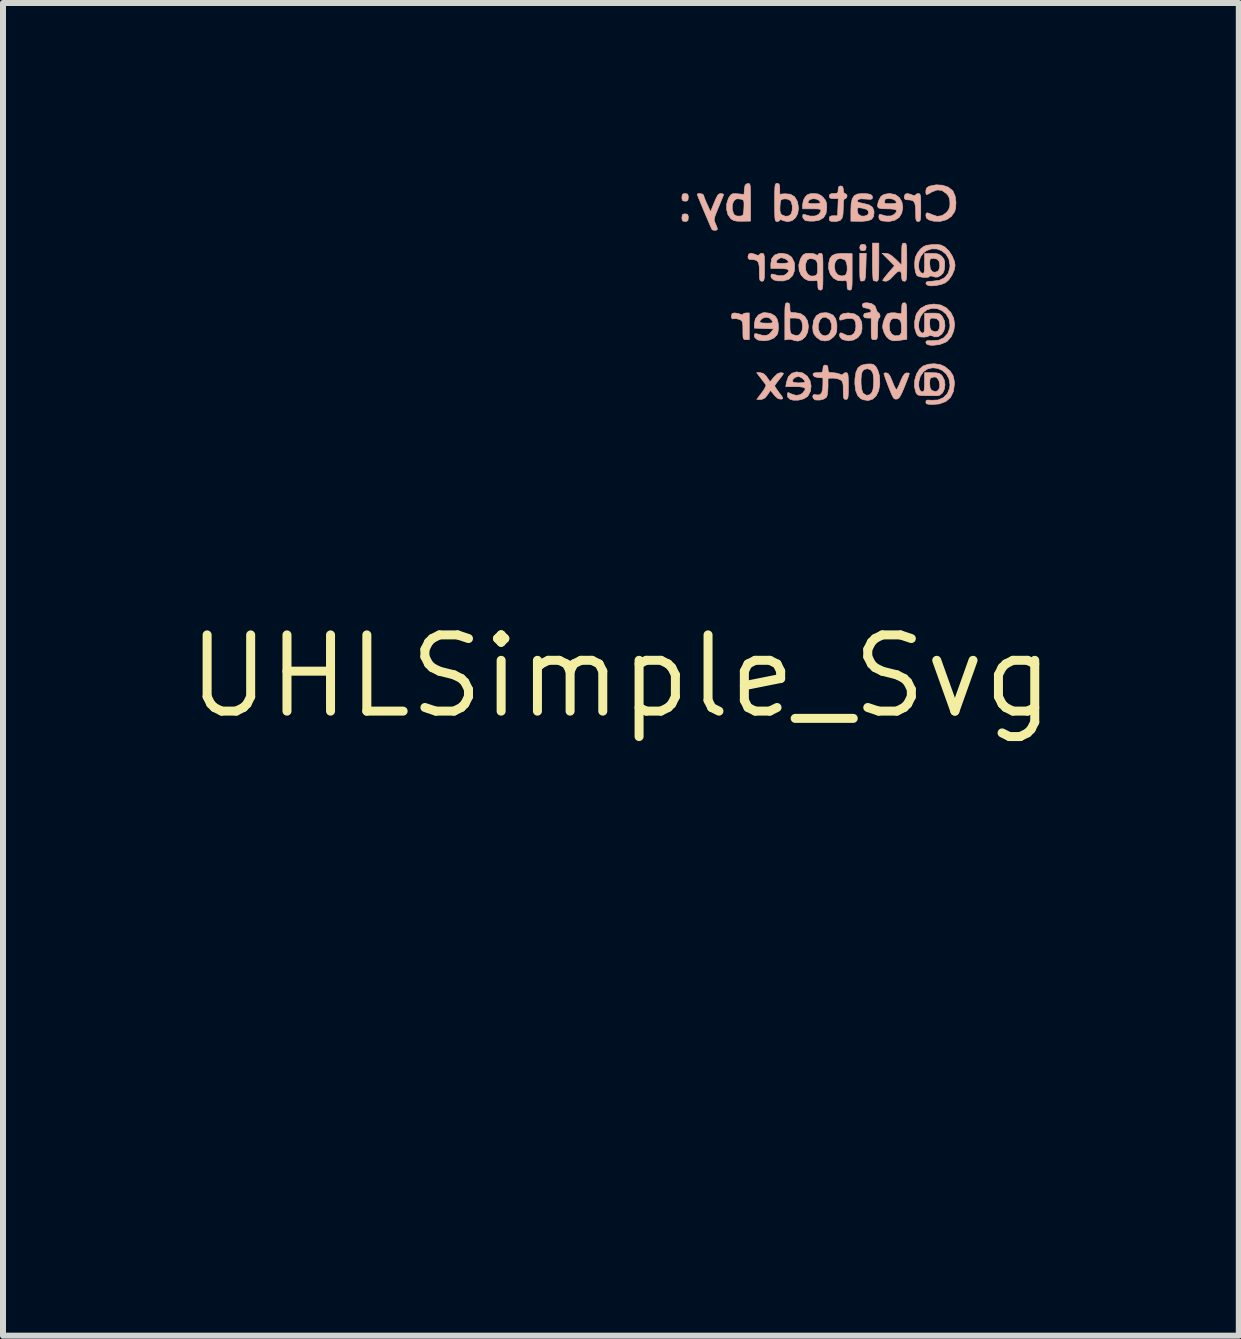
<source format=kicad_pcb>
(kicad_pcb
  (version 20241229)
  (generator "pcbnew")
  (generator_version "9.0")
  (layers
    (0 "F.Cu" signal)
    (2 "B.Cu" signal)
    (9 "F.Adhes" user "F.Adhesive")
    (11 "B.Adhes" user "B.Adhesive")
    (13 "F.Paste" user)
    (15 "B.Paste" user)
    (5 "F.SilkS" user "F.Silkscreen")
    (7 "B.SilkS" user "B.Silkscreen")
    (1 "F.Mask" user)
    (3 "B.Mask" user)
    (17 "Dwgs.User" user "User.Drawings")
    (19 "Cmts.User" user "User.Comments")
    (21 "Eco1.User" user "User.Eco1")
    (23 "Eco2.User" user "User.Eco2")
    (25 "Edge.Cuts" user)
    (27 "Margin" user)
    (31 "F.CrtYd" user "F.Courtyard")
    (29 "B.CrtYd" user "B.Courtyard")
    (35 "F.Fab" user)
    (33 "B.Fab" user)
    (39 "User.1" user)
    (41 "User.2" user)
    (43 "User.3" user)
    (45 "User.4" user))
  (footprint "UHLSimple_Svg"
    (layer "F.Cu")
    (at 7.295 8.218)
    (property "Reference" "UHLSimple_Svg" (at 0 0 0) (layer "F.SilkS") (effects (font (size 1.27 1.27) (thickness 0.15))))
    (attr through_hole)
    (fp_poly (pts (xy 1.224 -2.056) (xy 1.277 -2.01) (xy 1.306 -1.947) (xy 1.305 -1.878) (xy 1.281 -1.83) (xy 1.27 -1.807) (xy 1.262 -1.769) (xy 1.256 -1.71) (xy 1.252 -1.625) (xy 1.25 -1.509) (xy 1.25 -1.355) (xy 1.25 -1.354) (xy 1.249 -0.919) (xy 1.361 -0.809) (xy 1.431 -0.746) (xy 1.489 -0.708) (xy 1.52 -0.699) (xy 1.576 -0.68) (xy 1.629 -0.635) (xy 1.665 -0.577) (xy 1.672 -0.54) (xy 1.653 -0.477) (xy 1.606 -0.422) (xy 1.544 -0.387) (xy 1.508 -0.381) (xy 1.447 -0.395) (xy 1.401 -0.424) (xy 1.367 -0.472) (xy 1.355 -0.518) (xy 1.348 -0.539) (xy 1.441 -0.539) (xy 1.46 -0.505) (xy 1.503 -0.487) (xy 1.514 -0.487) (xy 1.554 -0.494) (xy 1.564 -0.521) (xy 1.563 -0.534) (xy 1.54 -0.575) (xy 1.499 -0.591) (xy 1.458 -0.577) (xy 1.455 -0.575) (xy 1.441 -0.539) (xy 1.348 -0.539) (xy 1.342 -0.557) (xy 1.302 -0.609) (xy 1.231 -0.68) (xy 1.206 -0.701) (xy 1.058 -0.834) (xy 1.058 -1.314) (xy 1.058 -1.473) (xy 1.057 -1.595) (xy 1.054 -1.684) (xy 1.049 -1.747) (xy 1.043 -1.787) (xy 1.034 -1.811) (xy 1.027 -1.82) (xy 1.004 -1.859) (xy 0.998 -1.894) (xy 1.094 -1.894) (xy 1.128 -1.866) (xy 1.156 -1.863) (xy 1.195 -1.872) (xy 1.206 -1.908) (xy 1.206 -1.916) (xy 1.198 -1.956) (xy 1.163 -1.968) (xy 1.155 -1.968) (xy 1.113 -1.959) (xy 1.095 -1.942) (xy 1.094 -1.894) (xy 0.998 -1.894) (xy 0.995 -1.915) (xy 0.995 -1.917) (xy 1.014 -1.986) (xy 1.063 -2.041) (xy 1.129 -2.072) (xy 1.154 -2.074) (xy 1.224 -2.056)) (stroke (width 0.01) (type solid)) (fill yes) (layer "F.Mask"))
    (fp_poly (pts (xy 0.802 -2.053) (xy 0.852 -2.011) (xy 0.882 -1.954) (xy 0.886 -1.89) (xy 0.858 -1.83) (xy 0.847 -1.808) (xy 0.839 -1.771) (xy 0.834 -1.715) (xy 0.83 -1.632) (xy 0.828 -1.519) (xy 0.828 -1.37) (xy 0.828 -1.344) (xy 0.83 -0.9) (xy 1.155 -0.587) (xy 1.28 -0.47) (xy 1.378 -0.382) (xy 1.451 -0.321) (xy 1.501 -0.286) (xy 1.531 -0.275) (xy 1.587 -0.257) (xy 1.638 -0.211) (xy 1.668 -0.152) (xy 1.672 -0.124) (xy 1.654 -0.06) (xy 1.606 -0.011) (xy 1.542 0.018) (xy 1.472 0.023) (xy 1.409 -0.000198) (xy 1.39 -0.018) (xy 1.362 -0.066) (xy 1.355 -0.1) (xy 1.339 -0.131) (xy 1.444 -0.131) (xy 1.456 -0.101) (xy 1.46 -0.095) (xy 1.502 -0.069) (xy 1.54 -0.079) (xy 1.562 -0.121) (xy 1.563 -0.122) (xy 1.554 -0.166) (xy 1.521 -0.186) (xy 1.479 -0.174) (xy 1.466 -0.163) (xy 1.444 -0.131) (xy 1.339 -0.131) (xy 1.339 -0.132) (xy 1.291 -0.191) (xy 1.212 -0.276) (xy 1.103 -0.387) (xy 0.995 -0.493) (xy 0.635 -0.842) (xy 0.635 -1.318) (xy 0.635 -1.476) (xy 0.633 -1.597) (xy 0.63 -1.686) (xy 0.626 -1.748) (xy 0.619 -1.788) (xy 0.611 -1.812) (xy 0.603 -1.82) (xy 0.577 -1.866) (xy 0.574 -1.921) (xy 0.665 -1.921) (xy 0.669 -1.897) (xy 0.697 -1.869) (xy 0.736 -1.869) (xy 0.769 -1.893) (xy 0.779 -1.918) (xy 0.769 -1.96) (xy 0.735 -1.981) (xy 0.694 -1.971) (xy 0.683 -1.962) (xy 0.665 -1.921) (xy 0.574 -1.921) (xy 0.573 -1.93) (xy 0.589 -1.994) (xy 0.614 -2.032) (xy 0.675 -2.07) (xy 0.741 -2.075) (xy 0.802 -2.053)) (stroke (width 0.01) (type solid)) (fill yes) (layer "F.Mask"))
    (fp_poly (pts (xy -5.008 -7.948) (xy -4.944 -7.909) (xy -4.941 -7.907) (xy -4.899 -7.849) (xy -4.894 -7.792) (xy -4.914 -7.74) (xy -4.933 -7.703) (xy -4.952 -7.683) (xy -4.984 -7.668) (xy -5.028 -7.653) (xy -5.072 -7.628) (xy -5.14 -7.576) (xy -5.233 -7.496) (xy -5.353 -7.387) (xy -5.495 -7.251) (xy -5.884 -6.876) (xy -5.885 0.392) (xy -6.318 0.804) (xy -6.466 0.947) (xy -6.584 1.064) (xy -6.671 1.155) (xy -6.726 1.219) (xy -6.75 1.256) (xy -6.751 1.261) (xy -6.771 1.316) (xy -6.819 1.364) (xy -6.882 1.393) (xy -6.914 1.397) (xy -6.985 1.378) (xy -7.024 1.348) (xy -7.063 1.281) (xy -7.063 1.265) (xy -6.96 1.265) (xy -6.94 1.3) (xy -6.906 1.308) (xy -6.875 1.283) (xy -6.869 1.249) (xy -6.882 1.207) (xy -6.911 1.188) (xy -6.942 1.196) (xy -6.956 1.216) (xy -6.96 1.265) (xy -7.063 1.265) (xy -7.065 1.211) (xy -7.033 1.148) (xy -6.97 1.101) (xy -6.926 1.086) (xy -6.889 1.068) (xy -6.834 1.029) (xy -6.757 0.965) (xy -6.657 0.876) (xy -6.53 0.758) (xy -6.466 0.698) (xy -6.077 0.328) (xy -6.075 -3.313) (xy -6.073 -6.953) (xy -5.645 -7.361) (xy -5.513 -7.488) (xy -5.408 -7.59) (xy -5.33 -7.67) (xy -5.274 -7.731) (xy -5.238 -7.776) (xy -5.222 -7.803) (xy -5.118 -7.803) (xy -5.106 -7.766) (xy -5.067 -7.75) (xy -5.054 -7.751) (xy -5.011 -7.775) (xy -5 -7.803) (xy -5.009 -7.845) (xy -5.043 -7.865) (xy -5.085 -7.855) (xy -5.097 -7.845) (xy -5.118 -7.803) (xy -5.222 -7.803) (xy -5.219 -7.808) (xy -5.214 -7.826) (xy -5.193 -7.891) (xy -5.143 -7.936) (xy -5.078 -7.955) (xy -5.008 -7.948)) (stroke (width 0.01) (type solid)) (fill yes) (layer "F.Mask"))
    (fp_poly (pts (xy -4.119 -7.94) (xy -4.066 -7.89) (xy -4.043 -7.815) (xy -4.043 -7.803) (xy -4.06 -7.729) (xy -4.112 -7.676) (xy -4.18 -7.65) (xy -4.22 -7.628) (xy -4.288 -7.575) (xy -4.384 -7.492) (xy -4.507 -7.379) (xy -4.641 -7.252) (xy -5.038 -6.869) (xy -5.038 0.397) (xy -5.46 0.803) (xy -5.6 0.939) (xy -5.71 1.049) (xy -5.793 1.135) (xy -5.85 1.2) (xy -5.884 1.246) (xy -5.895 1.271) (xy -5.929 1.34) (xy -5.986 1.383) (xy -6.057 1.396) (xy -6.129 1.376) (xy -6.171 1.345) (xy -6.207 1.298) (xy -6.223 1.255) (xy -6.223 1.253) (xy -6.221 1.247) (xy -6.115 1.247) (xy -6.104 1.284) (xy -6.093 1.294) (xy -6.054 1.31) (xy -6.024 1.295) (xy -6.012 1.281) (xy -5.994 1.237) (xy -6.01 1.201) (xy -6.052 1.188) (xy -6.059 1.189) (xy -6.098 1.21) (xy -6.115 1.247) (xy -6.221 1.247) (xy -6.205 1.194) (xy -6.158 1.137) (xy -6.096 1.097) (xy -6.07 1.089) (xy -6.037 1.074) (xy -5.986 1.039) (xy -5.916 0.981) (xy -5.824 0.899) (xy -5.708 0.79) (xy -5.605 0.692) (xy -5.207 0.31) (xy -5.207 -6.958) (xy -4.784 -7.365) (xy -4.644 -7.5) (xy -4.535 -7.609) (xy -4.454 -7.694) (xy -4.399 -7.757) (xy -4.368 -7.799) (xy -4.363 -7.812) (xy -4.255 -7.812) (xy -4.24 -7.764) (xy -4.206 -7.747) (xy -4.163 -7.764) (xy -4.148 -7.78) (xy -4.132 -7.812) (xy -4.151 -7.843) (xy -4.152 -7.844) (xy -4.193 -7.864) (xy -4.233 -7.854) (xy -4.254 -7.82) (xy -4.255 -7.812) (xy -4.363 -7.812) (xy -4.36 -7.819) (xy -4.341 -7.877) (xy -4.293 -7.926) (xy -4.228 -7.955) (xy -4.195 -7.959) (xy -4.119 -7.94)) (stroke (width 0.01) (type solid)) (fill yes) (layer "F.Mask"))
    (fp_poly (pts (xy -1.447 -0.96) (xy -1.386 -0.929) (xy -1.344 -0.879) (xy -1.333 -0.836) (xy -1.324 -0.81) (xy -1.295 -0.769) (xy -1.243 -0.71) (xy -1.166 -0.631) (xy -1.062 -0.528) (xy -0.974 -0.443) (xy -0.614 -0.099) (xy -0.614 0.385) (xy -0.613 0.523) (xy -0.611 0.645) (xy -0.608 0.746) (xy -0.603 0.821) (xy -0.598 0.862) (xy -0.595 0.868) (xy -0.575 0.885) (xy -0.552 0.927) (xy -0.551 0.929) (xy -0.537 0.983) (xy -0.549 1.033) (xy -0.558 1.054) (xy -0.611 1.117) (xy -0.678 1.144) (xy -0.751 1.134) (xy -0.818 1.089) (xy -0.855 1.041) (xy -0.863 0.993) (xy -0.862 0.986) (xy -0.76 0.986) (xy -0.743 1.019) (xy -0.704 1.034) (xy -0.693 1.033) (xy -0.653 1.012) (xy -0.646 0.985) (xy -0.662 0.948) (xy -0.7 0.933) (xy -0.741 0.945) (xy -0.746 0.949) (xy -0.76 0.986) (xy -0.862 0.986) (xy -0.859 0.968) (xy -0.84 0.91) (xy -0.815 0.868) (xy -0.804 0.848) (xy -0.795 0.814) (xy -0.789 0.76) (xy -0.786 0.68) (xy -0.784 0.569) (xy -0.783 0.422) (xy -0.783 0.411) (xy -0.783 -0.011) (xy -1.12 -0.333) (xy -1.248 -0.454) (xy -1.352 -0.548) (xy -1.431 -0.613) (xy -1.483 -0.649) (xy -1.502 -0.656) (xy -1.555 -0.674) (xy -1.607 -0.718) (xy -1.643 -0.774) (xy -1.651 -0.81) (xy -1.541 -0.81) (xy -1.538 -0.774) (xy -1.508 -0.762) (xy -1.495 -0.762) (xy -1.45 -0.769) (xy -1.43 -0.781) (xy -1.426 -0.816) (xy -1.431 -0.835) (xy -1.459 -0.862) (xy -1.497 -0.862) (xy -1.531 -0.837) (xy -1.541 -0.81) (xy -1.651 -0.81) (xy -1.651 -0.812) (xy -1.632 -0.881) (xy -1.581 -0.936) (xy -1.513 -0.965) (xy -1.447 -0.96)) (stroke (width 0.01) (type solid)) (fill yes) (layer "F.Mask"))
    (fp_poly (pts (xy -4.588 -7.953) (xy -4.525 -7.922) (xy -4.512 -7.91) (xy -4.473 -7.843) (xy -4.472 -7.774) (xy -4.504 -7.711) (xy -4.566 -7.664) (xy -4.609 -7.649) (xy -4.643 -7.629) (xy -4.704 -7.582) (xy -4.789 -7.509) (xy -4.894 -7.414) (xy -5.018 -7.299) (xy -5.064 -7.254) (xy -5.461 -6.874) (xy -5.461 0.393) (xy -5.895 0.812) (xy -6.028 0.942) (xy -6.14 1.054) (xy -6.227 1.145) (xy -6.289 1.214) (xy -6.323 1.258) (xy -6.329 1.272) (xy -6.347 1.33) (xy -6.393 1.372) (xy -6.456 1.393) (xy -6.525 1.39) (xy -6.586 1.361) (xy -6.6 1.348) (xy -6.639 1.281) (xy -6.64 1.249) (xy -6.538 1.249) (xy -6.526 1.286) (xy -6.516 1.294) (xy -6.477 1.311) (xy -6.448 1.295) (xy -6.437 1.283) (xy -6.422 1.241) (xy -6.438 1.204) (xy -6.477 1.189) (xy -6.485 1.19) (xy -6.523 1.211) (xy -6.538 1.249) (xy -6.64 1.249) (xy -6.641 1.212) (xy -6.609 1.15) (xy -6.548 1.104) (xy -6.495 1.086) (xy -6.461 1.072) (xy -6.411 1.036) (xy -6.34 0.978) (xy -6.247 0.895) (xy -6.129 0.785) (xy -6.04 0.701) (xy -5.652 0.328) (xy -5.652 -3.306) (xy -5.652 -6.939) (xy -5.218 -7.358) (xy -5.079 -7.493) (xy -4.969 -7.603) (xy -4.887 -7.688) (xy -4.83 -7.751) (xy -4.796 -7.796) (xy -4.788 -7.813) (xy -4.695 -7.813) (xy -4.68 -7.781) (xy -4.678 -7.779) (xy -4.637 -7.753) (xy -4.598 -7.761) (xy -4.576 -7.802) (xy -4.576 -7.803) (xy -4.586 -7.845) (xy -4.619 -7.865) (xy -4.661 -7.855) (xy -4.674 -7.844) (xy -4.695 -7.813) (xy -4.788 -7.813) (xy -4.784 -7.823) (xy -4.784 -7.826) (xy -4.766 -7.888) (xy -4.719 -7.933) (xy -4.656 -7.955) (xy -4.588 -7.953)) (stroke (width 0.01) (type solid)) (fill yes) (layer "F.Mask"))
    (fp_poly (pts (xy -1.417 -0.534) (xy -1.362 -0.492) (xy -1.335 -0.436) (xy -1.333 -0.421) (xy -1.317 -0.382) (xy -1.269 -0.322) (xy -1.193 -0.246) (xy -1.185 -0.239) (xy -1.037 -0.102) (xy -1.037 0.38) (xy -1.037 0.54) (xy -1.035 0.662) (xy -1.033 0.752) (xy -1.028 0.815) (xy -1.022 0.856) (xy -1.013 0.879) (xy -1.005 0.889) (xy -0.983 0.927) (xy -0.974 0.984) (xy -0.974 0.985) (xy -0.993 1.054) (xy -1.042 1.11) (xy -1.108 1.141) (xy -1.132 1.143) (xy -1.182 1.13) (xy -1.235 1.099) (xy -1.235 1.099) (xy -1.276 1.047) (xy -1.292 0.984) (xy -1.185 0.984) (xy -1.176 1.025) (xy -1.142 1.037) (xy -1.134 1.037) (xy -1.091 1.027) (xy -1.074 1.011) (xy -1.073 0.962) (xy -1.107 0.935) (xy -1.135 0.931) (xy -1.173 0.941) (xy -1.185 0.976) (xy -1.185 0.984) (xy -1.292 0.984) (xy -1.292 0.983) (xy -1.283 0.922) (xy -1.259 0.889) (xy -1.249 0.874) (xy -1.24 0.845) (xy -1.235 0.797) (xy -1.231 0.725) (xy -1.229 0.623) (xy -1.228 0.487) (xy -1.228 0.414) (xy -1.228 -0.034) (xy -1.349 -0.139) (xy -1.409 -0.189) (xy -1.457 -0.227) (xy -1.485 -0.245) (xy -1.486 -0.246) (xy -1.521 -0.25) (xy -1.535 -0.251) (xy -1.584 -0.274) (xy -1.627 -0.323) (xy -1.65 -0.382) (xy -1.651 -0.398) (xy -1.644 -0.423) (xy -1.542 -0.423) (xy -1.538 -0.372) (xy -1.538 -0.37) (xy -1.511 -0.342) (xy -1.496 -0.339) (xy -1.458 -0.354) (xy -1.439 -0.37) (xy -1.424 -0.404) (xy -1.439 -0.434) (xy -1.481 -0.462) (xy -1.519 -0.456) (xy -1.542 -0.423) (xy -1.644 -0.423) (xy -1.632 -0.466) (xy -1.582 -0.519) (xy -1.512 -0.548) (xy -1.486 -0.55) (xy -1.417 -0.534)) (stroke (width 0.01) (type solid)) (fill yes) (layer "F.Mask"))
    (fp_poly (pts (xy -0.903 -2.048) (xy -0.855 -2.005) (xy -0.828 -1.948) (xy -0.83 -1.883) (xy -0.857 -1.83) (xy -0.87 -1.801) (xy -0.879 -1.753) (xy -0.885 -1.679) (xy -0.888 -1.572) (xy -0.888 -1.492) (xy -0.889 -1.194) (xy -0.777 -1.084) (xy -0.665 -0.974) (xy -0.2 -0.974) (xy -0.041 -0.975) (xy 0.081 -0.977) (xy 0.171 -0.98) (xy 0.234 -0.986) (xy 0.276 -0.993) (xy 0.301 -1.003) (xy 0.306 -1.006) (xy 0.359 -1.031) (xy 0.397 -1.037) (xy 0.454 -1.019) (xy 0.507 -0.974) (xy 0.543 -0.915) (xy 0.55 -0.878) (xy 0.532 -0.811) (xy 0.484 -0.759) (xy 0.419 -0.729) (xy 0.347 -0.726) (xy 0.287 -0.752) (xy 0.266 -0.762) (xy 0.23 -0.77) (xy 0.175 -0.776) (xy 0.095 -0.78) (xy -0.015 -0.782) (xy -0.159 -0.783) (xy -0.238 -0.783) (xy -0.723 -0.783) (xy -0.826 -0.877) (xy 0.32 -0.877) (xy 0.338 -0.844) (xy 0.381 -0.826) (xy 0.392 -0.826) (xy 0.432 -0.832) (xy 0.442 -0.86) (xy 0.441 -0.873) (xy 0.418 -0.913) (xy 0.377 -0.93) (xy 0.336 -0.916) (xy 0.334 -0.914) (xy 0.32 -0.877) (xy -0.826 -0.877) (xy -0.901 -0.946) (xy -1.079 -1.11) (xy -1.079 -1.452) (xy -1.08 -1.585) (xy -1.083 -1.682) (xy -1.087 -1.748) (xy -1.095 -1.79) (xy -1.105 -1.814) (xy -1.111 -1.82) (xy -1.139 -1.868) (xy -1.14 -1.917) (xy -1.046 -1.917) (xy -1.044 -1.893) (xy -1.017 -1.868) (xy -0.979 -1.869) (xy -0.946 -1.893) (xy -0.936 -1.918) (xy -0.944 -1.961) (xy -0.976 -1.978) (xy -1.018 -1.963) (xy -1.025 -1.956) (xy -1.046 -1.917) (xy -1.14 -1.917) (xy -1.141 -1.931) (xy -1.12 -1.995) (xy -1.094 -2.028) (xy -1.03 -2.066) (xy -0.964 -2.071) (xy -0.903 -2.048)) (stroke (width 0.01) (type solid)) (fill yes) (layer "F.Mask"))
    (fp_poly (pts (xy -0.306 -0.204) (xy -0.263 -0.181) (xy -0.242 -0.17) (xy -0.207 -0.162) (xy -0.152 -0.157) (xy -0.072 -0.153) (xy 0.038 -0.15) (xy 0.182 -0.149) (xy 0.27 -0.149) (xy 0.762 -0.148) (xy 0.932 0.013) (xy 1.101 0.175) (xy 1.101 0.514) (xy 1.102 0.651) (xy 1.105 0.751) (xy 1.11 0.82) (xy 1.118 0.863) (xy 1.13 0.887) (xy 1.131 0.887) (xy 1.167 0.952) (xy 1.169 1.016) (xy 1.144 1.073) (xy 1.098 1.116) (xy 1.038 1.139) (xy 0.973 1.136) (xy 0.908 1.1) (xy 0.899 1.091) (xy 0.855 1.024) (xy 0.854 0.991) (xy 0.956 0.991) (xy 0.957 1.026) (xy 0.981 1.035) (xy 1.009 1.033) (xy 1.055 1.019) (xy 1.069 0.985) (xy 1.069 0.984) (xy 1.054 0.95) (xy 1.02 0.938) (xy 0.983 0.949) (xy 0.958 0.981) (xy 0.956 0.991) (xy 0.854 0.991) (xy 0.852 0.953) (xy 0.878 0.898) (xy 0.891 0.871) (xy 0.9 0.824) (xy 0.906 0.752) (xy 0.909 0.648) (xy 0.909 0.547) (xy 0.91 0.237) (xy 0.802 0.14) (xy 0.694 0.042) (xy 0.242 0.042) (xy 0.085 0.043) (xy -0.035 0.045) (xy -0.124 0.048) (xy -0.19 0.053) (xy -0.237 0.061) (xy -0.272 0.072) (xy -0.284 0.077) (xy -0.341 0.099) (xy -0.387 0.097) (xy -0.42 0.086) (xy -0.485 0.04) (xy -0.516 -0.025) (xy -0.514 -0.052) (xy -0.422 -0.052) (xy -0.405 -0.018) (xy -0.366 -0.003) (xy -0.355 -0.004) (xy -0.315 -0.025) (xy -0.307 -0.053) (xy -0.324 -0.089) (xy -0.362 -0.104) (xy -0.402 -0.093) (xy -0.407 -0.088) (xy -0.422 -0.052) (xy -0.514 -0.052) (xy -0.51 -0.099) (xy -0.5 -0.122) (xy -0.448 -0.184) (xy -0.38 -0.212) (xy -0.306 -0.204)) (stroke (width 0.01) (type solid)) (fill yes) (layer "F.Mask"))
    (fp_poly (pts (xy -1.338 -2.05) (xy -1.288 -2.007) (xy -1.257 -1.951) (xy -1.253 -1.888) (xy -1.28 -1.83) (xy -1.293 -1.802) (xy -1.302 -1.754) (xy -1.308 -1.68) (xy -1.311 -1.575) (xy -1.312 -1.487) (xy -1.312 -1.186) (xy -0.99 -0.869) (xy -0.667 -0.552) (xy 0.773 -0.549) (xy 1.149 -0.185) (xy 1.526 0.18) (xy 1.525 0.524) (xy 1.526 0.639) (xy 1.528 0.738) (xy 1.532 0.813) (xy 1.538 0.858) (xy 1.542 0.868) (xy 1.563 0.886) (xy 1.586 0.927) (xy 1.604 0.977) (xy 1.609 1.007) (xy 1.595 1.043) (xy 1.56 1.087) (xy 1.557 1.091) (xy 1.487 1.133) (xy 1.408 1.14) (xy 1.348 1.119) (xy 1.301 1.07) (xy 1.281 1) (xy 1.283 0.986) (xy 1.378 0.986) (xy 1.395 1.019) (xy 1.433 1.034) (xy 1.445 1.033) (xy 1.484 1.012) (xy 1.492 0.985) (xy 1.475 0.948) (xy 1.437 0.933) (xy 1.397 0.945) (xy 1.392 0.949) (xy 1.378 0.986) (xy 1.283 0.986) (xy 1.293 0.927) (xy 1.316 0.885) (xy 1.336 0.868) (xy 1.336 0.868) (xy 1.343 0.848) (xy 1.348 0.793) (xy 1.352 0.711) (xy 1.354 0.609) (xy 1.355 0.563) (xy 1.355 0.259) (xy 0.682 -0.381) (xy -0.745 -0.381) (xy -1.501 -1.111) (xy -1.502 -1.448) (xy -1.503 -1.585) (xy -1.507 -1.685) (xy -1.512 -1.753) (xy -1.521 -1.796) (xy -1.533 -1.819) (xy -1.568 -1.886) (xy -1.567 -1.918) (xy -1.477 -1.918) (xy -1.465 -1.882) (xy -1.426 -1.866) (xy -1.413 -1.866) (xy -1.37 -1.89) (xy -1.359 -1.918) (xy -1.368 -1.961) (xy -1.402 -1.98) (xy -1.444 -1.971) (xy -1.457 -1.96) (xy -1.477 -1.918) (xy -1.567 -1.918) (xy -1.566 -1.961) (xy -1.528 -2.028) (xy -1.524 -2.032) (xy -1.464 -2.069) (xy -1.399 -2.073) (xy -1.338 -2.05)) (stroke (width 0.01) (type solid)) (fill yes) (layer "F.Mask"))
    (fp_poly (pts (xy -4.101 0.577) (xy -4.08 0.596) (xy -4.045 0.665) (xy -4.046 0.735) (xy -4.08 0.797) (xy -4.143 0.837) (xy -4.164 0.843) (xy -4.197 0.859) (xy -4.25 0.896) (xy -4.324 0.958) (xy -4.421 1.045) (xy -4.544 1.16) (xy -4.633 1.246) (xy -5.038 1.634) (xy -5.038 5.516) (xy -4.515 6.032) (xy -1.224 6.032) (xy -0.802 6.439) (xy -0.662 6.573) (xy -0.548 6.679) (xy -0.459 6.757) (xy -0.393 6.811) (xy -0.348 6.842) (xy -0.322 6.852) (xy -0.253 6.877) (xy -0.21 6.924) (xy -0.192 6.984) (xy -0.199 7.047) (xy -0.23 7.103) (xy -0.284 7.142) (xy -0.349 7.154) (xy -0.425 7.139) (xy -0.466 7.112) (xy -0.498 7.064) (xy -0.508 7.022) (xy -0.519 6.996) (xy -0.527 6.985) (xy -0.399 6.985) (xy -0.395 7.036) (xy -0.395 7.038) (xy -0.368 7.066) (xy -0.353 7.07) (xy -0.315 7.055) (xy -0.296 7.038) (xy -0.281 7.004) (xy -0.296 6.974) (xy -0.338 6.946) (xy -0.376 6.953) (xy -0.399 6.985) (xy -0.527 6.985) (xy -0.553 6.951) (xy -0.611 6.885) (xy -0.696 6.797) (xy -0.81 6.684) (xy -0.909 6.588) (xy -1.309 6.202) (xy -2.956 6.201) (xy -4.604 6.2) (xy -4.905 5.906) (xy -5.207 5.611) (xy -5.205 3.573) (xy -5.203 1.535) (xy -4.782 1.133) (xy -4.644 1.001) (xy -4.537 0.895) (xy -4.457 0.812) (xy -4.402 0.751) (xy -4.37 0.709) (xy -4.36 0.683) (xy -4.36 0.683) (xy -4.359 0.677) (xy -4.251 0.677) (xy -4.248 0.728) (xy -4.247 0.73) (xy -4.22 0.758) (xy -4.205 0.762) (xy -4.167 0.747) (xy -4.149 0.73) (xy -4.133 0.696) (xy -4.149 0.667) (xy -4.19 0.639) (xy -4.228 0.645) (xy -4.251 0.677) (xy -4.359 0.677) (xy -4.342 0.62) (xy -4.296 0.574) (xy -4.232 0.55) (xy -4.163 0.549) (xy -4.101 0.577)) (stroke (width 0.01) (type solid)) (fill yes) (layer "F.Mask"))
    (fp_poly (pts (xy -0.136 -6.77) (xy 0.106 -6.534) (xy 0.106 -5.505) (xy 0.106 -4.477) (xy 0.51 -4.09) (xy 0.654 -3.955) (xy 0.769 -3.849) (xy 0.858 -3.773) (xy 0.92 -3.725) (xy 0.956 -3.705) (xy 0.962 -3.704) (xy 1.016 -3.686) (xy 1.066 -3.64) (xy 1.096 -3.583) (xy 1.1 -3.555) (xy 1.08 -3.485) (xy 1.03 -3.431) (xy 0.961 -3.402) (xy 0.9 -3.403) (xy 0.836 -3.433) (xy 0.794 -3.483) (xy 0.783 -3.526) (xy 0.773 -3.551) (xy 0.766 -3.56) (xy 0.873 -3.56) (xy 0.885 -3.53) (xy 0.889 -3.524) (xy 0.93 -3.498) (xy 0.969 -3.508) (xy 0.991 -3.55) (xy 0.991 -3.551) (xy 0.982 -3.595) (xy 0.95 -3.615) (xy 0.907 -3.603) (xy 0.894 -3.592) (xy 0.873 -3.56) (xy 0.766 -3.56) (xy 0.741 -3.594) (xy 0.686 -3.656) (xy 0.605 -3.741) (xy 0.497 -3.849) (xy 0.36 -3.983) (xy 0.349 -3.993) (xy -0.085 -4.412) (xy -0.085 -6.472) (xy -0.266 -6.644) (xy -0.447 -6.816) (xy -3.813 -6.816) (xy -4.214 -6.429) (xy -4.352 -6.294) (xy -4.46 -6.185) (xy -4.539 -6.102) (xy -4.589 -6.042) (xy -4.612 -6.005) (xy -4.614 -5.997) (xy -4.633 -5.948) (xy -4.678 -5.902) (xy -4.737 -5.87) (xy -4.777 -5.863) (xy -4.835 -5.881) (xy -4.889 -5.926) (xy -4.925 -5.983) (xy -4.932 -6.019) (xy -4.931 -6.022) (xy -4.826 -6.022) (xy -4.817 -5.981) (xy -4.783 -5.969) (xy -4.775 -5.969) (xy -4.731 -5.982) (xy -4.712 -6.003) (xy -4.708 -6.048) (xy -4.741 -6.071) (xy -4.774 -6.075) (xy -4.814 -6.066) (xy -4.826 -6.031) (xy -4.826 -6.022) (xy -4.931 -6.022) (xy -4.912 -6.088) (xy -4.861 -6.145) (xy -4.79 -6.177) (xy -4.758 -6.191) (xy -4.709 -6.226) (xy -4.64 -6.282) (xy -4.55 -6.362) (xy -4.435 -6.468) (xy -4.298 -6.599) (xy -3.873 -7.006) (xy -0.378 -7.006) (xy -0.136 -6.77)) (stroke (width 0.01) (type solid)) (fill yes) (layer "F.Mask"))
    (fp_poly (pts (xy 1.282 -4.661) (xy 1.332 -4.62) (xy 1.37 -4.569) (xy 1.381 -4.533) (xy 1.396 -4.503) (xy 1.439 -4.45) (xy 1.51 -4.373) (xy 1.611 -4.27) (xy 1.742 -4.141) (xy 1.791 -4.094) (xy 2.197 -3.704) (xy 3.485 -3.704) (xy 4.774 -3.704) (xy 5.249 -3.227) (xy 5.251 -0.349) (xy 5.253 2.529) (xy 5.643 2.9) (xy 5.78 3.029) (xy 5.89 3.129) (xy 5.976 3.203) (xy 6.039 3.252) (xy 6.083 3.279) (xy 6.098 3.284) (xy 6.176 3.315) (xy 6.219 3.37) (xy 6.231 3.442) (xy 6.214 3.517) (xy 6.168 3.57) (xy 6.105 3.596) (xy 6.035 3.591) (xy 5.972 3.554) (xy 5.933 3.502) (xy 5.913 3.453) (xy 5.907 3.441) (xy 6.013 3.441) (xy 6.03 3.474) (xy 6.069 3.489) (xy 6.08 3.489) (xy 6.12 3.468) (xy 6.128 3.44) (xy 6.111 3.404) (xy 6.073 3.388) (xy 6.032 3.4) (xy 6.027 3.404) (xy 6.013 3.441) (xy 5.907 3.441) (xy 5.896 3.42) (xy 5.852 3.366) (xy 5.78 3.288) (xy 5.679 3.186) (xy 5.548 3.058) (xy 5.481 2.994) (xy 5.06 2.593) (xy 5.059 -0.285) (xy 5.059 -3.164) (xy 4.874 -3.349) (xy 4.689 -3.535) (xy 2.112 -3.535) (xy 1.683 -3.948) (xy 1.533 -4.09) (xy 1.412 -4.202) (xy 1.319 -4.284) (xy 1.253 -4.336) (xy 1.214 -4.359) (xy 1.208 -4.36) (xy 1.145 -4.379) (xy 1.095 -4.428) (xy 1.066 -4.494) (xy 1.066 -4.51) (xy 1.166 -4.51) (xy 1.178 -4.473) (xy 1.189 -4.464) (xy 1.228 -4.447) (xy 1.258 -4.463) (xy 1.27 -4.476) (xy 1.287 -4.521) (xy 1.271 -4.556) (xy 1.229 -4.569) (xy 1.223 -4.568) (xy 1.183 -4.547) (xy 1.166 -4.51) (xy 1.066 -4.51) (xy 1.066 -4.565) (xy 1.071 -4.582) (xy 1.101 -4.617) (xy 1.154 -4.651) (xy 1.21 -4.674) (xy 1.236 -4.678) (xy 1.282 -4.661)) (stroke (width 0.01) (type solid)) (fill yes) (layer "F.Mask"))
    (fp_poly (pts (xy 4.28 2.747) (xy 4.334 2.788) (xy 4.372 2.839) (xy 4.381 2.876) (xy 4.397 2.904) (xy 4.442 2.959) (xy 4.516 3.038) (xy 4.617 3.141) (xy 4.743 3.265) (xy 4.815 3.336) (xy 5.249 3.754) (xy 5.249 5.6) (xy 4.618 6.202) (xy -0.032 6.2) (xy -0.455 5.789) (xy -0.597 5.653) (xy -0.715 5.543) (xy -0.809 5.46) (xy -0.876 5.405) (xy -0.916 5.379) (xy -0.923 5.377) (xy -0.971 5.364) (xy -1.023 5.333) (xy -1.024 5.332) (xy -1.068 5.275) (xy -1.075 5.23) (xy -0.971 5.23) (xy -0.958 5.266) (xy -0.95 5.272) (xy -0.915 5.276) (xy -0.874 5.263) (xy -0.849 5.24) (xy -0.847 5.233) (xy -0.865 5.19) (xy -0.905 5.168) (xy -0.923 5.168) (xy -0.958 5.191) (xy -0.971 5.23) (xy -1.075 5.23) (xy -1.078 5.21) (xy -1.057 5.146) (xy -1.008 5.095) (xy -0.942 5.068) (xy -0.876 5.072) (xy -0.815 5.104) (xy -0.773 5.153) (xy -0.762 5.196) (xy -0.753 5.221) (xy -0.723 5.261) (xy -0.671 5.321) (xy -0.595 5.4) (xy -0.491 5.503) (xy -0.359 5.632) (xy -0.352 5.639) (xy 0.058 6.032) (xy 4.533 6.032) (xy 5.057 5.535) (xy 5.058 4.678) (xy 5.059 3.821) (xy 4.656 3.434) (xy 4.544 3.328) (xy 4.441 3.233) (xy 4.353 3.155) (xy 4.283 3.095) (xy 4.235 3.058) (xy 4.215 3.048) (xy 4.171 3.035) (xy 4.121 3.005) (xy 4.12 3.004) (xy 4.076 2.947) (xy 4.071 2.915) (xy 4.158 2.915) (xy 4.19 2.938) (xy 4.225 2.942) (xy 4.264 2.935) (xy 4.273 2.906) (xy 4.272 2.895) (xy 4.251 2.856) (xy 4.214 2.839) (xy 4.178 2.848) (xy 4.162 2.869) (xy 4.158 2.915) (xy 4.071 2.915) (xy 4.065 2.881) (xy 4.084 2.817) (xy 4.128 2.764) (xy 4.193 2.734) (xy 4.227 2.731) (xy 4.28 2.747)) (stroke (width 0.01) (type solid)) (fill yes) (layer "F.Mask"))
    (fp_poly (pts (xy 4.713 2.747) (xy 4.768 2.79) (xy 4.801 2.846) (xy 4.805 2.871) (xy 4.821 2.901) (xy 4.868 2.958) (xy 4.946 3.042) (xy 5.054 3.152) (xy 5.192 3.288) (xy 5.239 3.332) (xy 5.673 3.75) (xy 5.673 5.603) (xy 4.607 6.625) (xy -0.014 6.625) (xy -0.443 6.215) (xy -0.582 6.083) (xy -0.695 5.979) (xy -0.784 5.9) (xy -0.853 5.843) (xy -0.905 5.805) (xy -0.944 5.784) (xy -0.955 5.78) (xy -1.03 5.743) (xy -1.071 5.685) (xy -1.079 5.625) (xy -1.075 5.609) (xy -0.971 5.609) (xy -0.967 5.66) (xy -0.966 5.662) (xy -0.939 5.69) (xy -0.924 5.694) (xy -0.886 5.679) (xy -0.868 5.662) (xy -0.852 5.628) (xy -0.868 5.599) (xy -0.909 5.571) (xy -0.948 5.577) (xy -0.971 5.609) (xy -1.075 5.609) (xy -1.061 5.563) (xy -1.013 5.516) (xy -0.948 5.488) (xy -0.877 5.485) (xy -0.817 5.51) (xy -0.786 5.55) (xy -0.765 5.602) (xy -0.752 5.632) (xy -0.721 5.676) (xy -0.668 5.736) (xy -0.592 5.815) (xy -0.491 5.917) (xy -0.36 6.043) (xy -0.351 6.051) (xy 0.048 6.435) (xy 4.542 6.435) (xy 5.012 5.986) (xy 5.482 5.538) (xy 5.482 3.816) (xy 5.082 3.432) (xy 4.957 3.314) (xy 4.849 3.214) (xy 4.76 3.136) (xy 4.693 3.081) (xy 4.651 3.052) (xy 4.64 3.048) (xy 4.595 3.035) (xy 4.544 3.005) (xy 4.543 3.004) (xy 4.499 2.947) (xy 4.491 2.899) (xy 4.594 2.899) (xy 4.606 2.937) (xy 4.62 2.948) (xy 4.671 2.947) (xy 4.706 2.913) (xy 4.707 2.909) (xy 4.703 2.871) (xy 4.673 2.838) (xy 4.634 2.827) (xy 4.624 2.829) (xy 4.601 2.856) (xy 4.594 2.899) (xy 4.491 2.899) (xy 4.488 2.881) (xy 4.506 2.816) (xy 4.55 2.764) (xy 4.616 2.734) (xy 4.649 2.731) (xy 4.713 2.747)) (stroke (width 0.01) (type solid)) (fill yes) (layer "F.Mask"))
    (fp_poly (pts (xy 5.127 2.747) (xy 5.184 2.788) (xy 5.224 2.84) (xy 5.234 2.873) (xy 5.251 2.904) (xy 5.3 2.963) (xy 5.381 3.049) (xy 5.493 3.161) (xy 5.636 3.3) (xy 5.665 3.328) (xy 6.093 3.736) (xy 6.094 4.67) (xy 6.096 5.605) (xy 5.36 6.315) (xy 4.625 7.025) (xy 2.297 7.025) (xy -0.032 7.026) (xy -0.455 6.614) (xy -0.598 6.477) (xy -0.714 6.368) (xy -0.804 6.288) (xy -0.869 6.235) (xy -0.911 6.208) (xy -0.927 6.203) (xy -0.984 6.184) (xy -1.037 6.138) (xy -1.072 6.079) (xy -1.078 6.048) (xy -0.97 6.048) (xy -0.967 6.084) (xy -0.936 6.096) (xy -0.923 6.096) (xy -0.879 6.089) (xy -0.858 6.077) (xy -0.855 6.042) (xy -0.86 6.023) (xy -0.887 5.996) (xy -0.926 5.996) (xy -0.959 6.021) (xy -0.97 6.048) (xy -1.078 6.048) (xy -1.079 6.043) (xy -1.062 5.983) (xy -1.017 5.928) (xy -0.96 5.892) (xy -0.925 5.884) (xy -0.864 5.9) (xy -0.808 5.938) (xy -0.77 5.987) (xy -0.762 6.02) (xy -0.752 6.046) (xy -0.72 6.089) (xy -0.665 6.151) (xy -0.584 6.235) (xy -0.475 6.344) (xy -0.351 6.463) (xy 0.059 6.858) (xy 2.3 6.857) (xy 4.54 6.856) (xy 5.905 5.539) (xy 5.905 3.814) (xy 5.513 3.436) (xy 5.376 3.307) (xy 5.267 3.206) (xy 5.182 3.131) (xy 5.118 3.081) (xy 5.073 3.052) (xy 5.053 3.044) (xy 4.98 3.011) (xy 4.929 2.954) (xy 4.912 2.891) (xy 5.018 2.891) (xy 5.035 2.924) (xy 5.074 2.939) (xy 5.085 2.938) (xy 5.125 2.917) (xy 5.133 2.89) (xy 5.116 2.853) (xy 5.078 2.838) (xy 5.038 2.85) (xy 5.033 2.854) (xy 5.018 2.891) (xy 4.912 2.891) (xy 4.911 2.886) (xy 4.929 2.828) (xy 4.974 2.774) (xy 5.032 2.738) (xy 5.067 2.731) (xy 5.127 2.747)) (stroke (width 0.01) (type solid)) (fill yes) (layer "F.Mask"))
    (fp_poly (pts (xy -4.587 0.556) (xy -4.524 0.588) (xy -4.512 0.599) (xy -4.479 0.651) (xy -4.466 0.701) (xy -4.485 0.76) (xy -4.531 0.813) (xy -4.592 0.846) (xy -4.609 0.85) (xy -4.638 0.866) (xy -4.692 0.909) (xy -4.768 0.973) (xy -4.861 1.056) (xy -4.967 1.154) (xy -5.057 1.238) (xy -5.458 1.619) (xy -5.46 5.535) (xy -4.989 5.984) (xy -4.519 6.433) (xy -2.879 6.434) (xy -1.238 6.436) (xy -0.807 6.848) (xy -0.656 6.99) (xy -0.534 7.102) (xy -0.44 7.184) (xy -0.374 7.236) (xy -0.335 7.259) (xy -0.329 7.26) (xy -0.266 7.278) (xy -0.221 7.324) (xy -0.197 7.387) (xy -0.198 7.454) (xy -0.227 7.515) (xy -0.246 7.534) (xy -0.321 7.572) (xy -0.392 7.568) (xy -0.456 7.526) (xy -0.493 7.476) (xy -0.509 7.43) (xy -0.401 7.43) (xy -0.388 7.458) (xy -0.349 7.472) (xy -0.306 7.459) (xy -0.287 7.435) (xy -0.29 7.396) (xy -0.32 7.365) (xy -0.362 7.356) (xy -0.372 7.359) (xy -0.397 7.387) (xy -0.401 7.43) (xy -0.509 7.43) (xy -0.51 7.427) (xy -0.51 7.425) (xy -0.523 7.397) (xy -0.56 7.349) (xy -0.624 7.279) (xy -0.715 7.186) (xy -0.837 7.068) (xy -0.907 7.001) (xy -1.301 6.625) (xy -2.942 6.625) (xy -4.583 6.624) (xy -5.117 6.112) (xy -5.652 5.6) (xy -5.651 3.578) (xy -5.651 1.556) (xy -5.218 1.143) (xy -5.077 1.008) (xy -4.966 0.898) (xy -4.883 0.813) (xy -4.826 0.75) (xy -4.794 0.707) (xy -4.789 0.695) (xy -4.698 0.695) (xy -4.688 0.716) (xy -4.67 0.73) (xy -4.622 0.749) (xy -4.586 0.735) (xy -4.572 0.696) (xy -4.587 0.655) (xy -4.624 0.641) (xy -4.667 0.659) (xy -4.674 0.665) (xy -4.698 0.695) (xy -4.789 0.695) (xy -4.784 0.683) (xy -4.766 0.62) (xy -4.719 0.576) (xy -4.655 0.554) (xy -4.587 0.556)) (stroke (width 0.01) (type solid)) (fill yes) (layer "F.Mask"))
    (fp_poly (pts (xy 1.289 -5.065) (xy 1.344 -5.027) (xy 1.376 -4.977) (xy 1.378 -4.964) (xy 1.383 -4.923) (xy 1.384 -4.913) (xy 1.399 -4.894) (xy 1.441 -4.85) (xy 1.506 -4.785) (xy 1.589 -4.703) (xy 1.686 -4.608) (xy 1.786 -4.511) (xy 2.186 -4.128) (xy 3.469 -4.127) (xy 4.752 -4.127) (xy 5.212 -3.688) (xy 5.671 -3.249) (xy 5.672 -0.367) (xy 5.673 2.515) (xy 6.066 2.893) (xy 6.203 3.023) (xy 6.313 3.124) (xy 6.399 3.199) (xy 6.463 3.25) (xy 6.508 3.278) (xy 6.526 3.284) (xy 6.601 3.317) (xy 6.649 3.372) (xy 6.664 3.439) (xy 6.645 3.508) (xy 6.616 3.546) (xy 6.548 3.59) (xy 6.476 3.592) (xy 6.406 3.554) (xy 6.367 3.511) (xy 6.35 3.465) (xy 6.35 3.464) (xy 6.34 3.441) (xy 6.436 3.441) (xy 6.453 3.474) (xy 6.492 3.489) (xy 6.503 3.489) (xy 6.543 3.468) (xy 6.551 3.44) (xy 6.534 3.404) (xy 6.496 3.388) (xy 6.456 3.4) (xy 6.451 3.404) (xy 6.436 3.441) (xy 6.34 3.441) (xy 6.339 3.438) (xy 6.304 3.392) (xy 6.244 3.325) (xy 6.157 3.235) (xy 6.042 3.12) (xy 5.916 2.998) (xy 5.482 2.579) (xy 5.478 -3.186) (xy 5.084 -3.561) (xy 4.69 -3.937) (xy 2.125 -3.937) (xy 1.694 -4.348) (xy 1.539 -4.494) (xy 1.413 -4.609) (xy 1.315 -4.694) (xy 1.246 -4.747) (xy 1.206 -4.77) (xy 1.204 -4.77) (xy 1.132 -4.801) (xy 1.08 -4.854) (xy 1.061 -4.909) (xy 1.165 -4.909) (xy 1.178 -4.882) (xy 1.218 -4.868) (xy 1.26 -4.881) (xy 1.279 -4.904) (xy 1.277 -4.947) (xy 1.248 -4.979) (xy 1.205 -4.985) (xy 1.2 -4.983) (xy 1.171 -4.953) (xy 1.165 -4.909) (xy 1.061 -4.909) (xy 1.058 -4.918) (xy 1.058 -4.922) (xy 1.077 -4.985) (xy 1.125 -5.04) (xy 1.189 -5.074) (xy 1.227 -5.08) (xy 1.289 -5.065)) (stroke (width 0.01) (type solid)) (fill yes) (layer "F.Mask"))
    (fp_poly (pts (xy 0.525 -6.551) (xy 0.528 -5.514) (xy 0.531 -4.477) (xy 0.933 -4.096) (xy 1.07 -3.966) (xy 1.181 -3.865) (xy 1.267 -3.79) (xy 1.332 -3.739) (xy 1.378 -3.71) (xy 1.402 -3.701) (xy 1.475 -3.668) (xy 1.516 -3.61) (xy 1.524 -3.561) (xy 1.506 -3.483) (xy 1.459 -3.429) (xy 1.391 -3.404) (xy 1.311 -3.414) (xy 1.298 -3.418) (xy 1.236 -3.461) (xy 1.209 -3.524) (xy 1.208 -3.539) (xy 1.313 -3.539) (xy 1.326 -3.507) (xy 1.365 -3.493) (xy 1.408 -3.513) (xy 1.415 -3.521) (xy 1.424 -3.558) (xy 1.406 -3.595) (xy 1.371 -3.615) (xy 1.347 -3.613) (xy 1.319 -3.583) (xy 1.313 -3.539) (xy 1.208 -3.539) (xy 1.206 -3.556) (xy 1.191 -3.593) (xy 1.153 -3.638) (xy 1.138 -3.652) (xy 1.103 -3.683) (xy 1.043 -3.739) (xy 0.964 -3.814) (xy 0.87 -3.904) (xy 0.767 -4.004) (xy 0.706 -4.063) (xy 0.342 -4.417) (xy 0.343 -5.442) (xy 0.344 -6.466) (xy -0.455 -7.238) (xy -2.127 -7.238) (xy -3.799 -7.238) (xy -4.199 -6.852) (xy -4.336 -6.718) (xy -4.444 -6.61) (xy -4.524 -6.525) (xy -4.58 -6.46) (xy -4.612 -6.414) (xy -4.622 -6.393) (xy -4.662 -6.324) (xy -4.719 -6.285) (xy -4.784 -6.276) (xy -4.848 -6.293) (xy -4.899 -6.336) (xy -4.928 -6.402) (xy -4.932 -6.44) (xy -4.927 -6.456) (xy -4.823 -6.456) (xy -4.819 -6.405) (xy -4.818 -6.403) (xy -4.792 -6.375) (xy -4.776 -6.371) (xy -4.739 -6.386) (xy -4.72 -6.403) (xy -4.704 -6.437) (xy -4.72 -6.466) (xy -4.762 -6.494) (xy -4.8 -6.488) (xy -4.823 -6.456) (xy -4.927 -6.456) (xy -4.914 -6.501) (xy -4.868 -6.553) (xy -4.81 -6.581) (xy -4.793 -6.583) (xy -4.768 -6.59) (xy -4.729 -6.615) (xy -4.674 -6.659) (xy -4.599 -6.724) (xy -4.502 -6.814) (xy -4.379 -6.931) (xy -4.312 -6.995) (xy -3.884 -7.407) (xy -2.127 -7.408) (xy -0.37 -7.408) (xy 0.525 -6.551)) (stroke (width 0.01) (type solid)) (fill yes) (layer "F.Mask"))
    (fp_poly (pts (xy 1.962 1.533) (xy 1.988 1.559) (xy 2.027 1.633) (xy 2.024 1.705) (xy 2.001 1.747) (xy 1.993 1.764) (xy 1.986 1.793) (xy 1.981 1.839) (xy 1.976 1.904) (xy 1.973 1.994) (xy 1.971 2.112) (xy 1.97 2.262) (xy 1.969 2.448) (xy 1.969 2.562) (xy 1.968 3.335) (xy 2.08 3.446) (xy 2.192 3.556) (xy 2.996 3.555) (xy 3.207 3.555) (xy 3.38 3.554) (xy 3.518 3.552) (xy 3.626 3.55) (xy 3.707 3.547) (xy 3.765 3.542) (xy 3.805 3.537) (xy 3.83 3.53) (xy 3.841 3.524) (xy 3.91 3.495) (xy 3.986 3.502) (xy 4.054 3.544) (xy 4.054 3.544) (xy 4.099 3.613) (xy 4.104 3.681) (xy 4.07 3.743) (xy 4.02 3.779) (xy 3.955 3.806) (xy 3.905 3.804) (xy 3.862 3.779) (xy 3.845 3.771) (xy 3.817 3.764) (xy 3.774 3.759) (xy 3.71 3.755) (xy 3.624 3.752) (xy 3.51 3.75) (xy 3.365 3.748) (xy 3.185 3.748) (xy 2.978 3.747) (xy 2.135 3.747) (xy 2.028 3.648) (xy 3.878 3.648) (xy 3.89 3.685) (xy 3.929 3.701) (xy 3.942 3.7) (xy 3.985 3.677) (xy 3.996 3.649) (xy 3.987 3.606) (xy 3.953 3.587) (xy 3.911 3.596) (xy 3.899 3.606) (xy 3.878 3.648) (xy 2.028 3.648) (xy 1.956 3.582) (xy 1.778 3.418) (xy 1.778 2.601) (xy 1.778 2.389) (xy 1.777 2.217) (xy 1.776 2.078) (xy 1.774 1.971) (xy 1.771 1.89) (xy 1.767 1.832) (xy 1.762 1.793) (xy 1.755 1.77) (xy 1.747 1.757) (xy 1.746 1.757) (xy 1.72 1.711) (xy 1.717 1.657) (xy 1.808 1.657) (xy 1.812 1.68) (xy 1.84 1.708) (xy 1.879 1.708) (xy 1.912 1.684) (xy 1.922 1.659) (xy 1.912 1.617) (xy 1.878 1.597) (xy 1.837 1.606) (xy 1.826 1.615) (xy 1.808 1.657) (xy 1.717 1.657) (xy 1.716 1.647) (xy 1.732 1.583) (xy 1.757 1.545) (xy 1.821 1.508) (xy 1.894 1.504) (xy 1.962 1.533)) (stroke (width 0.01) (type solid)) (fill yes) (layer "F.Mask"))
    (fp_poly (pts (xy 0.951 -6.551) (xy 0.952 -5.521) (xy 0.953 -4.491) (xy 1.356 -4.103) (xy 1.502 -3.964) (xy 1.62 -3.856) (xy 1.711 -3.776) (xy 1.777 -3.726) (xy 1.817 -3.703) (xy 1.821 -3.702) (xy 1.896 -3.675) (xy 1.935 -3.629) (xy 1.947 -3.557) (xy 1.93 -3.478) (xy 1.883 -3.424) (xy 1.814 -3.4) (xy 1.737 -3.412) (xy 1.672 -3.454) (xy 1.635 -3.515) (xy 1.631 -3.546) (xy 1.614 -3.576) (xy 1.613 -3.577) (xy 1.739 -3.577) (xy 1.743 -3.526) (xy 1.743 -3.524) (xy 1.77 -3.496) (xy 1.785 -3.493) (xy 1.823 -3.507) (xy 1.841 -3.524) (xy 1.857 -3.558) (xy 1.841 -3.588) (xy 1.8 -3.616) (xy 1.762 -3.61) (xy 1.739 -3.577) (xy 1.613 -3.577) (xy 1.567 -3.633) (xy 1.489 -3.715) (xy 1.382 -3.823) (xy 1.246 -3.955) (xy 1.208 -3.991) (xy 0.786 -4.392) (xy 0.785 -5.42) (xy 0.783 -6.449) (xy 0.513 -6.713) (xy 0.411 -6.813) (xy 0.288 -6.932) (xy 0.155 -7.061) (xy 0.023 -7.189) (xy -0.1 -7.307) (xy -0.102 -7.309) (xy -0.447 -7.641) (xy -2.127 -7.641) (xy -3.807 -7.641) (xy -4.205 -7.258) (xy -4.347 -7.12) (xy -4.459 -7.007) (xy -4.541 -6.92) (xy -4.591 -6.859) (xy -4.61 -6.825) (xy -4.61 -6.825) (xy -4.636 -6.769) (xy -4.688 -6.721) (xy -4.751 -6.692) (xy -4.777 -6.689) (xy -4.835 -6.707) (xy -4.889 -6.752) (xy -4.925 -6.811) (xy -4.931 -6.842) (xy -4.822 -6.842) (xy -4.819 -6.806) (xy -4.788 -6.795) (xy -4.776 -6.795) (xy -4.731 -6.801) (xy -4.711 -6.814) (xy -4.707 -6.848) (xy -4.712 -6.868) (xy -4.74 -6.895) (xy -4.778 -6.894) (xy -4.811 -6.869) (xy -4.822 -6.842) (xy -4.931 -6.842) (xy -4.932 -6.847) (xy -4.914 -6.906) (xy -4.871 -6.961) (xy -4.815 -6.998) (xy -4.779 -7.006) (xy -4.751 -7.018) (xy -4.702 -7.053) (xy -4.63 -7.113) (xy -4.533 -7.199) (xy -4.41 -7.314) (xy -4.299 -7.419) (xy -3.868 -7.832) (xy -0.387 -7.832) (xy 0.951 -6.551)) (stroke (width 0.01) (type solid)) (fill yes) (layer "F.Mask"))
    (fp_poly (pts (xy 1.067 1.51) (xy 1.122 1.545) (xy 1.162 1.612) (xy 1.166 1.686) (xy 1.134 1.754) (xy 1.131 1.758) (xy 1.122 1.774) (xy 1.116 1.803) (xy 1.111 1.851) (xy 1.107 1.92) (xy 1.104 2.014) (xy 1.102 2.138) (xy 1.101 2.295) (xy 1.101 2.489) (xy 1.101 2.563) (xy 1.101 3.335) (xy 1.646 3.857) (xy 2.191 4.38) (xy 2.995 4.38) (xy 3.206 4.38) (xy 3.379 4.379) (xy 3.517 4.378) (xy 3.625 4.375) (xy 3.706 4.372) (xy 3.765 4.368) (xy 3.805 4.362) (xy 3.829 4.355) (xy 3.841 4.349) (xy 3.91 4.32) (xy 3.985 4.324) (xy 4.049 4.359) (xy 4.062 4.374) (xy 4.093 4.42) (xy 4.106 4.456) (xy 4.106 4.457) (xy 4.089 4.523) (xy 4.047 4.583) (xy 4.008 4.612) (xy 3.961 4.63) (xy 3.926 4.63) (xy 3.881 4.614) (xy 3.839 4.591) (xy 3.821 4.573) (xy 3.799 4.567) (xy 3.739 4.562) (xy 3.64 4.557) (xy 3.502 4.554) (xy 3.325 4.552) (xy 3.106 4.551) (xy 2.957 4.55) (xy 2.106 4.55) (xy 2.027 4.474) (xy 3.878 4.474) (xy 3.89 4.51) (xy 3.929 4.527) (xy 3.942 4.526) (xy 3.985 4.502) (xy 3.996 4.474) (xy 3.987 4.432) (xy 3.953 4.412) (xy 3.911 4.422) (xy 3.899 4.432) (xy 3.878 4.474) (xy 2.027 4.474) (xy 1.508 3.976) (xy 0.91 3.403) (xy 0.909 2.596) (xy 0.909 2.384) (xy 0.908 2.211) (xy 0.907 2.072) (xy 0.904 1.964) (xy 0.901 1.882) (xy 0.897 1.824) (xy 0.891 1.784) (xy 0.884 1.759) (xy 0.878 1.747) (xy 0.85 1.683) (xy 0.851 1.674) (xy 0.953 1.674) (xy 0.967 1.7) (xy 1.005 1.715) (xy 1.049 1.705) (xy 1.072 1.681) (xy 1.07 1.64) (xy 1.04 1.607) (xy 0.998 1.597) (xy 0.988 1.6) (xy 0.959 1.63) (xy 0.953 1.674) (xy 0.851 1.674) (xy 0.857 1.62) (xy 0.89 1.565) (xy 0.941 1.524) (xy 1.003 1.504) (xy 1.067 1.51)) (stroke (width 0.01) (type solid)) (fill yes) (layer "F.Mask"))
    (fp_poly (pts (xy -4.99 0.56) (xy -4.939 0.601) (xy -4.905 0.65) (xy -4.89 0.693) (xy -4.889 0.697) (xy -4.906 0.75) (xy -4.945 0.802) (xy -4.995 0.839) (xy -5.026 0.847) (xy -5.054 0.858) (xy -5.104 0.893) (xy -5.177 0.954) (xy -5.274 1.041) (xy -5.398 1.156) (xy -5.479 1.233) (xy -5.883 1.619) (xy -5.884 3.579) (xy -5.884 5.539) (xy -5.741 5.674) (xy -5.692 5.721) (xy -5.617 5.793) (xy -5.521 5.885) (xy -5.408 5.993) (xy -5.284 6.112) (xy -5.153 6.239) (xy -5.054 6.334) (xy -4.509 6.858) (xy -1.224 6.858) (xy -0.811 7.255) (xy -0.662 7.397) (xy -0.54 7.509) (xy -0.446 7.591) (xy -0.378 7.644) (xy -0.335 7.668) (xy -0.332 7.669) (xy -0.249 7.705) (xy -0.203 7.759) (xy -0.191 7.824) (xy -0.208 7.903) (xy -0.258 7.956) (xy -0.334 7.979) (xy -0.349 7.98) (xy -0.425 7.965) (xy -0.466 7.938) (xy -0.498 7.889) (xy -0.508 7.846) (xy -0.517 7.821) (xy -0.521 7.816) (xy -0.412 7.816) (xy -0.407 7.856) (xy -0.402 7.863) (xy -0.358 7.893) (xy -0.314 7.881) (xy -0.299 7.866) (xy -0.284 7.824) (xy -0.3 7.785) (xy -0.338 7.768) (xy -0.338 7.768) (xy -0.386 7.782) (xy -0.412 7.816) (xy -0.521 7.816) (xy -0.547 7.78) (xy -0.6 7.72) (xy -0.677 7.639) (xy -0.782 7.535) (xy -0.908 7.412) (xy -1.309 7.027) (xy -4.593 7.027) (xy -5.334 6.314) (xy -6.075 5.602) (xy -6.075 3.579) (xy -6.075 1.556) (xy -5.653 1.148) (xy -5.511 1.01) (xy -5.399 0.898) (xy -5.316 0.81) (xy -5.259 0.744) (xy -5.227 0.699) (xy -5.22 0.684) (xy -5.113 0.684) (xy -5.104 0.726) (xy -5.099 0.733) (xy -5.068 0.759) (xy -5.034 0.752) (xy -5.02 0.743) (xy -4.998 0.71) (xy -5.006 0.671) (xy -5.038 0.643) (xy -5.051 0.639) (xy -5.093 0.649) (xy -5.113 0.684) (xy -5.22 0.684) (xy -5.218 0.68) (xy -5.184 0.606) (xy -5.128 0.559) (xy -5.06 0.543) (xy -4.99 0.56)) (stroke (width 0.01) (type solid)) (fill yes) (layer "F.Mask"))
    (fp_poly (pts (xy 1.498 1.515) (xy 1.557 1.555) (xy 1.6 1.616) (xy 1.602 1.677) (xy 1.566 1.741) (xy 1.555 1.757) (xy 1.546 1.776) (xy 1.539 1.802) (xy 1.534 1.841) (xy 1.53 1.896) (xy 1.528 1.971) (xy 1.526 2.071) (xy 1.525 2.201) (xy 1.525 2.364) (xy 1.525 2.565) (xy 1.527 3.334) (xy 2.199 3.979) (xy 2.996 3.979) (xy 3.201 3.979) (xy 3.368 3.979) (xy 3.501 3.978) (xy 3.604 3.976) (xy 3.683 3.974) (xy 3.74 3.97) (xy 3.781 3.965) (xy 3.808 3.958) (xy 3.828 3.95) (xy 3.844 3.939) (xy 3.847 3.937) (xy 3.901 3.907) (xy 3.951 3.895) (xy 4.01 3.913) (xy 4.064 3.958) (xy 4.099 4.017) (xy 4.106 4.053) (xy 4.088 4.121) (xy 4.04 4.173) (xy 3.975 4.203) (xy 3.903 4.206) (xy 3.843 4.18) (xy 3.827 4.172) (xy 3.799 4.165) (xy 3.755 4.16) (xy 3.692 4.156) (xy 3.606 4.153) (xy 3.493 4.151) (xy 3.348 4.15) (xy 3.169 4.149) (xy 2.959 4.149) (xy 2.115 4.149) (xy 2.017 4.054) (xy 3.876 4.054) (xy 3.894 4.088) (xy 3.937 4.106) (xy 3.948 4.106) (xy 3.988 4.1) (xy 3.998 4.072) (xy 3.997 4.059) (xy 3.974 4.018) (xy 3.933 4.002) (xy 3.892 4.016) (xy 3.89 4.018) (xy 3.876 4.054) (xy 2.017 4.054) (xy 1.355 3.418) (xy 1.355 2.608) (xy 1.355 2.401) (xy 1.354 2.232) (xy 1.353 2.098) (xy 1.352 1.992) (xy 1.349 1.912) (xy 1.346 1.854) (xy 1.341 1.812) (xy 1.334 1.782) (xy 1.326 1.761) (xy 1.315 1.744) (xy 1.311 1.738) (xy 1.281 1.671) (xy 1.282 1.657) (xy 1.382 1.657) (xy 1.392 1.695) (xy 1.432 1.714) (xy 1.439 1.714) (xy 1.481 1.7) (xy 1.496 1.681) (xy 1.492 1.641) (xy 1.474 1.613) (xy 1.444 1.59) (xy 1.42 1.599) (xy 1.405 1.613) (xy 1.382 1.657) (xy 1.282 1.657) (xy 1.286 1.608) (xy 1.317 1.556) (xy 1.368 1.519) (xy 1.431 1.503) (xy 1.498 1.515)) (stroke (width 0.01) (type solid)) (fill yes) (layer "F.Mask"))
    (fp_poly (pts (xy 1.287 -5.478) (xy 1.345 -5.437) (xy 1.379 -5.37) (xy 1.383 -5.354) (xy 1.401 -5.321) (xy 1.451 -5.262) (xy 1.529 -5.177) (xy 1.636 -5.069) (xy 1.769 -4.938) (xy 1.791 -4.917) (xy 2.191 -4.531) (xy 3.482 -4.529) (xy 4.773 -4.527) (xy 6.096 -3.249) (xy 6.096 -0.369) (xy 6.096 2.511) (xy 6.496 2.896) (xy 6.62 3.013) (xy 6.727 3.112) (xy 6.816 3.191) (xy 6.884 3.247) (xy 6.926 3.276) (xy 6.938 3.281) (xy 7.003 3.3) (xy 7.057 3.348) (xy 7.088 3.413) (xy 7.091 3.44) (xy 7.072 3.509) (xy 7.023 3.566) (xy 6.956 3.596) (xy 6.932 3.598) (xy 6.883 3.586) (xy 6.829 3.555) (xy 6.829 3.554) (xy 6.789 3.508) (xy 6.773 3.462) (xy 6.773 3.461) (xy 6.873 3.461) (xy 6.907 3.489) (xy 6.934 3.493) (xy 6.973 3.483) (xy 6.985 3.447) (xy 6.985 3.44) (xy 6.976 3.399) (xy 6.942 3.387) (xy 6.934 3.387) (xy 6.891 3.396) (xy 6.873 3.413) (xy 6.873 3.461) (xy 6.773 3.461) (xy 6.764 3.437) (xy 6.735 3.397) (xy 6.684 3.338) (xy 6.609 3.259) (xy 6.507 3.157) (xy 6.376 3.03) (xy 6.339 2.995) (xy 5.905 2.577) (xy 5.905 -3.193) (xy 5.824 -3.263) (xy 5.789 -3.295) (xy 5.729 -3.351) (xy 5.646 -3.43) (xy 5.545 -3.526) (xy 5.431 -3.635) (xy 5.308 -3.754) (xy 5.212 -3.847) (xy 4.681 -4.36) (xy 2.106 -4.361) (xy 1.683 -4.773) (xy 1.551 -4.9) (xy 1.445 -5) (xy 1.362 -5.076) (xy 1.299 -5.129) (xy 1.253 -5.163) (xy 1.221 -5.181) (xy 1.203 -5.185) (xy 1.14 -5.205) (xy 1.092 -5.253) (xy 1.066 -5.317) (xy 1.066 -5.334) (xy 1.167 -5.334) (xy 1.179 -5.297) (xy 1.189 -5.289) (xy 1.228 -5.272) (xy 1.257 -5.288) (xy 1.268 -5.3) (xy 1.283 -5.342) (xy 1.267 -5.379) (xy 1.228 -5.394) (xy 1.22 -5.393) (xy 1.182 -5.372) (xy 1.167 -5.334) (xy 1.066 -5.334) (xy 1.068 -5.384) (xy 1.087 -5.423) (xy 1.147 -5.473) (xy 1.218 -5.491) (xy 1.287 -5.478)) (stroke (width 0.01) (type solid)) (fill yes) (layer "F.Mask"))
    (fp_poly (pts (xy -1.755 -5.467) (xy -1.703 -5.408) (xy -1.692 -5.383) (xy -1.683 -5.336) (xy -1.698 -5.286) (xy -1.716 -5.253) (xy -1.727 -5.232) (xy -1.737 -5.21) (xy -1.744 -5.183) (xy -1.749 -5.145) (xy -1.753 -5.094) (xy -1.756 -5.023) (xy -1.757 -4.93) (xy -1.757 -4.809) (xy -1.756 -4.657) (xy -1.754 -4.468) (xy -1.754 -4.375) (xy -1.746 -3.574) (xy -1.916 -3.418) (xy -2.085 -3.261) (xy -2.742 -3.26) (xy -3.069 -3.589) (xy -3.069 -4.391) (xy -3.069 -4.602) (xy -3.07 -4.775) (xy -3.072 -4.914) (xy -3.074 -5.021) (xy -3.077 -5.102) (xy -3.082 -5.159) (xy -3.087 -5.197) (xy -3.094 -5.219) (xy -3.099 -5.226) (xy -3.14 -5.297) (xy -3.14 -5.365) (xy -3.04 -5.365) (xy -3.038 -5.327) (xy -3.015 -5.288) (xy -2.985 -5.271) (xy -2.985 -5.271) (xy -2.959 -5.285) (xy -2.942 -5.302) (xy -2.926 -5.346) (xy -2.943 -5.383) (xy -2.985 -5.397) (xy -3.026 -5.384) (xy -3.04 -5.365) (xy -3.14 -5.365) (xy -3.14 -5.369) (xy -3.106 -5.43) (xy -3.04 -5.479) (xy -2.967 -5.49) (xy -2.897 -5.462) (xy -2.865 -5.432) (xy -2.824 -5.367) (xy -2.821 -5.308) (xy -2.858 -5.243) (xy -2.858 -5.242) (xy -2.87 -5.227) (xy -2.879 -5.209) (xy -2.886 -5.185) (xy -2.891 -5.15) (xy -2.894 -5.099) (xy -2.896 -5.029) (xy -2.896 -4.935) (xy -2.894 -4.812) (xy -2.892 -4.657) (xy -2.889 -4.465) (xy -2.888 -4.419) (xy -2.874 -3.651) (xy -2.766 -3.54) (xy -2.658 -3.429) (xy -2.414 -3.43) (xy -2.17 -3.431) (xy -2.048 -3.545) (xy -1.926 -3.66) (xy -1.926 -4.425) (xy -1.926 -4.625) (xy -1.927 -4.788) (xy -1.928 -4.917) (xy -1.929 -5.017) (xy -1.932 -5.091) (xy -1.936 -5.146) (xy -1.942 -5.184) (xy -1.949 -5.21) (xy -1.958 -5.229) (xy -1.968 -5.244) (xy -2.005 -5.316) (xy -2.004 -5.347) (xy -1.902 -5.347) (xy -1.895 -5.306) (xy -1.882 -5.29) (xy -1.841 -5.285) (xy -1.802 -5.305) (xy -1.782 -5.339) (xy -1.782 -5.351) (xy -1.805 -5.38) (xy -1.845 -5.388) (xy -1.884 -5.374) (xy -1.902 -5.347) (xy -2.004 -5.347) (xy -2.003 -5.387) (xy -1.969 -5.439) (xy -1.899 -5.485) (xy -1.824 -5.493) (xy -1.755 -5.467)) (stroke (width 0.01) (type solid)) (fill yes) (layer "F.Mask"))
    (fp_poly (pts (xy -0.915 -5.474) (xy -0.913 -5.473) (xy -0.858 -5.427) (xy -0.827 -5.367) (xy -0.825 -5.304) (xy -0.853 -5.253) (xy -0.857 -5.249) (xy -0.865 -5.238) (xy -0.872 -5.215) (xy -0.877 -5.177) (xy -0.882 -5.121) (xy -0.885 -5.042) (xy -0.887 -4.937) (xy -0.888 -4.801) (xy -0.889 -4.631) (xy -0.889 -4.423) (xy -0.889 -4.403) (xy -0.889 -3.582) (xy -1.487 -3.008) (xy -2.085 -2.434) (xy -2.413 -2.435) (xy -2.741 -2.436) (xy -3.339 -3.011) (xy -3.937 -3.587) (xy -3.937 -4.405) (xy -3.937 -4.616) (xy -3.938 -4.789) (xy -3.939 -4.927) (xy -3.941 -5.035) (xy -3.944 -5.116) (xy -3.948 -5.174) (xy -3.953 -5.213) (xy -3.96 -5.236) (xy -3.968 -5.249) (xy -3.969 -5.249) (xy -3.995 -5.296) (xy -3.998 -5.343) (xy -3.908 -5.343) (xy -3.895 -5.317) (xy -3.885 -5.306) (xy -3.842 -5.283) (xy -3.806 -5.294) (xy -3.789 -5.334) (xy -3.789 -5.337) (xy -3.805 -5.378) (xy -3.842 -5.392) (xy -3.884 -5.375) (xy -3.887 -5.372) (xy -3.908 -5.343) (xy -3.998 -5.343) (xy -3.999 -5.358) (xy -3.981 -5.42) (xy -3.957 -5.451) (xy -3.894 -5.485) (xy -3.82 -5.49) (xy -3.753 -5.468) (xy -3.723 -5.442) (xy -3.692 -5.381) (xy -3.685 -5.315) (xy -3.704 -5.261) (xy -3.715 -5.249) (xy -3.723 -5.237) (xy -3.73 -5.215) (xy -3.735 -5.177) (xy -3.739 -5.12) (xy -3.742 -5.04) (xy -3.744 -4.933) (xy -3.745 -4.795) (xy -3.746 -4.622) (xy -3.746 -4.437) (xy -3.745 -3.651) (xy -3.201 -3.128) (xy -2.656 -2.606) (xy -2.413 -2.605) (xy -2.17 -2.604) (xy -1.625 -3.126) (xy -1.079 -3.648) (xy -1.08 -4.422) (xy -1.081 -4.63) (xy -1.082 -4.798) (xy -1.083 -4.933) (xy -1.086 -5.037) (xy -1.089 -5.114) (xy -1.094 -5.17) (xy -1.1 -5.207) (xy -1.107 -5.23) (xy -1.112 -5.238) (xy -1.143 -5.307) (xy -1.142 -5.338) (xy -1.054 -5.338) (xy -1.041 -5.308) (xy -1.037 -5.302) (xy -0.996 -5.276) (xy -0.957 -5.286) (xy -0.935 -5.328) (xy -0.935 -5.329) (xy -0.944 -5.373) (xy -0.976 -5.393) (xy -1.019 -5.381) (xy -1.032 -5.37) (xy -1.054 -5.338) (xy -1.142 -5.338) (xy -1.14 -5.375) (xy -1.108 -5.435) (xy -1.056 -5.476) (xy -0.989 -5.492) (xy -0.915 -5.474)) (stroke (width 0.01) (type solid)) (fill yes) (layer "F.Mask"))
    (fp_poly (pts (xy -1.335 -5.472) (xy -1.282 -5.419) (xy -1.268 -5.393) (xy -1.252 -5.34) (xy -1.262 -5.295) (xy -1.277 -5.266) (xy -1.286 -5.246) (xy -1.293 -5.219) (xy -1.299 -5.181) (xy -1.304 -5.128) (xy -1.307 -5.055) (xy -1.31 -4.958) (xy -1.311 -4.833) (xy -1.312 -4.676) (xy -1.312 -4.483) (xy -1.312 -4.395) (xy -1.312 -3.586) (xy -2.092 -2.836) (xy -2.406 -2.837) (xy -2.72 -2.837) (xy -2.805 -2.915) (xy -2.847 -2.954) (xy -2.913 -3.017) (xy -2.996 -3.096) (xy -3.091 -3.187) (xy -3.188 -3.281) (xy -3.487 -3.57) (xy -3.498 -4.386) (xy -3.501 -4.597) (xy -3.503 -4.77) (xy -3.506 -4.908) (xy -3.51 -5.017) (xy -3.514 -5.099) (xy -3.519 -5.159) (xy -3.525 -5.202) (xy -3.532 -5.23) (xy -3.541 -5.249) (xy -3.543 -5.252) (xy -3.571 -5.32) (xy -3.57 -5.334) (xy -3.469 -5.334) (xy -3.457 -5.297) (xy -3.447 -5.289) (xy -3.408 -5.272) (xy -3.378 -5.288) (xy -3.368 -5.3) (xy -3.353 -5.342) (xy -3.369 -5.379) (xy -3.408 -5.394) (xy -3.416 -5.393) (xy -3.454 -5.372) (xy -3.469 -5.334) (xy -3.57 -5.334) (xy -3.566 -5.384) (xy -3.533 -5.438) (xy -3.482 -5.475) (xy -3.419 -5.492) (xy -3.353 -5.483) (xy -3.292 -5.441) (xy -3.282 -5.43) (xy -3.257 -5.371) (xy -3.257 -5.301) (xy -3.282 -5.239) (xy -3.288 -5.232) (xy -3.297 -5.218) (xy -3.305 -5.197) (xy -3.311 -5.164) (xy -3.315 -5.114) (xy -3.318 -5.045) (xy -3.321 -4.95) (xy -3.322 -4.828) (xy -3.323 -4.672) (xy -3.323 -4.48) (xy -3.323 -4.419) (xy -3.323 -4.239) (xy -3.321 -4.074) (xy -3.319 -3.929) (xy -3.316 -3.808) (xy -3.313 -3.716) (xy -3.309 -3.658) (xy -3.304 -3.637) (xy -3.284 -3.621) (xy -3.238 -3.579) (xy -3.172 -3.518) (xy -3.09 -3.44) (xy -2.997 -3.35) (xy -2.975 -3.328) (xy -2.665 -3.027) (xy -2.155 -3.027) (xy -1.83 -3.339) (xy -1.504 -3.651) (xy -1.504 -4.427) (xy -1.504 -4.634) (xy -1.504 -4.803) (xy -1.506 -4.937) (xy -1.508 -5.041) (xy -1.511 -5.117) (xy -1.516 -5.17) (xy -1.522 -5.204) (xy -1.529 -5.222) (xy -1.533 -5.226) (xy -1.571 -5.282) (xy -1.576 -5.349) (xy -1.57 -5.365) (xy -1.474 -5.365) (xy -1.472 -5.327) (xy -1.449 -5.288) (xy -1.418 -5.271) (xy -1.418 -5.271) (xy -1.393 -5.285) (xy -1.376 -5.302) (xy -1.359 -5.346) (xy -1.377 -5.383) (xy -1.418 -5.397) (xy -1.459 -5.384) (xy -1.474 -5.365) (xy -1.57 -5.365) (xy -1.551 -5.415) (xy -1.499 -5.47) (xy -1.471 -5.486) (xy -1.403 -5.496) (xy -1.335 -5.472)) (stroke (width 0.01) (type solid)) (fill yes) (layer "F.Mask"))
    (fp_poly (pts (xy 1.224 -2.056) (xy 1.277 -2.01) (xy 1.306 -1.947) (xy 1.305 -1.878) (xy 1.281 -1.83) (xy 1.27 -1.807) (xy 1.262 -1.769) (xy 1.256 -1.71) (xy 1.252 -1.625) (xy 1.25 -1.509) (xy 1.25 -1.355) (xy 1.25 -1.354) (xy 1.249 -0.919) (xy 1.361 -0.809) (xy 1.431 -0.746) (xy 1.489 -0.708) (xy 1.52 -0.699) (xy 1.576 -0.68) (xy 1.629 -0.635) (xy 1.665 -0.577) (xy 1.672 -0.54) (xy 1.653 -0.477) (xy 1.606 -0.422) (xy 1.544 -0.387) (xy 1.508 -0.381) (xy 1.447 -0.395) (xy 1.401 -0.424) (xy 1.367 -0.472) (xy 1.355 -0.518) (xy 1.348 -0.539) (xy 1.441 -0.539) (xy 1.46 -0.505) (xy 1.503 -0.487) (xy 1.514 -0.487) (xy 1.554 -0.494) (xy 1.564 -0.521) (xy 1.563 -0.534) (xy 1.54 -0.575) (xy 1.499 -0.591) (xy 1.458 -0.577) (xy 1.455 -0.575) (xy 1.441 -0.539) (xy 1.348 -0.539) (xy 1.342 -0.557) (xy 1.302 -0.609) (xy 1.231 -0.68) (xy 1.206 -0.701) (xy 1.058 -0.834) (xy 1.058 -1.314) (xy 1.058 -1.473) (xy 1.057 -1.595) (xy 1.054 -1.684) (xy 1.049 -1.747) (xy 1.043 -1.787) (xy 1.034 -1.811) (xy 1.027 -1.82) (xy 1.004 -1.859) (xy 0.998 -1.894) (xy 1.094 -1.894) (xy 1.128 -1.866) (xy 1.156 -1.863) (xy 1.195 -1.872) (xy 1.206 -1.908) (xy 1.206 -1.916) (xy 1.198 -1.956) (xy 1.163 -1.968) (xy 1.155 -1.968) (xy 1.113 -1.959) (xy 1.095 -1.942) (xy 1.094 -1.894) (xy 0.998 -1.894) (xy 0.995 -1.915) (xy 0.995 -1.917) (xy 1.014 -1.986) (xy 1.063 -2.041) (xy 1.129 -2.072) (xy 1.154 -2.074) (xy 1.224 -2.056)) (stroke (width 0.01) (type solid)) (fill yes) (layer "B.Mask"))
    (fp_poly (pts (xy 0.802 -2.053) (xy 0.852 -2.011) (xy 0.882 -1.954) (xy 0.886 -1.89) (xy 0.858 -1.83) (xy 0.847 -1.808) (xy 0.839 -1.771) (xy 0.834 -1.715) (xy 0.83 -1.632) (xy 0.828 -1.519) (xy 0.828 -1.37) (xy 0.828 -1.344) (xy 0.83 -0.9) (xy 1.155 -0.587) (xy 1.28 -0.47) (xy 1.378 -0.382) (xy 1.451 -0.321) (xy 1.501 -0.286) (xy 1.531 -0.275) (xy 1.587 -0.257) (xy 1.638 -0.211) (xy 1.668 -0.152) (xy 1.672 -0.124) (xy 1.654 -0.06) (xy 1.606 -0.011) (xy 1.542 0.018) (xy 1.472 0.023) (xy 1.409 -0.000198) (xy 1.39 -0.018) (xy 1.362 -0.066) (xy 1.355 -0.1) (xy 1.339 -0.131) (xy 1.444 -0.131) (xy 1.456 -0.101) (xy 1.46 -0.095) (xy 1.502 -0.069) (xy 1.54 -0.079) (xy 1.562 -0.121) (xy 1.563 -0.122) (xy 1.554 -0.166) (xy 1.521 -0.186) (xy 1.479 -0.174) (xy 1.466 -0.163) (xy 1.444 -0.131) (xy 1.339 -0.131) (xy 1.339 -0.132) (xy 1.291 -0.191) (xy 1.212 -0.276) (xy 1.103 -0.387) (xy 0.995 -0.493) (xy 0.635 -0.842) (xy 0.635 -1.318) (xy 0.635 -1.476) (xy 0.633 -1.597) (xy 0.63 -1.686) (xy 0.626 -1.748) (xy 0.619 -1.788) (xy 0.611 -1.812) (xy 0.603 -1.82) (xy 0.577 -1.866) (xy 0.574 -1.921) (xy 0.665 -1.921) (xy 0.669 -1.897) (xy 0.697 -1.869) (xy 0.736 -1.869) (xy 0.769 -1.893) (xy 0.779 -1.918) (xy 0.769 -1.96) (xy 0.735 -1.981) (xy 0.694 -1.971) (xy 0.683 -1.962) (xy 0.665 -1.921) (xy 0.574 -1.921) (xy 0.573 -1.93) (xy 0.589 -1.994) (xy 0.614 -2.032) (xy 0.675 -2.07) (xy 0.741 -2.075) (xy 0.802 -2.053)) (stroke (width 0.01) (type solid)) (fill yes) (layer "B.Mask"))
    (fp_poly (pts (xy -5.008 -7.948) (xy -4.944 -7.909) (xy -4.941 -7.907) (xy -4.899 -7.849) (xy -4.894 -7.792) (xy -4.914 -7.74) (xy -4.933 -7.703) (xy -4.952 -7.683) (xy -4.984 -7.668) (xy -5.028 -7.653) (xy -5.072 -7.628) (xy -5.14 -7.576) (xy -5.233 -7.496) (xy -5.353 -7.387) (xy -5.495 -7.251) (xy -5.884 -6.876) (xy -5.885 0.392) (xy -6.318 0.804) (xy -6.466 0.947) (xy -6.584 1.064) (xy -6.671 1.155) (xy -6.726 1.219) (xy -6.75 1.256) (xy -6.751 1.261) (xy -6.771 1.316) (xy -6.819 1.364) (xy -6.882 1.393) (xy -6.914 1.397) (xy -6.985 1.378) (xy -7.024 1.348) (xy -7.063 1.281) (xy -7.063 1.265) (xy -6.96 1.265) (xy -6.94 1.3) (xy -6.906 1.308) (xy -6.875 1.283) (xy -6.869 1.249) (xy -6.882 1.207) (xy -6.911 1.188) (xy -6.942 1.196) (xy -6.956 1.216) (xy -6.96 1.265) (xy -7.063 1.265) (xy -7.065 1.211) (xy -7.033 1.148) (xy -6.97 1.101) (xy -6.926 1.086) (xy -6.889 1.068) (xy -6.834 1.029) (xy -6.757 0.965) (xy -6.657 0.876) (xy -6.53 0.758) (xy -6.466 0.698) (xy -6.077 0.328) (xy -6.075 -3.313) (xy -6.073 -6.953) (xy -5.645 -7.361) (xy -5.513 -7.488) (xy -5.408 -7.59) (xy -5.33 -7.67) (xy -5.274 -7.731) (xy -5.238 -7.776) (xy -5.222 -7.803) (xy -5.118 -7.803) (xy -5.106 -7.766) (xy -5.067 -7.75) (xy -5.054 -7.751) (xy -5.011 -7.775) (xy -5 -7.803) (xy -5.009 -7.845) (xy -5.043 -7.865) (xy -5.085 -7.855) (xy -5.097 -7.845) (xy -5.118 -7.803) (xy -5.222 -7.803) (xy -5.219 -7.808) (xy -5.214 -7.826) (xy -5.193 -7.891) (xy -5.143 -7.936) (xy -5.078 -7.955) (xy -5.008 -7.948)) (stroke (width 0.01) (type solid)) (fill yes) (layer "B.Mask"))
    (fp_poly (pts (xy -4.119 -7.94) (xy -4.066 -7.89) (xy -4.043 -7.815) (xy -4.043 -7.803) (xy -4.06 -7.729) (xy -4.112 -7.676) (xy -4.18 -7.65) (xy -4.22 -7.628) (xy -4.288 -7.575) (xy -4.384 -7.492) (xy -4.507 -7.379) (xy -4.641 -7.252) (xy -5.038 -6.869) (xy -5.038 0.397) (xy -5.46 0.803) (xy -5.6 0.939) (xy -5.71 1.049) (xy -5.793 1.135) (xy -5.85 1.2) (xy -5.884 1.246) (xy -5.895 1.271) (xy -5.929 1.34) (xy -5.986 1.383) (xy -6.057 1.396) (xy -6.129 1.376) (xy -6.171 1.345) (xy -6.207 1.298) (xy -6.223 1.255) (xy -6.223 1.253) (xy -6.221 1.247) (xy -6.115 1.247) (xy -6.104 1.284) (xy -6.093 1.294) (xy -6.054 1.31) (xy -6.024 1.295) (xy -6.012 1.281) (xy -5.994 1.237) (xy -6.01 1.201) (xy -6.052 1.188) (xy -6.059 1.189) (xy -6.098 1.21) (xy -6.115 1.247) (xy -6.221 1.247) (xy -6.205 1.194) (xy -6.158 1.137) (xy -6.096 1.097) (xy -6.07 1.089) (xy -6.037 1.074) (xy -5.986 1.039) (xy -5.916 0.981) (xy -5.824 0.899) (xy -5.708 0.79) (xy -5.605 0.692) (xy -5.207 0.31) (xy -5.207 -6.958) (xy -4.784 -7.365) (xy -4.644 -7.5) (xy -4.535 -7.609) (xy -4.454 -7.694) (xy -4.399 -7.757) (xy -4.368 -7.799) (xy -4.363 -7.812) (xy -4.255 -7.812) (xy -4.24 -7.764) (xy -4.206 -7.747) (xy -4.163 -7.764) (xy -4.148 -7.78) (xy -4.132 -7.812) (xy -4.151 -7.843) (xy -4.152 -7.844) (xy -4.193 -7.864) (xy -4.233 -7.854) (xy -4.254 -7.82) (xy -4.255 -7.812) (xy -4.363 -7.812) (xy -4.36 -7.819) (xy -4.341 -7.877) (xy -4.293 -7.926) (xy -4.228 -7.955) (xy -4.195 -7.959) (xy -4.119 -7.94)) (stroke (width 0.01) (type solid)) (fill yes) (layer "B.Mask"))
    (fp_poly (pts (xy -1.447 -0.96) (xy -1.386 -0.929) (xy -1.344 -0.879) (xy -1.333 -0.836) (xy -1.324 -0.81) (xy -1.295 -0.769) (xy -1.243 -0.71) (xy -1.166 -0.631) (xy -1.062 -0.528) (xy -0.974 -0.443) (xy -0.614 -0.099) (xy -0.614 0.385) (xy -0.613 0.523) (xy -0.611 0.645) (xy -0.608 0.746) (xy -0.603 0.821) (xy -0.598 0.862) (xy -0.595 0.868) (xy -0.575 0.885) (xy -0.552 0.927) (xy -0.551 0.929) (xy -0.537 0.983) (xy -0.549 1.033) (xy -0.558 1.054) (xy -0.611 1.117) (xy -0.678 1.144) (xy -0.751 1.134) (xy -0.818 1.089) (xy -0.855 1.041) (xy -0.863 0.993) (xy -0.862 0.986) (xy -0.76 0.986) (xy -0.743 1.019) (xy -0.704 1.034) (xy -0.693 1.033) (xy -0.653 1.012) (xy -0.646 0.985) (xy -0.662 0.948) (xy -0.7 0.933) (xy -0.741 0.945) (xy -0.746 0.949) (xy -0.76 0.986) (xy -0.862 0.986) (xy -0.859 0.968) (xy -0.84 0.91) (xy -0.815 0.868) (xy -0.804 0.848) (xy -0.795 0.814) (xy -0.789 0.76) (xy -0.786 0.68) (xy -0.784 0.569) (xy -0.783 0.422) (xy -0.783 0.411) (xy -0.783 -0.011) (xy -1.12 -0.333) (xy -1.248 -0.454) (xy -1.352 -0.548) (xy -1.431 -0.613) (xy -1.483 -0.649) (xy -1.502 -0.656) (xy -1.555 -0.674) (xy -1.607 -0.718) (xy -1.643 -0.774) (xy -1.651 -0.81) (xy -1.541 -0.81) (xy -1.538 -0.774) (xy -1.508 -0.762) (xy -1.495 -0.762) (xy -1.45 -0.769) (xy -1.43 -0.781) (xy -1.426 -0.816) (xy -1.431 -0.835) (xy -1.459 -0.862) (xy -1.497 -0.862) (xy -1.531 -0.837) (xy -1.541 -0.81) (xy -1.651 -0.81) (xy -1.651 -0.812) (xy -1.632 -0.881) (xy -1.581 -0.936) (xy -1.513 -0.965) (xy -1.447 -0.96)) (stroke (width 0.01) (type solid)) (fill yes) (layer "B.Mask"))
    (fp_poly (pts (xy -4.588 -7.953) (xy -4.525 -7.922) (xy -4.512 -7.91) (xy -4.473 -7.843) (xy -4.472 -7.774) (xy -4.504 -7.711) (xy -4.566 -7.664) (xy -4.609 -7.649) (xy -4.643 -7.629) (xy -4.704 -7.582) (xy -4.789 -7.509) (xy -4.894 -7.414) (xy -5.018 -7.299) (xy -5.064 -7.254) (xy -5.461 -6.874) (xy -5.461 0.393) (xy -5.895 0.812) (xy -6.028 0.942) (xy -6.14 1.054) (xy -6.227 1.145) (xy -6.289 1.214) (xy -6.323 1.258) (xy -6.329 1.272) (xy -6.347 1.33) (xy -6.393 1.372) (xy -6.456 1.393) (xy -6.525 1.39) (xy -6.586 1.361) (xy -6.6 1.348) (xy -6.639 1.281) (xy -6.64 1.249) (xy -6.538 1.249) (xy -6.526 1.286) (xy -6.516 1.294) (xy -6.477 1.311) (xy -6.448 1.295) (xy -6.437 1.283) (xy -6.422 1.241) (xy -6.438 1.204) (xy -6.477 1.189) (xy -6.485 1.19) (xy -6.523 1.211) (xy -6.538 1.249) (xy -6.64 1.249) (xy -6.641 1.212) (xy -6.609 1.15) (xy -6.548 1.104) (xy -6.495 1.086) (xy -6.461 1.072) (xy -6.411 1.036) (xy -6.34 0.978) (xy -6.247 0.895) (xy -6.129 0.785) (xy -6.04 0.701) (xy -5.652 0.328) (xy -5.652 -3.306) (xy -5.652 -6.939) (xy -5.218 -7.358) (xy -5.079 -7.493) (xy -4.969 -7.603) (xy -4.887 -7.688) (xy -4.83 -7.751) (xy -4.796 -7.796) (xy -4.788 -7.813) (xy -4.695 -7.813) (xy -4.68 -7.781) (xy -4.678 -7.779) (xy -4.637 -7.753) (xy -4.598 -7.761) (xy -4.576 -7.802) (xy -4.576 -7.803) (xy -4.586 -7.845) (xy -4.619 -7.865) (xy -4.661 -7.855) (xy -4.674 -7.844) (xy -4.695 -7.813) (xy -4.788 -7.813) (xy -4.784 -7.823) (xy -4.784 -7.826) (xy -4.766 -7.888) (xy -4.719 -7.933) (xy -4.656 -7.955) (xy -4.588 -7.953)) (stroke (width 0.01) (type solid)) (fill yes) (layer "B.Mask"))
    (fp_poly (pts (xy -1.417 -0.534) (xy -1.362 -0.492) (xy -1.335 -0.436) (xy -1.333 -0.421) (xy -1.317 -0.382) (xy -1.269 -0.322) (xy -1.193 -0.246) (xy -1.185 -0.239) (xy -1.037 -0.102) (xy -1.037 0.38) (xy -1.037 0.54) (xy -1.035 0.662) (xy -1.033 0.752) (xy -1.028 0.815) (xy -1.022 0.856) (xy -1.013 0.879) (xy -1.005 0.889) (xy -0.983 0.927) (xy -0.974 0.984) (xy -0.974 0.985) (xy -0.993 1.054) (xy -1.042 1.11) (xy -1.108 1.141) (xy -1.132 1.143) (xy -1.182 1.13) (xy -1.235 1.099) (xy -1.235 1.099) (xy -1.276 1.047) (xy -1.292 0.984) (xy -1.185 0.984) (xy -1.176 1.025) (xy -1.142 1.037) (xy -1.134 1.037) (xy -1.091 1.027) (xy -1.074 1.011) (xy -1.073 0.962) (xy -1.107 0.935) (xy -1.135 0.931) (xy -1.173 0.941) (xy -1.185 0.976) (xy -1.185 0.984) (xy -1.292 0.984) (xy -1.292 0.983) (xy -1.283 0.922) (xy -1.259 0.889) (xy -1.249 0.874) (xy -1.24 0.845) (xy -1.235 0.797) (xy -1.231 0.725) (xy -1.229 0.623) (xy -1.228 0.487) (xy -1.228 0.414) (xy -1.228 -0.034) (xy -1.349 -0.139) (xy -1.409 -0.189) (xy -1.457 -0.227) (xy -1.485 -0.245) (xy -1.486 -0.246) (xy -1.521 -0.25) (xy -1.535 -0.251) (xy -1.584 -0.274) (xy -1.627 -0.323) (xy -1.65 -0.382) (xy -1.651 -0.398) (xy -1.644 -0.423) (xy -1.542 -0.423) (xy -1.538 -0.372) (xy -1.538 -0.37) (xy -1.511 -0.342) (xy -1.496 -0.339) (xy -1.458 -0.354) (xy -1.439 -0.37) (xy -1.424 -0.404) (xy -1.439 -0.434) (xy -1.481 -0.462) (xy -1.519 -0.456) (xy -1.542 -0.423) (xy -1.644 -0.423) (xy -1.632 -0.466) (xy -1.582 -0.519) (xy -1.512 -0.548) (xy -1.486 -0.55) (xy -1.417 -0.534)) (stroke (width 0.01) (type solid)) (fill yes) (layer "B.Mask"))
    (fp_poly (pts (xy -0.903 -2.048) (xy -0.855 -2.005) (xy -0.828 -1.948) (xy -0.83 -1.883) (xy -0.857 -1.83) (xy -0.87 -1.801) (xy -0.879 -1.753) (xy -0.885 -1.679) (xy -0.888 -1.572) (xy -0.888 -1.492) (xy -0.889 -1.194) (xy -0.777 -1.084) (xy -0.665 -0.974) (xy -0.2 -0.974) (xy -0.041 -0.975) (xy 0.081 -0.977) (xy 0.171 -0.98) (xy 0.234 -0.986) (xy 0.276 -0.993) (xy 0.301 -1.003) (xy 0.306 -1.006) (xy 0.359 -1.031) (xy 0.397 -1.037) (xy 0.454 -1.019) (xy 0.507 -0.974) (xy 0.543 -0.915) (xy 0.55 -0.878) (xy 0.532 -0.811) (xy 0.484 -0.759) (xy 0.419 -0.729) (xy 0.347 -0.726) (xy 0.287 -0.752) (xy 0.266 -0.762) (xy 0.23 -0.77) (xy 0.175 -0.776) (xy 0.095 -0.78) (xy -0.015 -0.782) (xy -0.159 -0.783) (xy -0.238 -0.783) (xy -0.723 -0.783) (xy -0.826 -0.877) (xy 0.32 -0.877) (xy 0.338 -0.844) (xy 0.381 -0.826) (xy 0.392 -0.826) (xy 0.432 -0.832) (xy 0.442 -0.86) (xy 0.441 -0.873) (xy 0.418 -0.913) (xy 0.377 -0.93) (xy 0.336 -0.916) (xy 0.334 -0.914) (xy 0.32 -0.877) (xy -0.826 -0.877) (xy -0.901 -0.946) (xy -1.079 -1.11) (xy -1.079 -1.452) (xy -1.08 -1.585) (xy -1.083 -1.682) (xy -1.087 -1.748) (xy -1.095 -1.79) (xy -1.105 -1.814) (xy -1.111 -1.82) (xy -1.139 -1.868) (xy -1.14 -1.917) (xy -1.046 -1.917) (xy -1.044 -1.893) (xy -1.017 -1.868) (xy -0.979 -1.869) (xy -0.946 -1.893) (xy -0.936 -1.918) (xy -0.944 -1.961) (xy -0.976 -1.978) (xy -1.018 -1.963) (xy -1.025 -1.956) (xy -1.046 -1.917) (xy -1.14 -1.917) (xy -1.141 -1.931) (xy -1.12 -1.995) (xy -1.094 -2.028) (xy -1.03 -2.066) (xy -0.964 -2.071) (xy -0.903 -2.048)) (stroke (width 0.01) (type solid)) (fill yes) (layer "B.Mask"))
    (fp_poly (pts (xy -0.306 -0.204) (xy -0.263 -0.181) (xy -0.242 -0.17) (xy -0.207 -0.162) (xy -0.152 -0.157) (xy -0.072 -0.153) (xy 0.038 -0.15) (xy 0.182 -0.149) (xy 0.27 -0.149) (xy 0.762 -0.148) (xy 0.932 0.013) (xy 1.101 0.175) (xy 1.101 0.514) (xy 1.102 0.651) (xy 1.105 0.751) (xy 1.11 0.82) (xy 1.118 0.863) (xy 1.13 0.887) (xy 1.131 0.887) (xy 1.167 0.952) (xy 1.169 1.016) (xy 1.144 1.073) (xy 1.098 1.116) (xy 1.038 1.139) (xy 0.973 1.136) (xy 0.908 1.1) (xy 0.899 1.091) (xy 0.855 1.024) (xy 0.854 0.991) (xy 0.956 0.991) (xy 0.957 1.026) (xy 0.981 1.035) (xy 1.009 1.033) (xy 1.055 1.019) (xy 1.069 0.985) (xy 1.069 0.984) (xy 1.054 0.95) (xy 1.02 0.938) (xy 0.983 0.949) (xy 0.958 0.981) (xy 0.956 0.991) (xy 0.854 0.991) (xy 0.852 0.953) (xy 0.878 0.898) (xy 0.891 0.871) (xy 0.9 0.824) (xy 0.906 0.752) (xy 0.909 0.648) (xy 0.909 0.547) (xy 0.91 0.237) (xy 0.802 0.14) (xy 0.694 0.042) (xy 0.242 0.042) (xy 0.085 0.043) (xy -0.035 0.045) (xy -0.124 0.048) (xy -0.19 0.053) (xy -0.237 0.061) (xy -0.272 0.072) (xy -0.284 0.077) (xy -0.341 0.099) (xy -0.387 0.097) (xy -0.42 0.086) (xy -0.485 0.04) (xy -0.516 -0.025) (xy -0.514 -0.052) (xy -0.422 -0.052) (xy -0.405 -0.018) (xy -0.366 -0.003) (xy -0.355 -0.004) (xy -0.315 -0.025) (xy -0.307 -0.053) (xy -0.324 -0.089) (xy -0.362 -0.104) (xy -0.402 -0.093) (xy -0.407 -0.088) (xy -0.422 -0.052) (xy -0.514 -0.052) (xy -0.51 -0.099) (xy -0.5 -0.122) (xy -0.448 -0.184) (xy -0.38 -0.212) (xy -0.306 -0.204)) (stroke (width 0.01) (type solid)) (fill yes) (layer "B.Mask"))
    (fp_poly (pts (xy -1.338 -2.05) (xy -1.288 -2.007) (xy -1.257 -1.951) (xy -1.253 -1.888) (xy -1.28 -1.83) (xy -1.293 -1.802) (xy -1.302 -1.754) (xy -1.308 -1.68) (xy -1.311 -1.575) (xy -1.312 -1.487) (xy -1.312 -1.186) (xy -0.99 -0.869) (xy -0.667 -0.552) (xy 0.773 -0.549) (xy 1.149 -0.185) (xy 1.526 0.18) (xy 1.525 0.524) (xy 1.526 0.639) (xy 1.528 0.738) (xy 1.532 0.813) (xy 1.538 0.858) (xy 1.542 0.868) (xy 1.563 0.886) (xy 1.586 0.927) (xy 1.604 0.977) (xy 1.609 1.007) (xy 1.595 1.043) (xy 1.56 1.087) (xy 1.557 1.091) (xy 1.487 1.133) (xy 1.408 1.14) (xy 1.348 1.119) (xy 1.301 1.07) (xy 1.281 1) (xy 1.283 0.986) (xy 1.378 0.986) (xy 1.395 1.019) (xy 1.433 1.034) (xy 1.445 1.033) (xy 1.484 1.012) (xy 1.492 0.985) (xy 1.475 0.948) (xy 1.437 0.933) (xy 1.397 0.945) (xy 1.392 0.949) (xy 1.378 0.986) (xy 1.283 0.986) (xy 1.293 0.927) (xy 1.316 0.885) (xy 1.336 0.868) (xy 1.336 0.868) (xy 1.343 0.848) (xy 1.348 0.793) (xy 1.352 0.711) (xy 1.354 0.609) (xy 1.355 0.563) (xy 1.355 0.259) (xy 0.682 -0.381) (xy -0.745 -0.381) (xy -1.501 -1.111) (xy -1.502 -1.448) (xy -1.503 -1.585) (xy -1.507 -1.685) (xy -1.512 -1.753) (xy -1.521 -1.796) (xy -1.533 -1.819) (xy -1.568 -1.886) (xy -1.567 -1.918) (xy -1.477 -1.918) (xy -1.465 -1.882) (xy -1.426 -1.866) (xy -1.413 -1.866) (xy -1.37 -1.89) (xy -1.359 -1.918) (xy -1.368 -1.961) (xy -1.402 -1.98) (xy -1.444 -1.971) (xy -1.457 -1.96) (xy -1.477 -1.918) (xy -1.567 -1.918) (xy -1.566 -1.961) (xy -1.528 -2.028) (xy -1.524 -2.032) (xy -1.464 -2.069) (xy -1.399 -2.073) (xy -1.338 -2.05)) (stroke (width 0.01) (type solid)) (fill yes) (layer "B.Mask"))
    (fp_poly (pts (xy -4.101 0.577) (xy -4.08 0.596) (xy -4.045 0.665) (xy -4.046 0.735) (xy -4.08 0.797) (xy -4.143 0.837) (xy -4.164 0.843) (xy -4.197 0.859) (xy -4.25 0.896) (xy -4.324 0.958) (xy -4.421 1.045) (xy -4.544 1.16) (xy -4.633 1.246) (xy -5.038 1.634) (xy -5.038 5.516) (xy -4.515 6.032) (xy -1.224 6.032) (xy -0.802 6.439) (xy -0.662 6.573) (xy -0.548 6.679) (xy -0.459 6.757) (xy -0.393 6.811) (xy -0.348 6.842) (xy -0.322 6.852) (xy -0.253 6.877) (xy -0.21 6.924) (xy -0.192 6.984) (xy -0.199 7.047) (xy -0.23 7.103) (xy -0.284 7.142) (xy -0.349 7.154) (xy -0.425 7.139) (xy -0.466 7.112) (xy -0.498 7.064) (xy -0.508 7.022) (xy -0.519 6.996) (xy -0.527 6.985) (xy -0.399 6.985) (xy -0.395 7.036) (xy -0.395 7.038) (xy -0.368 7.066) (xy -0.353 7.07) (xy -0.315 7.055) (xy -0.296 7.038) (xy -0.281 7.004) (xy -0.296 6.974) (xy -0.338 6.946) (xy -0.376 6.953) (xy -0.399 6.985) (xy -0.527 6.985) (xy -0.553 6.951) (xy -0.611 6.885) (xy -0.696 6.797) (xy -0.81 6.684) (xy -0.909 6.588) (xy -1.309 6.202) (xy -2.956 6.201) (xy -4.604 6.2) (xy -4.905 5.906) (xy -5.207 5.611) (xy -5.205 3.573) (xy -5.203 1.535) (xy -4.782 1.133) (xy -4.644 1.001) (xy -4.537 0.895) (xy -4.457 0.812) (xy -4.402 0.751) (xy -4.37 0.709) (xy -4.36 0.683) (xy -4.36 0.683) (xy -4.359 0.677) (xy -4.251 0.677) (xy -4.248 0.728) (xy -4.247 0.73) (xy -4.22 0.758) (xy -4.205 0.762) (xy -4.167 0.747) (xy -4.149 0.73) (xy -4.133 0.696) (xy -4.149 0.667) (xy -4.19 0.639) (xy -4.228 0.645) (xy -4.251 0.677) (xy -4.359 0.677) (xy -4.342 0.62) (xy -4.296 0.574) (xy -4.232 0.55) (xy -4.163 0.549) (xy -4.101 0.577)) (stroke (width 0.01) (type solid)) (fill yes) (layer "B.Mask"))
    (fp_poly (pts (xy -0.136 -6.77) (xy 0.106 -6.534) (xy 0.106 -5.505) (xy 0.106 -4.477) (xy 0.51 -4.09) (xy 0.654 -3.955) (xy 0.769 -3.849) (xy 0.858 -3.773) (xy 0.92 -3.725) (xy 0.956 -3.705) (xy 0.962 -3.704) (xy 1.016 -3.686) (xy 1.066 -3.64) (xy 1.096 -3.583) (xy 1.1 -3.555) (xy 1.08 -3.485) (xy 1.03 -3.431) (xy 0.961 -3.402) (xy 0.9 -3.403) (xy 0.836 -3.433) (xy 0.794 -3.483) (xy 0.783 -3.526) (xy 0.773 -3.551) (xy 0.766 -3.56) (xy 0.873 -3.56) (xy 0.885 -3.53) (xy 0.889 -3.524) (xy 0.93 -3.498) (xy 0.969 -3.508) (xy 0.991 -3.55) (xy 0.991 -3.551) (xy 0.982 -3.595) (xy 0.95 -3.615) (xy 0.907 -3.603) (xy 0.894 -3.592) (xy 0.873 -3.56) (xy 0.766 -3.56) (xy 0.741 -3.594) (xy 0.686 -3.656) (xy 0.605 -3.741) (xy 0.497 -3.849) (xy 0.36 -3.983) (xy 0.349 -3.993) (xy -0.085 -4.412) (xy -0.085 -6.472) (xy -0.266 -6.644) (xy -0.447 -6.816) (xy -3.813 -6.816) (xy -4.214 -6.429) (xy -4.352 -6.294) (xy -4.46 -6.185) (xy -4.539 -6.102) (xy -4.589 -6.042) (xy -4.612 -6.005) (xy -4.614 -5.997) (xy -4.633 -5.948) (xy -4.678 -5.902) (xy -4.737 -5.87) (xy -4.777 -5.863) (xy -4.835 -5.881) (xy -4.889 -5.926) (xy -4.925 -5.983) (xy -4.932 -6.019) (xy -4.931 -6.022) (xy -4.826 -6.022) (xy -4.817 -5.981) (xy -4.783 -5.969) (xy -4.775 -5.969) (xy -4.731 -5.982) (xy -4.712 -6.003) (xy -4.708 -6.048) (xy -4.741 -6.071) (xy -4.774 -6.075) (xy -4.814 -6.066) (xy -4.826 -6.031) (xy -4.826 -6.022) (xy -4.931 -6.022) (xy -4.912 -6.088) (xy -4.861 -6.145) (xy -4.79 -6.177) (xy -4.758 -6.191) (xy -4.709 -6.226) (xy -4.64 -6.282) (xy -4.55 -6.362) (xy -4.435 -6.468) (xy -4.298 -6.599) (xy -3.873 -7.006) (xy -0.378 -7.006) (xy -0.136 -6.77)) (stroke (width 0.01) (type solid)) (fill yes) (layer "B.Mask"))
    (fp_poly (pts (xy 1.282 -4.661) (xy 1.332 -4.62) (xy 1.37 -4.569) (xy 1.381 -4.533) (xy 1.396 -4.503) (xy 1.439 -4.45) (xy 1.51 -4.373) (xy 1.611 -4.27) (xy 1.742 -4.141) (xy 1.791 -4.094) (xy 2.197 -3.704) (xy 3.485 -3.704) (xy 4.774 -3.704) (xy 5.249 -3.227) (xy 5.251 -0.349) (xy 5.253 2.529) (xy 5.643 2.9) (xy 5.78 3.029) (xy 5.89 3.129) (xy 5.976 3.203) (xy 6.039 3.252) (xy 6.083 3.279) (xy 6.098 3.284) (xy 6.176 3.315) (xy 6.219 3.37) (xy 6.231 3.442) (xy 6.214 3.517) (xy 6.168 3.57) (xy 6.105 3.596) (xy 6.035 3.591) (xy 5.972 3.554) (xy 5.933 3.502) (xy 5.913 3.453) (xy 5.907 3.441) (xy 6.013 3.441) (xy 6.03 3.474) (xy 6.069 3.489) (xy 6.08 3.489) (xy 6.12 3.468) (xy 6.128 3.44) (xy 6.111 3.404) (xy 6.073 3.388) (xy 6.032 3.4) (xy 6.027 3.404) (xy 6.013 3.441) (xy 5.907 3.441) (xy 5.896 3.42) (xy 5.852 3.366) (xy 5.78 3.288) (xy 5.679 3.186) (xy 5.548 3.058) (xy 5.481 2.994) (xy 5.06 2.593) (xy 5.059 -0.285) (xy 5.059 -3.164) (xy 4.874 -3.349) (xy 4.689 -3.535) (xy 2.112 -3.535) (xy 1.683 -3.948) (xy 1.533 -4.09) (xy 1.412 -4.202) (xy 1.319 -4.284) (xy 1.253 -4.336) (xy 1.214 -4.359) (xy 1.208 -4.36) (xy 1.145 -4.379) (xy 1.095 -4.428) (xy 1.066 -4.494) (xy 1.066 -4.51) (xy 1.166 -4.51) (xy 1.178 -4.473) (xy 1.189 -4.464) (xy 1.228 -4.447) (xy 1.258 -4.463) (xy 1.27 -4.476) (xy 1.287 -4.521) (xy 1.271 -4.556) (xy 1.229 -4.569) (xy 1.223 -4.568) (xy 1.183 -4.547) (xy 1.166 -4.51) (xy 1.066 -4.51) (xy 1.066 -4.565) (xy 1.071 -4.582) (xy 1.101 -4.617) (xy 1.154 -4.651) (xy 1.21 -4.674) (xy 1.236 -4.678) (xy 1.282 -4.661)) (stroke (width 0.01) (type solid)) (fill yes) (layer "B.Mask"))
    (fp_poly (pts (xy 4.28 2.747) (xy 4.334 2.788) (xy 4.372 2.839) (xy 4.381 2.876) (xy 4.397 2.904) (xy 4.442 2.959) (xy 4.516 3.038) (xy 4.617 3.141) (xy 4.743 3.265) (xy 4.815 3.336) (xy 5.249 3.754) (xy 5.249 5.6) (xy 4.618 6.202) (xy -0.032 6.2) (xy -0.455 5.789) (xy -0.597 5.653) (xy -0.715 5.543) (xy -0.809 5.46) (xy -0.876 5.405) (xy -0.916 5.379) (xy -0.923 5.377) (xy -0.971 5.364) (xy -1.023 5.333) (xy -1.024 5.332) (xy -1.068 5.275) (xy -1.075 5.23) (xy -0.971 5.23) (xy -0.958 5.266) (xy -0.95 5.272) (xy -0.915 5.276) (xy -0.874 5.263) (xy -0.849 5.24) (xy -0.847 5.233) (xy -0.865 5.19) (xy -0.905 5.168) (xy -0.923 5.168) (xy -0.958 5.191) (xy -0.971 5.23) (xy -1.075 5.23) (xy -1.078 5.21) (xy -1.057 5.146) (xy -1.008 5.095) (xy -0.942 5.068) (xy -0.876 5.072) (xy -0.815 5.104) (xy -0.773 5.153) (xy -0.762 5.196) (xy -0.753 5.221) (xy -0.723 5.261) (xy -0.671 5.321) (xy -0.595 5.4) (xy -0.491 5.503) (xy -0.359 5.632) (xy -0.352 5.639) (xy 0.058 6.032) (xy 4.533 6.032) (xy 5.057 5.535) (xy 5.058 4.678) (xy 5.059 3.821) (xy 4.656 3.434) (xy 4.544 3.328) (xy 4.441 3.233) (xy 4.353 3.155) (xy 4.283 3.095) (xy 4.235 3.058) (xy 4.215 3.048) (xy 4.171 3.035) (xy 4.121 3.005) (xy 4.12 3.004) (xy 4.076 2.947) (xy 4.071 2.915) (xy 4.158 2.915) (xy 4.19 2.938) (xy 4.225 2.942) (xy 4.264 2.935) (xy 4.273 2.906) (xy 4.272 2.895) (xy 4.251 2.856) (xy 4.214 2.839) (xy 4.178 2.848) (xy 4.162 2.869) (xy 4.158 2.915) (xy 4.071 2.915) (xy 4.065 2.881) (xy 4.084 2.817) (xy 4.128 2.764) (xy 4.193 2.734) (xy 4.227 2.731) (xy 4.28 2.747)) (stroke (width 0.01) (type solid)) (fill yes) (layer "B.Mask"))
    (fp_poly (pts (xy 4.713 2.747) (xy 4.768 2.79) (xy 4.801 2.846) (xy 4.805 2.871) (xy 4.821 2.901) (xy 4.868 2.958) (xy 4.946 3.042) (xy 5.054 3.152) (xy 5.192 3.288) (xy 5.239 3.332) (xy 5.673 3.75) (xy 5.673 5.603) (xy 4.607 6.625) (xy -0.014 6.625) (xy -0.443 6.215) (xy -0.582 6.083) (xy -0.695 5.979) (xy -0.784 5.9) (xy -0.853 5.843) (xy -0.905 5.805) (xy -0.944 5.784) (xy -0.955 5.78) (xy -1.03 5.743) (xy -1.071 5.685) (xy -1.079 5.625) (xy -1.075 5.609) (xy -0.971 5.609) (xy -0.967 5.66) (xy -0.966 5.662) (xy -0.939 5.69) (xy -0.924 5.694) (xy -0.886 5.679) (xy -0.868 5.662) (xy -0.852 5.628) (xy -0.868 5.599) (xy -0.909 5.571) (xy -0.948 5.577) (xy -0.971 5.609) (xy -1.075 5.609) (xy -1.061 5.563) (xy -1.013 5.516) (xy -0.948 5.488) (xy -0.877 5.485) (xy -0.817 5.51) (xy -0.786 5.55) (xy -0.765 5.602) (xy -0.752 5.632) (xy -0.721 5.676) (xy -0.668 5.736) (xy -0.592 5.815) (xy -0.491 5.917) (xy -0.36 6.043) (xy -0.351 6.051) (xy 0.048 6.435) (xy 4.542 6.435) (xy 5.012 5.986) (xy 5.482 5.538) (xy 5.482 3.816) (xy 5.082 3.432) (xy 4.957 3.314) (xy 4.849 3.214) (xy 4.76 3.136) (xy 4.693 3.081) (xy 4.651 3.052) (xy 4.64 3.048) (xy 4.595 3.035) (xy 4.544 3.005) (xy 4.543 3.004) (xy 4.499 2.947) (xy 4.491 2.899) (xy 4.594 2.899) (xy 4.606 2.937) (xy 4.62 2.948) (xy 4.671 2.947) (xy 4.706 2.913) (xy 4.707 2.909) (xy 4.703 2.871) (xy 4.673 2.838) (xy 4.634 2.827) (xy 4.624 2.829) (xy 4.601 2.856) (xy 4.594 2.899) (xy 4.491 2.899) (xy 4.488 2.881) (xy 4.506 2.816) (xy 4.55 2.764) (xy 4.616 2.734) (xy 4.649 2.731) (xy 4.713 2.747)) (stroke (width 0.01) (type solid)) (fill yes) (layer "B.Mask"))
    (fp_poly (pts (xy 5.127 2.747) (xy 5.184 2.788) (xy 5.224 2.84) (xy 5.234 2.873) (xy 5.251 2.904) (xy 5.3 2.963) (xy 5.381 3.049) (xy 5.493 3.161) (xy 5.636 3.3) (xy 5.665 3.328) (xy 6.093 3.736) (xy 6.094 4.67) (xy 6.096 5.605) (xy 5.36 6.315) (xy 4.625 7.025) (xy 2.297 7.025) (xy -0.032 7.026) (xy -0.455 6.614) (xy -0.598 6.477) (xy -0.714 6.368) (xy -0.804 6.288) (xy -0.869 6.235) (xy -0.911 6.208) (xy -0.927 6.203) (xy -0.984 6.184) (xy -1.037 6.138) (xy -1.072 6.079) (xy -1.078 6.048) (xy -0.97 6.048) (xy -0.967 6.084) (xy -0.936 6.096) (xy -0.923 6.096) (xy -0.879 6.089) (xy -0.858 6.077) (xy -0.855 6.042) (xy -0.86 6.023) (xy -0.887 5.996) (xy -0.926 5.996) (xy -0.959 6.021) (xy -0.97 6.048) (xy -1.078 6.048) (xy -1.079 6.043) (xy -1.062 5.983) (xy -1.017 5.928) (xy -0.96 5.892) (xy -0.925 5.884) (xy -0.864 5.9) (xy -0.808 5.938) (xy -0.77 5.987) (xy -0.762 6.02) (xy -0.752 6.046) (xy -0.72 6.089) (xy -0.665 6.151) (xy -0.584 6.235) (xy -0.475 6.344) (xy -0.351 6.463) (xy 0.059 6.858) (xy 2.3 6.857) (xy 4.54 6.856) (xy 5.905 5.539) (xy 5.905 3.814) (xy 5.513 3.436) (xy 5.376 3.307) (xy 5.267 3.206) (xy 5.182 3.131) (xy 5.118 3.081) (xy 5.073 3.052) (xy 5.053 3.044) (xy 4.98 3.011) (xy 4.929 2.954) (xy 4.912 2.891) (xy 5.018 2.891) (xy 5.035 2.924) (xy 5.074 2.939) (xy 5.085 2.938) (xy 5.125 2.917) (xy 5.133 2.89) (xy 5.116 2.853) (xy 5.078 2.838) (xy 5.038 2.85) (xy 5.033 2.854) (xy 5.018 2.891) (xy 4.912 2.891) (xy 4.911 2.886) (xy 4.929 2.828) (xy 4.974 2.774) (xy 5.032 2.738) (xy 5.067 2.731) (xy 5.127 2.747)) (stroke (width 0.01) (type solid)) (fill yes) (layer "B.Mask"))
    (fp_poly (pts (xy -4.587 0.556) (xy -4.524 0.588) (xy -4.512 0.599) (xy -4.479 0.651) (xy -4.466 0.701) (xy -4.485 0.76) (xy -4.531 0.813) (xy -4.592 0.846) (xy -4.609 0.85) (xy -4.638 0.866) (xy -4.692 0.909) (xy -4.768 0.973) (xy -4.861 1.056) (xy -4.967 1.154) (xy -5.057 1.238) (xy -5.458 1.619) (xy -5.46 5.535) (xy -4.989 5.984) (xy -4.519 6.433) (xy -2.879 6.434) (xy -1.238 6.436) (xy -0.807 6.848) (xy -0.656 6.99) (xy -0.534 7.102) (xy -0.44 7.184) (xy -0.374 7.236) (xy -0.335 7.259) (xy -0.329 7.26) (xy -0.266 7.278) (xy -0.221 7.324) (xy -0.197 7.387) (xy -0.198 7.454) (xy -0.227 7.515) (xy -0.246 7.534) (xy -0.321 7.572) (xy -0.392 7.568) (xy -0.456 7.526) (xy -0.493 7.476) (xy -0.509 7.43) (xy -0.401 7.43) (xy -0.388 7.458) (xy -0.349 7.472) (xy -0.306 7.459) (xy -0.287 7.435) (xy -0.29 7.396) (xy -0.32 7.365) (xy -0.362 7.356) (xy -0.372 7.359) (xy -0.397 7.387) (xy -0.401 7.43) (xy -0.509 7.43) (xy -0.51 7.427) (xy -0.51 7.425) (xy -0.523 7.397) (xy -0.56 7.349) (xy -0.624 7.279) (xy -0.715 7.186) (xy -0.837 7.068) (xy -0.907 7.001) (xy -1.301 6.625) (xy -2.942 6.625) (xy -4.583 6.624) (xy -5.117 6.112) (xy -5.652 5.6) (xy -5.651 3.578) (xy -5.651 1.556) (xy -5.218 1.143) (xy -5.077 1.008) (xy -4.966 0.898) (xy -4.883 0.813) (xy -4.826 0.75) (xy -4.794 0.707) (xy -4.789 0.695) (xy -4.698 0.695) (xy -4.688 0.716) (xy -4.67 0.73) (xy -4.622 0.749) (xy -4.586 0.735) (xy -4.572 0.696) (xy -4.587 0.655) (xy -4.624 0.641) (xy -4.667 0.659) (xy -4.674 0.665) (xy -4.698 0.695) (xy -4.789 0.695) (xy -4.784 0.683) (xy -4.766 0.62) (xy -4.719 0.576) (xy -4.655 0.554) (xy -4.587 0.556)) (stroke (width 0.01) (type solid)) (fill yes) (layer "B.Mask"))
    (fp_poly (pts (xy 1.289 -5.065) (xy 1.344 -5.027) (xy 1.376 -4.977) (xy 1.378 -4.964) (xy 1.383 -4.923) (xy 1.384 -4.913) (xy 1.399 -4.894) (xy 1.441 -4.85) (xy 1.506 -4.785) (xy 1.589 -4.703) (xy 1.686 -4.608) (xy 1.786 -4.511) (xy 2.186 -4.128) (xy 3.469 -4.127) (xy 4.752 -4.127) (xy 5.212 -3.688) (xy 5.671 -3.249) (xy 5.672 -0.367) (xy 5.673 2.515) (xy 6.066 2.893) (xy 6.203 3.023) (xy 6.313 3.124) (xy 6.399 3.199) (xy 6.463 3.25) (xy 6.508 3.278) (xy 6.526 3.284) (xy 6.601 3.317) (xy 6.649 3.372) (xy 6.664 3.439) (xy 6.645 3.508) (xy 6.616 3.546) (xy 6.548 3.59) (xy 6.476 3.592) (xy 6.406 3.554) (xy 6.367 3.511) (xy 6.35 3.465) (xy 6.35 3.464) (xy 6.34 3.441) (xy 6.436 3.441) (xy 6.453 3.474) (xy 6.492 3.489) (xy 6.503 3.489) (xy 6.543 3.468) (xy 6.551 3.44) (xy 6.534 3.404) (xy 6.496 3.388) (xy 6.456 3.4) (xy 6.451 3.404) (xy 6.436 3.441) (xy 6.34 3.441) (xy 6.339 3.438) (xy 6.304 3.392) (xy 6.244 3.325) (xy 6.157 3.235) (xy 6.042 3.12) (xy 5.916 2.998) (xy 5.482 2.579) (xy 5.478 -3.186) (xy 5.084 -3.561) (xy 4.69 -3.937) (xy 2.125 -3.937) (xy 1.694 -4.348) (xy 1.539 -4.494) (xy 1.413 -4.609) (xy 1.315 -4.694) (xy 1.246 -4.747) (xy 1.206 -4.77) (xy 1.204 -4.77) (xy 1.132 -4.801) (xy 1.08 -4.854) (xy 1.061 -4.909) (xy 1.165 -4.909) (xy 1.178 -4.882) (xy 1.218 -4.868) (xy 1.26 -4.881) (xy 1.279 -4.904) (xy 1.277 -4.947) (xy 1.248 -4.979) (xy 1.205 -4.985) (xy 1.2 -4.983) (xy 1.171 -4.953) (xy 1.165 -4.909) (xy 1.061 -4.909) (xy 1.058 -4.918) (xy 1.058 -4.922) (xy 1.077 -4.985) (xy 1.125 -5.04) (xy 1.189 -5.074) (xy 1.227 -5.08) (xy 1.289 -5.065)) (stroke (width 0.01) (type solid)) (fill yes) (layer "B.Mask"))
    (fp_poly (pts (xy 0.525 -6.551) (xy 0.528 -5.514) (xy 0.531 -4.477) (xy 0.933 -4.096) (xy 1.07 -3.966) (xy 1.181 -3.865) (xy 1.267 -3.79) (xy 1.332 -3.739) (xy 1.378 -3.71) (xy 1.402 -3.701) (xy 1.475 -3.668) (xy 1.516 -3.61) (xy 1.524 -3.561) (xy 1.506 -3.483) (xy 1.459 -3.429) (xy 1.391 -3.404) (xy 1.311 -3.414) (xy 1.298 -3.418) (xy 1.236 -3.461) (xy 1.209 -3.524) (xy 1.208 -3.539) (xy 1.313 -3.539) (xy 1.326 -3.507) (xy 1.365 -3.493) (xy 1.408 -3.513) (xy 1.415 -3.521) (xy 1.424 -3.558) (xy 1.406 -3.595) (xy 1.371 -3.615) (xy 1.347 -3.613) (xy 1.319 -3.583) (xy 1.313 -3.539) (xy 1.208 -3.539) (xy 1.206 -3.556) (xy 1.191 -3.593) (xy 1.153 -3.638) (xy 1.138 -3.652) (xy 1.103 -3.683) (xy 1.043 -3.739) (xy 0.964 -3.814) (xy 0.87 -3.904) (xy 0.767 -4.004) (xy 0.706 -4.063) (xy 0.342 -4.417) (xy 0.343 -5.442) (xy 0.344 -6.466) (xy -0.455 -7.238) (xy -2.127 -7.238) (xy -3.799 -7.238) (xy -4.199 -6.852) (xy -4.336 -6.718) (xy -4.444 -6.61) (xy -4.524 -6.525) (xy -4.58 -6.46) (xy -4.612 -6.414) (xy -4.622 -6.393) (xy -4.662 -6.324) (xy -4.719 -6.285) (xy -4.784 -6.276) (xy -4.848 -6.293) (xy -4.899 -6.336) (xy -4.928 -6.402) (xy -4.932 -6.44) (xy -4.927 -6.456) (xy -4.823 -6.456) (xy -4.819 -6.405) (xy -4.818 -6.403) (xy -4.792 -6.375) (xy -4.776 -6.371) (xy -4.739 -6.386) (xy -4.72 -6.403) (xy -4.704 -6.437) (xy -4.72 -6.466) (xy -4.762 -6.494) (xy -4.8 -6.488) (xy -4.823 -6.456) (xy -4.927 -6.456) (xy -4.914 -6.501) (xy -4.868 -6.553) (xy -4.81 -6.581) (xy -4.793 -6.583) (xy -4.768 -6.59) (xy -4.729 -6.615) (xy -4.674 -6.659) (xy -4.599 -6.724) (xy -4.502 -6.814) (xy -4.379 -6.931) (xy -4.312 -6.995) (xy -3.884 -7.407) (xy -2.127 -7.408) (xy -0.37 -7.408) (xy 0.525 -6.551)) (stroke (width 0.01) (type solid)) (fill yes) (layer "B.Mask"))
    (fp_poly (pts (xy 1.962 1.533) (xy 1.988 1.559) (xy 2.027 1.633) (xy 2.024 1.705) (xy 2.001 1.747) (xy 1.993 1.764) (xy 1.986 1.793) (xy 1.981 1.839) (xy 1.976 1.904) (xy 1.973 1.994) (xy 1.971 2.112) (xy 1.97 2.262) (xy 1.969 2.448) (xy 1.969 2.562) (xy 1.968 3.335) (xy 2.08 3.446) (xy 2.192 3.556) (xy 2.996 3.555) (xy 3.207 3.555) (xy 3.38 3.554) (xy 3.518 3.552) (xy 3.626 3.55) (xy 3.707 3.547) (xy 3.765 3.542) (xy 3.805 3.537) (xy 3.83 3.53) (xy 3.841 3.524) (xy 3.91 3.495) (xy 3.986 3.502) (xy 4.054 3.544) (xy 4.054 3.544) (xy 4.099 3.613) (xy 4.104 3.681) (xy 4.07 3.743) (xy 4.02 3.779) (xy 3.955 3.806) (xy 3.905 3.804) (xy 3.862 3.779) (xy 3.845 3.771) (xy 3.817 3.764) (xy 3.774 3.759) (xy 3.71 3.755) (xy 3.624 3.752) (xy 3.51 3.75) (xy 3.365 3.748) (xy 3.185 3.748) (xy 2.978 3.747) (xy 2.135 3.747) (xy 2.028 3.648) (xy 3.878 3.648) (xy 3.89 3.685) (xy 3.929 3.701) (xy 3.942 3.7) (xy 3.985 3.677) (xy 3.996 3.649) (xy 3.987 3.606) (xy 3.953 3.587) (xy 3.911 3.596) (xy 3.899 3.606) (xy 3.878 3.648) (xy 2.028 3.648) (xy 1.956 3.582) (xy 1.778 3.418) (xy 1.778 2.601) (xy 1.778 2.389) (xy 1.777 2.217) (xy 1.776 2.078) (xy 1.774 1.971) (xy 1.771 1.89) (xy 1.767 1.832) (xy 1.762 1.793) (xy 1.755 1.77) (xy 1.747 1.757) (xy 1.746 1.757) (xy 1.72 1.711) (xy 1.717 1.657) (xy 1.808 1.657) (xy 1.812 1.68) (xy 1.84 1.708) (xy 1.879 1.708) (xy 1.912 1.684) (xy 1.922 1.659) (xy 1.912 1.617) (xy 1.878 1.597) (xy 1.837 1.606) (xy 1.826 1.615) (xy 1.808 1.657) (xy 1.717 1.657) (xy 1.716 1.647) (xy 1.732 1.583) (xy 1.757 1.545) (xy 1.821 1.508) (xy 1.894 1.504) (xy 1.962 1.533)) (stroke (width 0.01) (type solid)) (fill yes) (layer "B.Mask"))
    (fp_poly (pts (xy 0.951 -6.551) (xy 0.952 -5.521) (xy 0.953 -4.491) (xy 1.356 -4.103) (xy 1.502 -3.964) (xy 1.62 -3.856) (xy 1.711 -3.776) (xy 1.777 -3.726) (xy 1.817 -3.703) (xy 1.821 -3.702) (xy 1.896 -3.675) (xy 1.935 -3.629) (xy 1.947 -3.557) (xy 1.93 -3.478) (xy 1.883 -3.424) (xy 1.814 -3.4) (xy 1.737 -3.412) (xy 1.672 -3.454) (xy 1.635 -3.515) (xy 1.631 -3.546) (xy 1.614 -3.576) (xy 1.613 -3.577) (xy 1.739 -3.577) (xy 1.743 -3.526) (xy 1.743 -3.524) (xy 1.77 -3.496) (xy 1.785 -3.493) (xy 1.823 -3.507) (xy 1.841 -3.524) (xy 1.857 -3.558) (xy 1.841 -3.588) (xy 1.8 -3.616) (xy 1.762 -3.61) (xy 1.739 -3.577) (xy 1.613 -3.577) (xy 1.567 -3.633) (xy 1.489 -3.715) (xy 1.382 -3.823) (xy 1.246 -3.955) (xy 1.208 -3.991) (xy 0.786 -4.392) (xy 0.785 -5.42) (xy 0.783 -6.449) (xy 0.513 -6.713) (xy 0.411 -6.813) (xy 0.288 -6.932) (xy 0.155 -7.061) (xy 0.023 -7.189) (xy -0.1 -7.307) (xy -0.102 -7.309) (xy -0.447 -7.641) (xy -2.127 -7.641) (xy -3.807 -7.641) (xy -4.205 -7.258) (xy -4.347 -7.12) (xy -4.459 -7.007) (xy -4.541 -6.92) (xy -4.591 -6.859) (xy -4.61 -6.825) (xy -4.61 -6.825) (xy -4.636 -6.769) (xy -4.688 -6.721) (xy -4.751 -6.692) (xy -4.777 -6.689) (xy -4.835 -6.707) (xy -4.889 -6.752) (xy -4.925 -6.811) (xy -4.931 -6.842) (xy -4.822 -6.842) (xy -4.819 -6.806) (xy -4.788 -6.795) (xy -4.776 -6.795) (xy -4.731 -6.801) (xy -4.711 -6.814) (xy -4.707 -6.848) (xy -4.712 -6.868) (xy -4.74 -6.895) (xy -4.778 -6.894) (xy -4.811 -6.869) (xy -4.822 -6.842) (xy -4.931 -6.842) (xy -4.932 -6.847) (xy -4.914 -6.906) (xy -4.871 -6.961) (xy -4.815 -6.998) (xy -4.779 -7.006) (xy -4.751 -7.018) (xy -4.702 -7.053) (xy -4.63 -7.113) (xy -4.533 -7.199) (xy -4.41 -7.314) (xy -4.299 -7.419) (xy -3.868 -7.832) (xy -0.387 -7.832) (xy 0.951 -6.551)) (stroke (width 0.01) (type solid)) (fill yes) (layer "B.Mask"))
    (fp_poly (pts (xy 1.067 1.51) (xy 1.122 1.545) (xy 1.162 1.612) (xy 1.166 1.686) (xy 1.134 1.754) (xy 1.131 1.758) (xy 1.122 1.774) (xy 1.116 1.803) (xy 1.111 1.851) (xy 1.107 1.92) (xy 1.104 2.014) (xy 1.102 2.138) (xy 1.101 2.295) (xy 1.101 2.489) (xy 1.101 2.563) (xy 1.101 3.335) (xy 1.646 3.857) (xy 2.191 4.38) (xy 2.995 4.38) (xy 3.206 4.38) (xy 3.379 4.379) (xy 3.517 4.378) (xy 3.625 4.375) (xy 3.706 4.372) (xy 3.765 4.368) (xy 3.805 4.362) (xy 3.829 4.355) (xy 3.841 4.349) (xy 3.91 4.32) (xy 3.985 4.324) (xy 4.049 4.359) (xy 4.062 4.374) (xy 4.093 4.42) (xy 4.106 4.456) (xy 4.106 4.457) (xy 4.089 4.523) (xy 4.047 4.583) (xy 4.008 4.612) (xy 3.961 4.63) (xy 3.926 4.63) (xy 3.881 4.614) (xy 3.839 4.591) (xy 3.821 4.573) (xy 3.799 4.567) (xy 3.739 4.562) (xy 3.64 4.557) (xy 3.502 4.554) (xy 3.325 4.552) (xy 3.106 4.551) (xy 2.957 4.55) (xy 2.106 4.55) (xy 2.027 4.474) (xy 3.878 4.474) (xy 3.89 4.51) (xy 3.929 4.527) (xy 3.942 4.526) (xy 3.985 4.502) (xy 3.996 4.474) (xy 3.987 4.432) (xy 3.953 4.412) (xy 3.911 4.422) (xy 3.899 4.432) (xy 3.878 4.474) (xy 2.027 4.474) (xy 1.508 3.976) (xy 0.91 3.403) (xy 0.909 2.596) (xy 0.909 2.384) (xy 0.908 2.211) (xy 0.907 2.072) (xy 0.904 1.964) (xy 0.901 1.882) (xy 0.897 1.824) (xy 0.891 1.784) (xy 0.884 1.759) (xy 0.878 1.747) (xy 0.85 1.683) (xy 0.851 1.674) (xy 0.953 1.674) (xy 0.967 1.7) (xy 1.005 1.715) (xy 1.049 1.705) (xy 1.072 1.681) (xy 1.07 1.64) (xy 1.04 1.607) (xy 0.998 1.597) (xy 0.988 1.6) (xy 0.959 1.63) (xy 0.953 1.674) (xy 0.851 1.674) (xy 0.857 1.62) (xy 0.89 1.565) (xy 0.941 1.524) (xy 1.003 1.504) (xy 1.067 1.51)) (stroke (width 0.01) (type solid)) (fill yes) (layer "B.Mask"))
    (fp_poly (pts (xy -4.99 0.56) (xy -4.939 0.601) (xy -4.905 0.65) (xy -4.89 0.693) (xy -4.889 0.697) (xy -4.906 0.75) (xy -4.945 0.802) (xy -4.995 0.839) (xy -5.026 0.847) (xy -5.054 0.858) (xy -5.104 0.893) (xy -5.177 0.954) (xy -5.274 1.041) (xy -5.398 1.156) (xy -5.479 1.233) (xy -5.883 1.619) (xy -5.884 3.579) (xy -5.884 5.539) (xy -5.741 5.674) (xy -5.692 5.721) (xy -5.617 5.793) (xy -5.521 5.885) (xy -5.408 5.993) (xy -5.284 6.112) (xy -5.153 6.239) (xy -5.054 6.334) (xy -4.509 6.858) (xy -1.224 6.858) (xy -0.811 7.255) (xy -0.662 7.397) (xy -0.54 7.509) (xy -0.446 7.591) (xy -0.378 7.644) (xy -0.335 7.668) (xy -0.332 7.669) (xy -0.249 7.705) (xy -0.203 7.759) (xy -0.191 7.824) (xy -0.208 7.903) (xy -0.258 7.956) (xy -0.334 7.979) (xy -0.349 7.98) (xy -0.425 7.965) (xy -0.466 7.938) (xy -0.498 7.889) (xy -0.508 7.846) (xy -0.517 7.821) (xy -0.521 7.816) (xy -0.412 7.816) (xy -0.407 7.856) (xy -0.402 7.863) (xy -0.358 7.893) (xy -0.314 7.881) (xy -0.299 7.866) (xy -0.284 7.824) (xy -0.3 7.785) (xy -0.338 7.768) (xy -0.338 7.768) (xy -0.386 7.782) (xy -0.412 7.816) (xy -0.521 7.816) (xy -0.547 7.78) (xy -0.6 7.72) (xy -0.677 7.639) (xy -0.782 7.535) (xy -0.908 7.412) (xy -1.309 7.027) (xy -4.593 7.027) (xy -5.334 6.314) (xy -6.075 5.602) (xy -6.075 3.579) (xy -6.075 1.556) (xy -5.653 1.148) (xy -5.511 1.01) (xy -5.399 0.898) (xy -5.316 0.81) (xy -5.259 0.744) (xy -5.227 0.699) (xy -5.22 0.684) (xy -5.113 0.684) (xy -5.104 0.726) (xy -5.099 0.733) (xy -5.068 0.759) (xy -5.034 0.752) (xy -5.02 0.743) (xy -4.998 0.71) (xy -5.006 0.671) (xy -5.038 0.643) (xy -5.051 0.639) (xy -5.093 0.649) (xy -5.113 0.684) (xy -5.22 0.684) (xy -5.218 0.68) (xy -5.184 0.606) (xy -5.128 0.559) (xy -5.06 0.543) (xy -4.99 0.56)) (stroke (width 0.01) (type solid)) (fill yes) (layer "B.Mask"))
    (fp_poly (pts (xy 1.498 1.515) (xy 1.557 1.555) (xy 1.6 1.616) (xy 1.602 1.677) (xy 1.566 1.741) (xy 1.555 1.757) (xy 1.546 1.776) (xy 1.539 1.802) (xy 1.534 1.841) (xy 1.53 1.896) (xy 1.528 1.971) (xy 1.526 2.071) (xy 1.525 2.201) (xy 1.525 2.364) (xy 1.525 2.565) (xy 1.527 3.334) (xy 2.199 3.979) (xy 2.996 3.979) (xy 3.201 3.979) (xy 3.368 3.979) (xy 3.501 3.978) (xy 3.604 3.976) (xy 3.683 3.974) (xy 3.74 3.97) (xy 3.781 3.965) (xy 3.808 3.958) (xy 3.828 3.95) (xy 3.844 3.939) (xy 3.847 3.937) (xy 3.901 3.907) (xy 3.951 3.895) (xy 4.01 3.913) (xy 4.064 3.958) (xy 4.099 4.017) (xy 4.106 4.053) (xy 4.088 4.121) (xy 4.04 4.173) (xy 3.975 4.203) (xy 3.903 4.206) (xy 3.843 4.18) (xy 3.827 4.172) (xy 3.799 4.165) (xy 3.755 4.16) (xy 3.692 4.156) (xy 3.606 4.153) (xy 3.493 4.151) (xy 3.348 4.15) (xy 3.169 4.149) (xy 2.959 4.149) (xy 2.115 4.149) (xy 2.017 4.054) (xy 3.876 4.054) (xy 3.894 4.088) (xy 3.937 4.106) (xy 3.948 4.106) (xy 3.988 4.1) (xy 3.998 4.072) (xy 3.997 4.059) (xy 3.974 4.018) (xy 3.933 4.002) (xy 3.892 4.016) (xy 3.89 4.018) (xy 3.876 4.054) (xy 2.017 4.054) (xy 1.355 3.418) (xy 1.355 2.608) (xy 1.355 2.401) (xy 1.354 2.232) (xy 1.353 2.098) (xy 1.352 1.992) (xy 1.349 1.912) (xy 1.346 1.854) (xy 1.341 1.812) (xy 1.334 1.782) (xy 1.326 1.761) (xy 1.315 1.744) (xy 1.311 1.738) (xy 1.281 1.671) (xy 1.282 1.657) (xy 1.382 1.657) (xy 1.392 1.695) (xy 1.432 1.714) (xy 1.439 1.714) (xy 1.481 1.7) (xy 1.496 1.681) (xy 1.492 1.641) (xy 1.474 1.613) (xy 1.444 1.59) (xy 1.42 1.599) (xy 1.405 1.613) (xy 1.382 1.657) (xy 1.282 1.657) (xy 1.286 1.608) (xy 1.317 1.556) (xy 1.368 1.519) (xy 1.431 1.503) (xy 1.498 1.515)) (stroke (width 0.01) (type solid)) (fill yes) (layer "B.Mask"))
    (fp_poly (pts (xy 1.287 -5.478) (xy 1.345 -5.437) (xy 1.379 -5.37) (xy 1.383 -5.354) (xy 1.401 -5.321) (xy 1.451 -5.262) (xy 1.529 -5.177) (xy 1.636 -5.069) (xy 1.769 -4.938) (xy 1.791 -4.917) (xy 2.191 -4.531) (xy 3.482 -4.529) (xy 4.773 -4.527) (xy 6.096 -3.249) (xy 6.096 -0.369) (xy 6.096 2.511) (xy 6.496 2.896) (xy 6.62 3.013) (xy 6.727 3.112) (xy 6.816 3.191) (xy 6.884 3.247) (xy 6.926 3.276) (xy 6.938 3.281) (xy 7.003 3.3) (xy 7.057 3.348) (xy 7.088 3.413) (xy 7.091 3.44) (xy 7.072 3.509) (xy 7.023 3.566) (xy 6.956 3.596) (xy 6.932 3.598) (xy 6.883 3.586) (xy 6.829 3.555) (xy 6.829 3.554) (xy 6.789 3.508) (xy 6.773 3.462) (xy 6.773 3.461) (xy 6.873 3.461) (xy 6.907 3.489) (xy 6.934 3.493) (xy 6.973 3.483) (xy 6.985 3.447) (xy 6.985 3.44) (xy 6.976 3.399) (xy 6.942 3.387) (xy 6.934 3.387) (xy 6.891 3.396) (xy 6.873 3.413) (xy 6.873 3.461) (xy 6.773 3.461) (xy 6.764 3.437) (xy 6.735 3.397) (xy 6.684 3.338) (xy 6.609 3.259) (xy 6.507 3.157) (xy 6.376 3.03) (xy 6.339 2.995) (xy 5.905 2.577) (xy 5.905 -3.193) (xy 5.824 -3.263) (xy 5.789 -3.295) (xy 5.729 -3.351) (xy 5.646 -3.43) (xy 5.545 -3.526) (xy 5.431 -3.635) (xy 5.308 -3.754) (xy 5.212 -3.847) (xy 4.681 -4.36) (xy 2.106 -4.361) (xy 1.683 -4.773) (xy 1.551 -4.9) (xy 1.445 -5) (xy 1.362 -5.076) (xy 1.299 -5.129) (xy 1.253 -5.163) (xy 1.221 -5.181) (xy 1.203 -5.185) (xy 1.14 -5.205) (xy 1.092 -5.253) (xy 1.066 -5.317) (xy 1.066 -5.334) (xy 1.167 -5.334) (xy 1.179 -5.297) (xy 1.189 -5.289) (xy 1.228 -5.272) (xy 1.257 -5.288) (xy 1.268 -5.3) (xy 1.283 -5.342) (xy 1.267 -5.379) (xy 1.228 -5.394) (xy 1.22 -5.393) (xy 1.182 -5.372) (xy 1.167 -5.334) (xy 1.066 -5.334) (xy 1.068 -5.384) (xy 1.087 -5.423) (xy 1.147 -5.473) (xy 1.218 -5.491) (xy 1.287 -5.478)) (stroke (width 0.01) (type solid)) (fill yes) (layer "B.Mask"))
    (fp_poly (pts (xy -1.755 -5.467) (xy -1.703 -5.408) (xy -1.692 -5.383) (xy -1.683 -5.336) (xy -1.698 -5.286) (xy -1.716 -5.253) (xy -1.727 -5.232) (xy -1.737 -5.21) (xy -1.744 -5.183) (xy -1.749 -5.145) (xy -1.753 -5.094) (xy -1.756 -5.023) (xy -1.757 -4.93) (xy -1.757 -4.809) (xy -1.756 -4.657) (xy -1.754 -4.468) (xy -1.754 -4.375) (xy -1.746 -3.574) (xy -1.916 -3.418) (xy -2.085 -3.261) (xy -2.742 -3.26) (xy -3.069 -3.589) (xy -3.069 -4.391) (xy -3.069 -4.602) (xy -3.07 -4.775) (xy -3.072 -4.914) (xy -3.074 -5.021) (xy -3.077 -5.102) (xy -3.082 -5.159) (xy -3.087 -5.197) (xy -3.094 -5.219) (xy -3.099 -5.226) (xy -3.14 -5.297) (xy -3.14 -5.365) (xy -3.04 -5.365) (xy -3.038 -5.327) (xy -3.015 -5.288) (xy -2.985 -5.271) (xy -2.985 -5.271) (xy -2.959 -5.285) (xy -2.942 -5.302) (xy -2.926 -5.346) (xy -2.943 -5.383) (xy -2.985 -5.397) (xy -3.026 -5.384) (xy -3.04 -5.365) (xy -3.14 -5.365) (xy -3.14 -5.369) (xy -3.106 -5.43) (xy -3.04 -5.479) (xy -2.967 -5.49) (xy -2.897 -5.462) (xy -2.865 -5.432) (xy -2.824 -5.367) (xy -2.821 -5.308) (xy -2.858 -5.243) (xy -2.858 -5.242) (xy -2.87 -5.227) (xy -2.879 -5.209) (xy -2.886 -5.185) (xy -2.891 -5.15) (xy -2.894 -5.099) (xy -2.896 -5.029) (xy -2.896 -4.935) (xy -2.894 -4.812) (xy -2.892 -4.657) (xy -2.889 -4.465) (xy -2.888 -4.419) (xy -2.874 -3.651) (xy -2.766 -3.54) (xy -2.658 -3.429) (xy -2.414 -3.43) (xy -2.17 -3.431) (xy -2.048 -3.545) (xy -1.926 -3.66) (xy -1.926 -4.425) (xy -1.926 -4.625) (xy -1.927 -4.788) (xy -1.928 -4.917) (xy -1.929 -5.017) (xy -1.932 -5.091) (xy -1.936 -5.146) (xy -1.942 -5.184) (xy -1.949 -5.21) (xy -1.958 -5.229) (xy -1.968 -5.244) (xy -2.005 -5.316) (xy -2.004 -5.347) (xy -1.902 -5.347) (xy -1.895 -5.306) (xy -1.882 -5.29) (xy -1.841 -5.285) (xy -1.802 -5.305) (xy -1.782 -5.339) (xy -1.782 -5.351) (xy -1.805 -5.38) (xy -1.845 -5.388) (xy -1.884 -5.374) (xy -1.902 -5.347) (xy -2.004 -5.347) (xy -2.003 -5.387) (xy -1.969 -5.439) (xy -1.899 -5.485) (xy -1.824 -5.493) (xy -1.755 -5.467)) (stroke (width 0.01) (type solid)) (fill yes) (layer "B.Mask"))
    (fp_poly (pts (xy -0.915 -5.474) (xy -0.913 -5.473) (xy -0.858 -5.427) (xy -0.827 -5.367) (xy -0.825 -5.304) (xy -0.853 -5.253) (xy -0.857 -5.249) (xy -0.865 -5.238) (xy -0.872 -5.215) (xy -0.877 -5.177) (xy -0.882 -5.121) (xy -0.885 -5.042) (xy -0.887 -4.937) (xy -0.888 -4.801) (xy -0.889 -4.631) (xy -0.889 -4.423) (xy -0.889 -4.403) (xy -0.889 -3.582) (xy -1.487 -3.008) (xy -2.085 -2.434) (xy -2.413 -2.435) (xy -2.741 -2.436) (xy -3.339 -3.011) (xy -3.937 -3.587) (xy -3.937 -4.405) (xy -3.937 -4.616) (xy -3.938 -4.789) (xy -3.939 -4.927) (xy -3.941 -5.035) (xy -3.944 -5.116) (xy -3.948 -5.174) (xy -3.953 -5.213) (xy -3.96 -5.236) (xy -3.968 -5.249) (xy -3.969 -5.249) (xy -3.995 -5.296) (xy -3.998 -5.343) (xy -3.908 -5.343) (xy -3.895 -5.317) (xy -3.885 -5.306) (xy -3.842 -5.283) (xy -3.806 -5.294) (xy -3.789 -5.334) (xy -3.789 -5.337) (xy -3.805 -5.378) (xy -3.842 -5.392) (xy -3.884 -5.375) (xy -3.887 -5.372) (xy -3.908 -5.343) (xy -3.998 -5.343) (xy -3.999 -5.358) (xy -3.981 -5.42) (xy -3.957 -5.451) (xy -3.894 -5.485) (xy -3.82 -5.49) (xy -3.753 -5.468) (xy -3.723 -5.442) (xy -3.692 -5.381) (xy -3.685 -5.315) (xy -3.704 -5.261) (xy -3.715 -5.249) (xy -3.723 -5.237) (xy -3.73 -5.215) (xy -3.735 -5.177) (xy -3.739 -5.12) (xy -3.742 -5.04) (xy -3.744 -4.933) (xy -3.745 -4.795) (xy -3.746 -4.622) (xy -3.746 -4.437) (xy -3.745 -3.651) (xy -3.201 -3.128) (xy -2.656 -2.606) (xy -2.413 -2.605) (xy -2.17 -2.604) (xy -1.625 -3.126) (xy -1.079 -3.648) (xy -1.08 -4.422) (xy -1.081 -4.63) (xy -1.082 -4.798) (xy -1.083 -4.933) (xy -1.086 -5.037) (xy -1.089 -5.114) (xy -1.094 -5.17) (xy -1.1 -5.207) (xy -1.107 -5.23) (xy -1.112 -5.238) (xy -1.143 -5.307) (xy -1.142 -5.338) (xy -1.054 -5.338) (xy -1.041 -5.308) (xy -1.037 -5.302) (xy -0.996 -5.276) (xy -0.957 -5.286) (xy -0.935 -5.328) (xy -0.935 -5.329) (xy -0.944 -5.373) (xy -0.976 -5.393) (xy -1.019 -5.381) (xy -1.032 -5.37) (xy -1.054 -5.338) (xy -1.142 -5.338) (xy -1.14 -5.375) (xy -1.108 -5.435) (xy -1.056 -5.476) (xy -0.989 -5.492) (xy -0.915 -5.474)) (stroke (width 0.01) (type solid)) (fill yes) (layer "B.Mask"))
    (fp_poly (pts (xy -1.335 -5.472) (xy -1.282 -5.419) (xy -1.268 -5.393) (xy -1.252 -5.34) (xy -1.262 -5.295) (xy -1.277 -5.266) (xy -1.286 -5.246) (xy -1.293 -5.219) (xy -1.299 -5.181) (xy -1.304 -5.128) (xy -1.307 -5.055) (xy -1.31 -4.958) (xy -1.311 -4.833) (xy -1.312 -4.676) (xy -1.312 -4.483) (xy -1.312 -4.395) (xy -1.312 -3.586) (xy -2.092 -2.836) (xy -2.406 -2.837) (xy -2.72 -2.837) (xy -2.805 -2.915) (xy -2.847 -2.954) (xy -2.913 -3.017) (xy -2.996 -3.096) (xy -3.091 -3.187) (xy -3.188 -3.281) (xy -3.487 -3.57) (xy -3.498 -4.386) (xy -3.501 -4.597) (xy -3.503 -4.77) (xy -3.506 -4.908) (xy -3.51 -5.017) (xy -3.514 -5.099) (xy -3.519 -5.159) (xy -3.525 -5.202) (xy -3.532 -5.23) (xy -3.541 -5.249) (xy -3.543 -5.252) (xy -3.571 -5.32) (xy -3.57 -5.334) (xy -3.469 -5.334) (xy -3.457 -5.297) (xy -3.447 -5.289) (xy -3.408 -5.272) (xy -3.378 -5.288) (xy -3.368 -5.3) (xy -3.353 -5.342) (xy -3.369 -5.379) (xy -3.408 -5.394) (xy -3.416 -5.393) (xy -3.454 -5.372) (xy -3.469 -5.334) (xy -3.57 -5.334) (xy -3.566 -5.384) (xy -3.533 -5.438) (xy -3.482 -5.475) (xy -3.419 -5.492) (xy -3.353 -5.483) (xy -3.292 -5.441) (xy -3.282 -5.43) (xy -3.257 -5.371) (xy -3.257 -5.301) (xy -3.282 -5.239) (xy -3.288 -5.232) (xy -3.297 -5.218) (xy -3.305 -5.197) (xy -3.311 -5.164) (xy -3.315 -5.114) (xy -3.318 -5.045) (xy -3.321 -4.95) (xy -3.322 -4.828) (xy -3.323 -4.672) (xy -3.323 -4.48) (xy -3.323 -4.419) (xy -3.323 -4.239) (xy -3.321 -4.074) (xy -3.319 -3.929) (xy -3.316 -3.808) (xy -3.313 -3.716) (xy -3.309 -3.658) (xy -3.304 -3.637) (xy -3.284 -3.621) (xy -3.238 -3.579) (xy -3.172 -3.518) (xy -3.09 -3.44) (xy -2.997 -3.35) (xy -2.975 -3.328) (xy -2.665 -3.027) (xy -2.155 -3.027) (xy -1.83 -3.339) (xy -1.504 -3.651) (xy -1.504 -4.427) (xy -1.504 -4.634) (xy -1.504 -4.803) (xy -1.506 -4.937) (xy -1.508 -5.041) (xy -1.511 -5.117) (xy -1.516 -5.17) (xy -1.522 -5.204) (xy -1.529 -5.222) (xy -1.533 -5.226) (xy -1.571 -5.282) (xy -1.576 -5.349) (xy -1.57 -5.365) (xy -1.474 -5.365) (xy -1.472 -5.327) (xy -1.449 -5.288) (xy -1.418 -5.271) (xy -1.418 -5.271) (xy -1.393 -5.285) (xy -1.376 -5.302) (xy -1.359 -5.346) (xy -1.377 -5.383) (xy -1.418 -5.397) (xy -1.459 -5.384) (xy -1.474 -5.365) (xy -1.57 -5.365) (xy -1.551 -5.415) (xy -1.499 -5.47) (xy -1.471 -5.486) (xy -1.403 -5.496) (xy -1.335 -5.472)) (stroke (width 0.01) (type solid)) (fill yes) (layer "B.Mask"))
    (fp_poly (pts (xy 1.107 -8.036) (xy 1.121 -8.007) (xy 1.122 -7.98) (xy 1.116 -7.934) (xy 1.092 -7.918) (xy 1.069 -7.916) (xy 1.031 -7.923) (xy 1.017 -7.952) (xy 1.016 -7.98) (xy 1.022 -8.025) (xy 1.046 -8.042) (xy 1.069 -8.043) (xy 1.107 -8.036)) (stroke (width 0.01) (type solid)) (fill yes) (layer "B.SilkS"))
    (fp_poly (pts (xy 1.107 -7.698) (xy 1.121 -7.669) (xy 1.122 -7.641) (xy 1.116 -7.596) (xy 1.092 -7.579) (xy 1.069 -7.578) (xy 1.031 -7.585) (xy 1.017 -7.614) (xy 1.016 -7.641) (xy 1.022 -7.687) (xy 1.046 -7.703) (xy 1.069 -7.705) (xy 1.107 -7.698)) (stroke (width 0.01) (type solid)) (fill yes) (layer "B.SilkS"))
    (fp_poly (pts (xy 4.073 -7.188) (xy 4.085 -7.154) (xy 4.085 -7.144) (xy 4.076 -7.103) (xy 4.042 -7.091) (xy 4.032 -7.091) (xy 3.992 -7.1) (xy 3.98 -7.134) (xy 3.979 -7.144) (xy 3.988 -7.184) (xy 4.022 -7.196) (xy 4.032 -7.197) (xy 4.073 -7.188)) (stroke (width 0.01) (type solid)) (fill yes) (layer "B.SilkS"))
    (fp_poly (pts (xy 4.081 -6.821) (xy 4.077 -6.72) (xy 4.073 -6.655) (xy 4.066 -6.616) (xy 4.055 -6.596) (xy 4.037 -6.588) (xy 4.027 -6.587) (xy 4.006 -6.585) (xy 3.993 -6.593) (xy 3.985 -6.617) (xy 3.981 -6.663) (xy 3.979 -6.741) (xy 3.979 -6.814) (xy 3.979 -7.048) (xy 4.087 -7.048) (xy 4.081 -6.821)) (stroke (width 0.01) (type solid)) (fill yes) (layer "B.SilkS"))
    (fp_poly (pts (xy 4.297 -6.9) (xy 4.296 -6.778) (xy 4.295 -6.692) (xy 4.291 -6.635) (xy 4.285 -6.603) (xy 4.275 -6.587) (xy 4.261 -6.583) (xy 4.258 -6.583) (xy 4.218 -6.59) (xy 4.205 -6.597) (xy 4.2 -6.622) (xy 4.196 -6.682) (xy 4.193 -6.768) (xy 4.191 -6.872) (xy 4.191 -6.914) (xy 4.191 -7.218) (xy 4.297 -7.218) (xy 4.297 -6.9)) (stroke (width 0.01) (type solid)) (fill yes) (layer "B.SilkS"))
    (fp_poly (pts (xy 2.138 -5.609) (xy 2.085 -5.609) (xy 2.058 -5.611) (xy 2.042 -5.623) (xy 2.034 -5.655) (xy 2.032 -5.714) (xy 2.032 -5.765) (xy 2.031 -5.845) (xy 2.026 -5.894) (xy 2.013 -5.922) (xy 1.99 -5.939) (xy 1.977 -5.945) (xy 1.922 -5.96) (xy 1.881 -5.958) (xy 1.852 -5.956) (xy 1.842 -5.985) (xy 1.841 -5.999) (xy 1.85 -6.04) (xy 1.883 -6.053) (xy 1.896 -6.054) (xy 1.955 -6.045) (xy 1.991 -6.032) (xy 2.025 -6.021) (xy 2.032 -6.032) (xy 2.05 -6.048) (xy 2.085 -6.054) (xy 2.138 -6.054) (xy 2.138 -5.609)) (stroke (width 0.01) (type solid)) (fill yes) (layer "B.SilkS"))
    (fp_poly (pts (xy 2.235 -7.031) (xy 2.249 -7.024) (xy 2.287 -7.011) (xy 2.303 -7.024) (xy 2.328 -7.045) (xy 2.351 -7.048) (xy 2.369 -7.045) (xy 2.381 -7.031) (xy 2.388 -6.999) (xy 2.391 -6.941) (xy 2.392 -6.85) (xy 2.392 -6.816) (xy 2.391 -6.714) (xy 2.389 -6.647) (xy 2.383 -6.608) (xy 2.373 -6.589) (xy 2.357 -6.583) (xy 2.349 -6.583) (xy 2.328 -6.587) (xy 2.315 -6.604) (xy 2.309 -6.644) (xy 2.307 -6.715) (xy 2.307 -6.737) (xy 2.304 -6.833) (xy 2.291 -6.894) (xy 2.264 -6.928) (xy 2.219 -6.941) (xy 2.187 -6.943) (xy 2.138 -6.947) (xy 2.119 -6.967) (xy 2.117 -6.996) (xy 2.132 -7.037) (xy 2.173 -7.049) (xy 2.235 -7.031)) (stroke (width 0.01) (type solid)) (fill yes) (layer "B.SilkS"))
    (fp_poly (pts (xy 4.839 -8.026) (xy 4.853 -8.019) (xy 4.89 -8.006) (xy 4.906 -8.019) (xy 4.931 -8.039) (xy 4.955 -8.043) (xy 4.973 -8.04) (xy 4.984 -8.026) (xy 4.991 -7.994) (xy 4.994 -7.936) (xy 4.995 -7.845) (xy 4.995 -7.811) (xy 4.995 -7.709) (xy 4.992 -7.642) (xy 4.987 -7.603) (xy 4.977 -7.584) (xy 4.961 -7.578) (xy 4.953 -7.578) (xy 4.931 -7.582) (xy 4.918 -7.599) (xy 4.912 -7.639) (xy 4.911 -7.71) (xy 4.911 -7.732) (xy 4.907 -7.828) (xy 4.894 -7.889) (xy 4.867 -7.923) (xy 4.823 -7.936) (xy 4.79 -7.938) (xy 4.742 -7.942) (xy 4.723 -7.962) (xy 4.72 -7.99) (xy 4.735 -8.032) (xy 4.776 -8.044) (xy 4.839 -8.026)) (stroke (width 0.01) (type solid)) (fill yes) (layer "B.SilkS"))
    (fp_poly (pts (xy 3.892 -6.038) (xy 3.963 -5.993) (xy 4.005 -5.916) (xy 4.015 -5.869) (xy 4.016 -5.786) (xy 4 -5.714) (xy 3.951 -5.647) (xy 3.877 -5.604) (xy 3.79 -5.59) (xy 3.7 -5.609) (xy 3.688 -5.614) (xy 3.651 -5.648) (xy 3.64 -5.692) (xy 3.654 -5.721) (xy 3.679 -5.721) (xy 3.712 -5.704) (xy 3.78 -5.675) (xy 3.845 -5.685) (xy 3.881 -5.711) (xy 3.905 -5.761) (xy 3.915 -5.828) (xy 3.91 -5.894) (xy 3.89 -5.942) (xy 3.884 -5.948) (xy 3.84 -5.963) (xy 3.773 -5.962) (xy 3.701 -5.947) (xy 3.678 -5.938) (xy 3.648 -5.935) (xy 3.641 -5.963) (xy 3.655 -6.013) (xy 3.7 -6.043) (xy 3.779 -6.054) (xy 3.792 -6.054) (xy 3.892 -6.038)) (stroke (width 0.01) (type solid)) (fill yes) (layer "B.SilkS"))
    (fp_poly (pts (xy 4.426 -5.055) (xy 4.456 -5.04) (xy 4.484 -5.001) (xy 4.515 -4.929) (xy 4.525 -4.904) (xy 4.552 -4.837) (xy 4.577 -4.791) (xy 4.593 -4.776) (xy 4.594 -4.777) (xy 4.61 -4.805) (xy 4.636 -4.859) (xy 4.661 -4.921) (xy 4.696 -4.997) (xy 4.727 -5.04) (xy 4.758 -5.055) (xy 4.795 -5.053) (xy 4.805 -5.043) (xy 4.797 -5.016) (xy 4.777 -4.96) (xy 4.747 -4.883) (xy 4.724 -4.824) (xy 4.685 -4.732) (xy 4.656 -4.672) (xy 4.631 -4.638) (xy 4.607 -4.622) (xy 4.592 -4.619) (xy 4.567 -4.619) (xy 4.547 -4.632) (xy 4.526 -4.664) (xy 4.5 -4.721) (xy 4.464 -4.811) (xy 4.46 -4.82) (xy 4.427 -4.907) (xy 4.401 -4.98) (xy 4.385 -5.029) (xy 4.381 -5.044) (xy 4.399 -5.056) (xy 4.426 -5.055)) (stroke (width 0.01) (type solid)) (fill yes) (layer "B.SilkS"))
    (fp_poly (pts (xy 3.693 -8.16) (xy 3.704 -8.123) (xy 3.704 -8.107) (xy 3.714 -8.056) (xy 3.736 -8.043) (xy 3.762 -8.026) (xy 3.768 -8.001) (xy 3.754 -7.967) (xy 3.736 -7.959) (xy 3.719 -7.95) (xy 3.709 -7.92) (xy 3.705 -7.86) (xy 3.704 -7.801) (xy 3.7 -7.7) (xy 3.684 -7.634) (xy 3.652 -7.596) (xy 3.599 -7.58) (xy 3.554 -7.578) (xy 3.5 -7.581) (xy 3.476 -7.595) (xy 3.471 -7.625) (xy 3.479 -7.659) (xy 3.508 -7.672) (xy 3.54 -7.673) (xy 3.609 -7.673) (xy 3.615 -7.816) (xy 3.621 -7.959) (xy 3.546 -7.959) (xy 3.495 -7.963) (xy 3.474 -7.981) (xy 3.471 -8.001) (xy 3.48 -8.03) (xy 3.512 -8.042) (xy 3.545 -8.043) (xy 3.595 -8.047) (xy 3.616 -8.065) (xy 3.619 -8.107) (xy 3.626 -8.153) (xy 3.651 -8.17) (xy 3.662 -8.17) (xy 3.693 -8.16)) (stroke (width 0.01) (type solid)) (fill yes) (layer "B.SilkS"))
    (fp_poly (pts (xy 5.357 -8.182) (xy 5.451 -8.151) (xy 5.521 -8.097) (xy 5.534 -8.08) (xy 5.568 -7.999) (xy 5.582 -7.898) (xy 5.576 -7.799) (xy 5.56 -7.742) (xy 5.505 -7.662) (xy 5.423 -7.607) (xy 5.321 -7.58) (xy 5.21 -7.583) (xy 5.138 -7.602) (xy 5.092 -7.632) (xy 5.08 -7.675) (xy 5.085 -7.713) (xy 5.107 -7.723) (xy 5.152 -7.707) (xy 5.178 -7.694) (xy 5.269 -7.664) (xy 5.35 -7.675) (xy 5.42 -7.724) (xy 5.461 -7.775) (xy 5.479 -7.829) (xy 5.482 -7.885) (xy 5.476 -7.956) (xy 5.453 -8.007) (xy 5.42 -8.045) (xy 5.348 -8.095) (xy 5.27 -8.104) (xy 5.182 -8.072) (xy 5.169 -8.064) (xy 5.116 -8.033) (xy 5.09 -8.027) (xy 5.081 -8.046) (xy 5.08 -8.084) (xy 5.088 -8.13) (xy 5.122 -8.158) (xy 5.147 -8.168) (xy 5.252 -8.189) (xy 5.357 -8.182)) (stroke (width 0.01) (type solid)) (fill yes) (layer "B.SilkS"))
    (fp_poly (pts (xy 2.697 -5.054) (xy 2.709 -5.047) (xy 2.697 -5.025) (xy 2.665 -4.981) (xy 2.635 -4.944) (xy 2.594 -4.891) (xy 2.567 -4.852) (xy 2.561 -4.838) (xy 2.573 -4.815) (xy 2.604 -4.769) (xy 2.637 -4.724) (xy 2.679 -4.669) (xy 2.696 -4.638) (xy 2.693 -4.624) (xy 2.669 -4.618) (xy 2.664 -4.618) (xy 2.621 -4.625) (xy 2.575 -4.663) (xy 2.554 -4.687) (xy 2.492 -4.764) (xy 2.441 -4.689) (xy 2.398 -4.637) (xy 2.352 -4.616) (xy 2.327 -4.614) (xy 2.263 -4.614) (xy 2.347 -4.725) (xy 2.388 -4.784) (xy 2.412 -4.832) (xy 2.416 -4.857) (xy 2.394 -4.885) (xy 2.357 -4.934) (xy 2.33 -4.969) (xy 2.261 -5.059) (xy 2.321 -5.059) (xy 2.371 -5.047) (xy 2.415 -5.007) (xy 2.433 -4.982) (xy 2.485 -4.906) (xy 2.546 -4.982) (xy 2.606 -5.04) (xy 2.658 -5.059) (xy 2.697 -5.054)) (stroke (width 0.01) (type solid)) (fill yes) (layer "B.SilkS"))
    (fp_poly (pts (xy 3.465 -6.05) (xy 3.535 -6.016) (xy 3.578 -5.956) (xy 3.597 -5.866) (xy 3.598 -5.825) (xy 3.595 -5.752) (xy 3.579 -5.703) (xy 3.546 -5.66) (xy 3.536 -5.65) (xy 3.474 -5.603) (xy 3.406 -5.588) (xy 3.397 -5.588) (xy 3.327 -5.6) (xy 3.265 -5.643) (xy 3.258 -5.65) (xy 3.221 -5.694) (xy 3.202 -5.739) (xy 3.196 -5.804) (xy 3.196 -5.827) (xy 3.201 -5.858) (xy 3.288 -5.858) (xy 3.289 -5.783) (xy 3.314 -5.723) (xy 3.355 -5.684) (xy 3.404 -5.671) (xy 3.454 -5.691) (xy 3.481 -5.72) (xy 3.509 -5.79) (xy 3.51 -5.867) (xy 3.483 -5.934) (xy 3.471 -5.948) (xy 3.414 -5.984) (xy 3.361 -5.981) (xy 3.318 -5.941) (xy 3.29 -5.869) (xy 3.288 -5.858) (xy 3.201 -5.858) (xy 3.211 -5.932) (xy 3.255 -6.008) (xy 3.323 -6.051) (xy 3.413 -6.059) (xy 3.465 -6.05)) (stroke (width 0.01) (type solid)) (fill yes) (layer "B.SilkS"))
    (fp_poly (pts (xy 2.492 -6.047) (xy 2.565 -6.005) (xy 2.601 -5.955) (xy 2.619 -5.888) (xy 2.624 -5.806) (xy 2.616 -5.73) (xy 2.603 -5.693) (xy 2.552 -5.639) (xy 2.476 -5.604) (xy 2.385 -5.59) (xy 2.295 -5.601) (xy 2.27 -5.61) (xy 2.231 -5.644) (xy 2.223 -5.674) (xy 2.229 -5.707) (xy 2.258 -5.708) (xy 2.27 -5.705) (xy 2.359 -5.681) (xy 2.422 -5.679) (xy 2.467 -5.699) (xy 2.497 -5.729) (xy 2.544 -5.789) (xy 2.223 -5.801) (xy 2.223 -5.873) (xy 2.228 -5.899) (xy 2.315 -5.899) (xy 2.351 -5.887) (xy 2.424 -5.884) (xy 2.49 -5.885) (xy 2.522 -5.891) (xy 2.528 -5.905) (xy 2.519 -5.926) (xy 2.475 -5.97) (xy 2.416 -5.984) (xy 2.358 -5.965) (xy 2.349 -5.958) (xy 2.315 -5.921) (xy 2.315 -5.899) (xy 2.228 -5.899) (xy 2.241 -5.957) (xy 2.29 -6.021) (xy 2.363 -6.056) (xy 2.397 -6.06) (xy 2.492 -6.047)) (stroke (width 0.01) (type solid)) (fill yes) (layer "B.SilkS"))
    (fp_poly (pts (xy 3.704 -7.045) (xy 3.852 -7.042) (xy 3.852 -6.738) (xy 3.852 -6.619) (xy 3.851 -6.536) (xy 3.847 -6.483) (xy 3.84 -6.452) (xy 3.83 -6.438) (xy 3.815 -6.435) (xy 3.81 -6.435) (xy 3.782 -6.442) (xy 3.77 -6.471) (xy 3.768 -6.518) (xy 3.766 -6.571) (xy 3.753 -6.593) (xy 3.719 -6.593) (xy 3.694 -6.589) (xy 3.611 -6.595) (xy 3.54 -6.635) (xy 3.488 -6.702) (xy 3.46 -6.789) (xy 3.461 -6.822) (xy 3.556 -6.822) (xy 3.571 -6.743) (xy 3.613 -6.69) (xy 3.674 -6.67) (xy 3.734 -6.68) (xy 3.758 -6.71) (xy 3.769 -6.764) (xy 3.769 -6.83) (xy 3.758 -6.892) (xy 3.736 -6.934) (xy 3.727 -6.942) (xy 3.656 -6.963) (xy 3.601 -6.947) (xy 3.567 -6.896) (xy 3.556 -6.822) (xy 3.461 -6.822) (xy 3.462 -6.884) (xy 3.482 -6.961) (xy 3.518 -7.01) (xy 3.576 -7.036) (xy 3.664 -7.045) (xy 3.704 -7.045)) (stroke (width 0.01) (type solid)) (fill yes) (layer "B.SilkS"))
    (fp_poly (pts (xy 4.179 -6.209) (xy 4.232 -6.17) (xy 4.254 -6.115) (xy 4.255 -6.11) (xy 4.271 -6.072) (xy 4.286 -6.061) (xy 4.309 -6.038) (xy 4.318 -6.002) (xy 4.31 -5.974) (xy 4.297 -5.969) (xy 4.287 -5.949) (xy 4.279 -5.894) (xy 4.276 -5.812) (xy 4.276 -5.789) (xy 4.275 -5.702) (xy 4.272 -5.649) (xy 4.264 -5.621) (xy 4.248 -5.611) (xy 4.223 -5.609) (xy 4.197 -5.611) (xy 4.181 -5.621) (xy 4.173 -5.649) (xy 4.17 -5.703) (xy 4.17 -5.789) (xy 4.17 -5.969) (xy 4.106 -5.969) (xy 4.06 -5.976) (xy 4.043 -6) (xy 4.043 -6.011) (xy 4.053 -6.042) (xy 4.089 -6.053) (xy 4.108 -6.054) (xy 4.156 -6.064) (xy 4.17 -6.087) (xy 4.154 -6.113) (xy 4.109 -6.132) (xy 4.09 -6.134) (xy 4.04 -6.146) (xy 4.022 -6.173) (xy 4.022 -6.182) (xy 4.03 -6.209) (xy 4.061 -6.221) (xy 4.103 -6.223) (xy 4.179 -6.209)) (stroke (width 0.01) (type solid)) (fill yes) (layer "B.SilkS"))
    (fp_poly (pts (xy 1.705 -8.035) (xy 1.709 -8.017) (xy 1.696 -7.987) (xy 1.672 -7.928) (xy 1.64 -7.849) (xy 1.62 -7.801) (xy 1.584 -7.713) (xy 1.563 -7.654) (xy 1.554 -7.614) (xy 1.558 -7.583) (xy 1.571 -7.55) (xy 1.575 -7.541) (xy 1.597 -7.489) (xy 1.608 -7.453) (xy 1.609 -7.45) (xy 1.592 -7.434) (xy 1.556 -7.43) (xy 1.524 -7.439) (xy 1.517 -7.445) (xy 1.504 -7.473) (xy 1.479 -7.529) (xy 1.446 -7.606) (xy 1.408 -7.695) (xy 1.369 -7.788) (xy 1.332 -7.877) (xy 1.301 -7.953) (xy 1.279 -8.007) (xy 1.27 -8.031) (xy 1.27 -8.031) (xy 1.287 -8.043) (xy 1.323 -8.043) (xy 1.36 -8.033) (xy 1.377 -8.017) (xy 1.377 -8.017) (xy 1.386 -7.985) (xy 1.408 -7.928) (xy 1.436 -7.865) (xy 1.493 -7.74) (xy 1.554 -7.892) (xy 1.588 -7.97) (xy 1.613 -8.016) (xy 1.638 -8.038) (xy 1.666 -8.043) (xy 1.667 -8.043) (xy 1.705 -8.035)) (stroke (width 0.01) (type solid)) (fill yes) (layer "B.SilkS"))
    (fp_poly (pts (xy 4.21 -5.193) (xy 4.241 -5.166) (xy 4.25 -5.155) (xy 4.279 -5.101) (xy 4.302 -5.027) (xy 4.307 -4.995) (xy 4.313 -4.867) (xy 4.294 -4.759) (xy 4.253 -4.675) (xy 4.194 -4.619) (xy 4.121 -4.595) (xy 4.037 -4.608) (xy 3.996 -4.626) (xy 3.945 -4.677) (xy 3.911 -4.762) (xy 3.897 -4.875) (xy 3.899 -4.951) (xy 4 -4.951) (xy 4.001 -4.867) (xy 4.01 -4.789) (xy 4.026 -4.732) (xy 4.036 -4.717) (xy 4.088 -4.682) (xy 4.141 -4.689) (xy 4.179 -4.725) (xy 4.199 -4.777) (xy 4.21 -4.856) (xy 4.212 -4.943) (xy 4.203 -5.025) (xy 4.192 -5.068) (xy 4.157 -5.109) (xy 4.106 -5.125) (xy 4.054 -5.113) (xy 4.022 -5.081) (xy 4.007 -5.028) (xy 4 -4.951) (xy 3.899 -4.951) (xy 3.899 -4.958) (xy 3.916 -5.067) (xy 3.95 -5.14) (xy 4.007 -5.183) (xy 4.09 -5.202) (xy 4.101 -5.203) (xy 4.168 -5.204) (xy 4.21 -5.193)) (stroke (width 0.01) (type solid)) (fill yes) (layer "B.SilkS"))
    (fp_poly (pts (xy 4.736 -7.216) (xy 4.748 -7.205) (xy 4.755 -7.18) (xy 4.76 -7.134) (xy 4.762 -7.061) (xy 4.762 -6.954) (xy 4.763 -6.9) (xy 4.762 -6.778) (xy 4.761 -6.692) (xy 4.757 -6.636) (xy 4.751 -6.603) (xy 4.742 -6.588) (xy 4.727 -6.583) (xy 4.72 -6.583) (xy 4.691 -6.591) (xy 4.679 -6.625) (xy 4.678 -6.654) (xy 4.67 -6.723) (xy 4.647 -6.752) (xy 4.609 -6.741) (xy 4.555 -6.691) (xy 4.543 -6.677) (xy 4.479 -6.612) (xy 4.426 -6.584) (xy 4.412 -6.583) (xy 4.373 -6.588) (xy 4.36 -6.596) (xy 4.373 -6.618) (xy 4.407 -6.662) (xy 4.454 -6.72) (xy 4.459 -6.725) (xy 4.557 -6.84) (xy 4.454 -6.944) (xy 4.351 -7.048) (xy 4.413 -7.048) (xy 4.463 -7.037) (xy 4.519 -7.001) (xy 4.577 -6.949) (xy 4.678 -6.849) (xy 4.678 -7.033) (xy 4.679 -7.122) (xy 4.682 -7.177) (xy 4.69 -7.206) (xy 4.705 -7.216) (xy 4.72 -7.218) (xy 4.736 -7.216)) (stroke (width 0.01) (type solid)) (fill yes) (layer "B.SilkS"))
    (fp_poly (pts (xy 2.774 -7.032) (xy 2.844 -6.984) (xy 2.885 -6.904) (xy 2.893 -6.864) (xy 2.892 -6.761) (xy 2.86 -6.676) (xy 2.8 -6.618) (xy 2.792 -6.614) (xy 2.706 -6.588) (xy 2.608 -6.589) (xy 2.545 -6.605) (xy 2.506 -6.639) (xy 2.498 -6.669) (xy 2.505 -6.701) (xy 2.534 -6.7) (xy 2.535 -6.7) (xy 2.63 -6.674) (xy 2.708 -6.677) (xy 2.752 -6.7) (xy 2.79 -6.741) (xy 2.793 -6.77) (xy 2.759 -6.787) (xy 2.686 -6.794) (xy 2.646 -6.795) (xy 2.498 -6.795) (xy 2.498 -6.875) (xy 2.501 -6.895) (xy 2.583 -6.895) (xy 2.602 -6.886) (xy 2.65 -6.88) (xy 2.688 -6.879) (xy 2.749 -6.883) (xy 2.787 -6.892) (xy 2.794 -6.9) (xy 2.776 -6.931) (xy 2.734 -6.958) (xy 2.684 -6.973) (xy 2.654 -6.971) (xy 2.604 -6.939) (xy 2.583 -6.897) (xy 2.583 -6.895) (xy 2.501 -6.895) (xy 2.513 -6.961) (xy 2.559 -7.018) (xy 2.635 -7.046) (xy 2.677 -7.048) (xy 2.774 -7.032)) (stroke (width 0.01) (type solid)) (fill yes) (layer "B.SilkS"))
    (fp_poly (pts (xy 3.017 -5.058) (xy 3.036 -5.05) (xy 3.105 -5) (xy 3.15 -4.926) (xy 3.168 -4.84) (xy 3.158 -4.752) (xy 3.118 -4.675) (xy 3.101 -4.657) (xy 3.038 -4.621) (xy 2.955 -4.601) (xy 2.87 -4.601) (xy 2.82 -4.614) (xy 2.78 -4.651) (xy 2.773 -4.686) (xy 2.776 -4.721) (xy 2.792 -4.727) (xy 2.831 -4.708) (xy 2.917 -4.68) (xy 2.989 -4.692) (xy 3.027 -4.72) (xy 3.065 -4.766) (xy 3.07 -4.797) (xy 3.04 -4.816) (xy 2.973 -4.825) (xy 2.908 -4.826) (xy 2.746 -4.826) (xy 2.759 -4.903) (xy 2.764 -4.917) (xy 2.857 -4.917) (xy 2.875 -4.899) (xy 2.93 -4.89) (xy 2.963 -4.889) (xy 3.024 -4.892) (xy 3.062 -4.899) (xy 3.069 -4.904) (xy 3.052 -4.938) (xy 3.012 -4.973) (xy 2.967 -4.994) (xy 2.954 -4.995) (xy 2.899 -4.98) (xy 2.863 -4.942) (xy 2.857 -4.917) (xy 2.764 -4.917) (xy 2.79 -4.992) (xy 2.847 -5.049) (xy 2.924 -5.072) (xy 3.017 -5.058)) (stroke (width 0.01) (type solid)) (fill yes) (layer "B.SilkS"))
    (fp_poly (pts (xy 2.801 -6.216) (xy 2.813 -6.187) (xy 2.815 -6.139) (xy 2.817 -6.086) (xy 2.831 -6.063) (xy 2.87 -6.058) (xy 2.897 -6.059) (xy 2.99 -6.045) (xy 3.061 -5.998) (xy 3.108 -5.925) (xy 3.124 -5.831) (xy 3.112 -5.737) (xy 3.075 -5.661) (xy 3.017 -5.608) (xy 2.948 -5.585) (xy 2.879 -5.597) (xy 2.861 -5.606) (xy 2.82 -5.616) (xy 2.782 -5.614) (xy 2.731 -5.604) (xy 2.731 -5.914) (xy 2.731 -5.969) (xy 2.815 -5.969) (xy 2.815 -5.841) (xy 2.817 -5.769) (xy 2.825 -5.727) (xy 2.843 -5.704) (xy 2.863 -5.694) (xy 2.917 -5.677) (xy 2.953 -5.681) (xy 2.988 -5.708) (xy 3.017 -5.758) (xy 3.027 -5.828) (xy 3.017 -5.9) (xy 3.005 -5.928) (xy 2.974 -5.958) (xy 2.916 -5.969) (xy 2.899 -5.969) (xy 2.815 -5.969) (xy 2.731 -5.969) (xy 2.731 -6.034) (xy 2.732 -6.118) (xy 2.736 -6.173) (xy 2.742 -6.204) (xy 2.752 -6.219) (xy 2.767 -6.223) (xy 2.773 -6.223) (xy 2.801 -6.216)) (stroke (width 0.01) (type solid)) (fill yes) (layer "B.SilkS"))
    (fp_poly (pts (xy 4.11 -8.039) (xy 4.164 -8.026) (xy 4.188 -8) (xy 4.191 -7.979) (xy 4.186 -7.957) (xy 4.165 -7.948) (xy 4.116 -7.949) (xy 4.077 -7.952) (xy 3.996 -7.956) (xy 3.953 -7.944) (xy 3.948 -7.939) (xy 3.939 -7.917) (xy 3.95 -7.902) (xy 3.989 -7.889) (xy 4.052 -7.876) (xy 4.139 -7.852) (xy 4.191 -7.815) (xy 4.214 -7.759) (xy 4.217 -7.729) (xy 4.209 -7.661) (xy 4.178 -7.616) (xy 4.118 -7.591) (xy 4.025 -7.581) (xy 3.987 -7.581) (xy 3.831 -7.583) (xy 3.831 -7.757) (xy 3.831 -7.764) (xy 3.937 -7.764) (xy 3.953 -7.702) (xy 3.998 -7.67) (xy 4.053 -7.667) (xy 4.107 -7.685) (xy 4.124 -7.712) (xy 4.123 -7.752) (xy 4.095 -7.779) (xy 4.033 -7.797) (xy 4.016 -7.801) (xy 3.965 -7.808) (xy 3.942 -7.8) (xy 3.937 -7.771) (xy 3.937 -7.764) (xy 3.831 -7.764) (xy 3.836 -7.875) (xy 3.854 -7.957) (xy 3.889 -8.009) (xy 3.943 -8.036) (xy 4.021 -8.043) (xy 4.11 -8.039)) (stroke (width 0.01) (type solid)) (fill yes) (layer "B.SilkS"))
    (fp_poly (pts (xy 2.143 -8.205) (xy 2.151 -8.186) (xy 2.156 -8.147) (xy 2.158 -8.083) (xy 2.159 -7.987) (xy 2.159 -7.9) (xy 2.159 -7.584) (xy 2.022 -7.582) (xy 1.94 -7.583) (xy 1.886 -7.592) (xy 1.845 -7.614) (xy 1.828 -7.628) (xy 1.783 -7.692) (xy 1.761 -7.778) (xy 1.761 -7.785) (xy 1.854 -7.785) (xy 1.873 -7.717) (xy 1.89 -7.688) (xy 1.925 -7.67) (xy 1.977 -7.667) (xy 2.013 -7.672) (xy 2.033 -7.686) (xy 2.043 -7.719) (xy 2.048 -7.782) (xy 2.049 -7.805) (xy 2.051 -7.877) (xy 2.047 -7.918) (xy 2.033 -7.938) (xy 2.005 -7.949) (xy 2.001 -7.95) (xy 1.948 -7.956) (xy 1.915 -7.951) (xy 1.877 -7.916) (xy 1.856 -7.856) (xy 1.854 -7.785) (xy 1.761 -7.785) (xy 1.762 -7.871) (xy 1.789 -7.958) (xy 1.799 -7.977) (xy 1.829 -8.02) (xy 1.858 -8.039) (xy 1.904 -8.042) (xy 1.948 -8.039) (xy 2.051 -8.029) (xy 2.057 -8.115) (xy 2.066 -8.173) (xy 2.084 -8.2) (xy 2.111 -8.209) (xy 2.13 -8.21) (xy 2.143 -8.205)) (stroke (width 0.01) (type solid)) (fill yes) (layer "B.SilkS"))
    (fp_poly (pts (xy 3.281 -8.037) (xy 3.334 -8.011) (xy 3.367 -7.981) (xy 3.406 -7.934) (xy 3.425 -7.885) (xy 3.429 -7.813) (xy 3.417 -7.712) (xy 3.377 -7.643) (xy 3.307 -7.601) (xy 3.216 -7.584) (xy 3.144 -7.584) (xy 3.086 -7.591) (xy 3.064 -7.599) (xy 3.033 -7.638) (xy 3.027 -7.666) (xy 3.035 -7.697) (xy 3.064 -7.693) (xy 3.064 -7.693) (xy 3.151 -7.668) (xy 3.231 -7.669) (xy 3.293 -7.695) (xy 3.328 -7.742) (xy 3.329 -7.746) (xy 3.332 -7.768) (xy 3.321 -7.781) (xy 3.287 -7.787) (xy 3.222 -7.789) (xy 3.184 -7.789) (xy 3.027 -7.789) (xy 3.027 -7.861) (xy 3.035 -7.902) (xy 3.114 -7.902) (xy 3.125 -7.883) (xy 3.172 -7.875) (xy 3.217 -7.874) (xy 3.278 -7.877) (xy 3.316 -7.885) (xy 3.323 -7.891) (xy 3.305 -7.927) (xy 3.261 -7.95) (xy 3.205 -7.958) (xy 3.154 -7.946) (xy 3.137 -7.933) (xy 3.114 -7.902) (xy 3.035 -7.902) (xy 3.041 -7.932) (xy 3.071 -7.988) (xy 3.109 -8.024) (xy 3.157 -8.041) (xy 3.21 -8.043) (xy 3.281 -8.037)) (stroke (width 0.01) (type solid)) (fill yes) (layer "B.SilkS"))
    (fp_poly (pts (xy 4.573 -8.025) (xy 4.64 -7.975) (xy 4.682 -7.9) (xy 4.695 -7.808) (xy 4.678 -7.716) (xy 4.634 -7.645) (xy 4.561 -7.598) (xy 4.465 -7.578) (xy 4.354 -7.587) (xy 4.334 -7.592) (xy 4.303 -7.62) (xy 4.297 -7.656) (xy 4.302 -7.693) (xy 4.324 -7.697) (xy 4.334 -7.693) (xy 4.419 -7.669) (xy 4.496 -7.67) (xy 4.552 -7.695) (xy 4.589 -7.736) (xy 4.592 -7.764) (xy 4.56 -7.781) (xy 4.489 -7.788) (xy 4.434 -7.789) (xy 4.347 -7.791) (xy 4.295 -7.802) (xy 4.275 -7.826) (xy 4.279 -7.872) (xy 4.284 -7.888) (xy 4.389 -7.888) (xy 4.412 -7.877) (xy 4.466 -7.874) (xy 4.485 -7.874) (xy 4.546 -7.877) (xy 4.585 -7.885) (xy 4.593 -7.891) (xy 4.574 -7.927) (xy 4.525 -7.952) (xy 4.473 -7.959) (xy 4.425 -7.956) (xy 4.403 -7.951) (xy 4.403 -7.95) (xy 4.396 -7.925) (xy 4.39 -7.907) (xy 4.389 -7.888) (xy 4.284 -7.888) (xy 4.299 -7.935) (xy 4.332 -7.996) (xy 4.385 -8.03) (xy 4.465 -8.043) (xy 4.487 -8.043) (xy 4.573 -8.025)) (stroke (width 0.01) (type solid)) (fill yes) (layer "B.SilkS"))
    (fp_poly (pts (xy 4.737 -6.221) (xy 4.748 -6.21) (xy 4.756 -6.184) (xy 4.76 -6.137) (xy 4.762 -6.062) (xy 4.762 -5.953) (xy 4.763 -5.919) (xy 4.763 -5.615) (xy 4.664 -5.601) (xy 4.591 -5.592) (xy 4.544 -5.591) (xy 4.509 -5.598) (xy 4.473 -5.613) (xy 4.426 -5.655) (xy 4.387 -5.721) (xy 4.363 -5.797) (xy 4.36 -5.83) (xy 4.362 -5.843) (xy 4.47 -5.843) (xy 4.478 -5.762) (xy 4.511 -5.704) (xy 4.561 -5.673) (xy 4.622 -5.676) (xy 4.653 -5.691) (xy 4.671 -5.725) (xy 4.675 -5.798) (xy 4.674 -5.822) (xy 4.668 -5.89) (xy 4.655 -5.927) (xy 4.631 -5.948) (xy 4.608 -5.957) (xy 4.542 -5.967) (xy 4.498 -5.94) (xy 4.474 -5.878) (xy 4.47 -5.843) (xy 4.362 -5.843) (xy 4.369 -5.89) (xy 4.391 -5.957) (xy 4.419 -6.014) (xy 4.443 -6.042) (xy 4.491 -6.055) (xy 4.559 -6.057) (xy 4.625 -6.046) (xy 4.63 -6.045) (xy 4.659 -6.039) (xy 4.673 -6.052) (xy 4.678 -6.094) (xy 4.678 -6.126) (xy 4.681 -6.186) (xy 4.692 -6.215) (xy 4.716 -6.223) (xy 4.72 -6.223) (xy 4.737 -6.221)) (stroke (width 0.01) (type solid)) (fill yes) (layer "B.SilkS"))
    (fp_poly (pts (xy 2.63 -8.206) (xy 2.643 -8.179) (xy 2.646 -8.122) (xy 2.646 -8.032) (xy 2.731 -8.04) (xy 2.824 -8.032) (xy 2.893 -7.99) (xy 2.939 -7.913) (xy 2.944 -7.897) (xy 2.959 -7.797) (xy 2.945 -7.709) (xy 2.907 -7.638) (xy 2.85 -7.592) (xy 2.779 -7.575) (xy 2.699 -7.593) (xy 2.687 -7.6) (xy 2.653 -7.611) (xy 2.646 -7.6) (xy 2.628 -7.582) (xy 2.603 -7.578) (xy 2.587 -7.58) (xy 2.576 -7.59) (xy 2.568 -7.615) (xy 2.564 -7.661) (xy 2.562 -7.734) (xy 2.562 -7.759) (xy 2.649 -7.759) (xy 2.659 -7.715) (xy 2.68 -7.689) (xy 2.739 -7.665) (xy 2.795 -7.67) (xy 2.835 -7.702) (xy 2.836 -7.703) (xy 2.854 -7.766) (xy 2.855 -7.839) (xy 2.839 -7.902) (xy 2.823 -7.927) (xy 2.772 -7.952) (xy 2.723 -7.955) (xy 2.685 -7.948) (xy 2.664 -7.932) (xy 2.655 -7.896) (xy 2.65 -7.832) (xy 2.649 -7.759) (xy 2.562 -7.759) (xy 2.561 -7.841) (xy 2.561 -7.895) (xy 2.561 -8.017) (xy 2.563 -8.103) (xy 2.566 -8.159) (xy 2.572 -8.192) (xy 2.582 -8.208) (xy 2.596 -8.212) (xy 2.603 -8.213) (xy 2.63 -8.206)) (stroke (width 0.01) (type solid)) (fill yes) (layer "B.SilkS"))
    (fp_poly (pts (xy 3.34 -7.046) (xy 3.351 -7.036) (xy 3.359 -7.01) (xy 3.363 -6.963) (xy 3.365 -6.888) (xy 3.365 -6.78) (xy 3.365 -6.742) (xy 3.365 -6.622) (xy 3.364 -6.538) (xy 3.36 -6.484) (xy 3.354 -6.453) (xy 3.343 -6.439) (xy 3.328 -6.435) (xy 3.323 -6.435) (xy 3.295 -6.442) (xy 3.283 -6.471) (xy 3.281 -6.519) (xy 3.279 -6.572) (xy 3.267 -6.594) (xy 3.236 -6.594) (xy 3.217 -6.59) (xy 3.13 -6.591) (xy 3.057 -6.625) (xy 3.002 -6.686) (xy 2.969 -6.764) (xy 2.964 -6.838) (xy 3.073 -6.838) (xy 3.081 -6.757) (xy 3.114 -6.698) (xy 3.164 -6.668) (xy 3.225 -6.671) (xy 3.256 -6.686) (xy 3.274 -6.72) (xy 3.278 -6.793) (xy 3.277 -6.817) (xy 3.271 -6.885) (xy 3.258 -6.922) (xy 3.234 -6.943) (xy 3.211 -6.952) (xy 3.145 -6.961) (xy 3.101 -6.935) (xy 3.077 -6.872) (xy 3.073 -6.838) (xy 2.964 -6.838) (xy 2.963 -6.853) (xy 2.988 -6.946) (xy 3.005 -6.98) (xy 3.038 -7.024) (xy 3.076 -7.044) (xy 3.136 -7.048) (xy 3.139 -7.048) (xy 3.201 -7.043) (xy 3.247 -7.029) (xy 3.255 -7.023) (xy 3.276 -7.008) (xy 3.281 -7.023) (xy 3.299 -7.044) (xy 3.323 -7.048) (xy 3.34 -7.046)) (stroke (width 0.01) (type solid)) (fill yes) (layer "B.SilkS"))
    (fp_poly (pts (xy 3.439 -5.176) (xy 3.45 -5.139) (xy 3.45 -5.122) (xy 3.454 -5.08) (xy 3.475 -5.062) (xy 3.524 -5.059) (xy 3.526 -5.059) (xy 3.591 -5.052) (xy 3.645 -5.036) (xy 3.646 -5.035) (xy 3.684 -5.021) (xy 3.7 -5.035) (xy 3.725 -5.055) (xy 3.748 -5.059) (xy 3.766 -5.056) (xy 3.778 -5.041) (xy 3.785 -5.008) (xy 3.788 -4.948) (xy 3.789 -4.855) (xy 3.789 -4.837) (xy 3.788 -4.737) (xy 3.786 -4.673) (xy 3.78 -4.636) (xy 3.769 -4.619) (xy 3.752 -4.614) (xy 3.747 -4.614) (xy 3.724 -4.618) (xy 3.711 -4.636) (xy 3.706 -4.678) (xy 3.704 -4.751) (xy 3.704 -4.762) (xy 3.703 -4.842) (xy 3.696 -4.891) (xy 3.681 -4.921) (xy 3.657 -4.94) (xy 3.603 -4.96) (xy 3.536 -4.969) (xy 3.53 -4.968) (xy 3.45 -4.966) (xy 3.45 -4.826) (xy 3.446 -4.746) (xy 3.436 -4.681) (xy 3.424 -4.65) (xy 3.38 -4.62) (xy 3.315 -4.603) (xy 3.248 -4.604) (xy 3.233 -4.607) (xy 3.203 -4.634) (xy 3.196 -4.66) (xy 3.203 -4.689) (xy 3.23 -4.694) (xy 3.258 -4.689) (xy 3.31 -4.689) (xy 3.343 -4.719) (xy 3.361 -4.782) (xy 3.365 -4.866) (xy 3.365 -4.972) (xy 3.286 -4.978) (xy 3.226 -4.991) (xy 3.201 -5.019) (xy 3.2 -5.022) (xy 3.203 -5.046) (xy 3.231 -5.057) (xy 3.279 -5.059) (xy 3.334 -5.061) (xy 3.359 -5.074) (xy 3.365 -5.107) (xy 3.365 -5.122) (xy 3.372 -5.169) (xy 3.397 -5.185) (xy 3.408 -5.186) (xy 3.439 -5.176)) (stroke (width 0.01) (type solid)) (fill yes) (layer "B.SilkS"))
    (fp_poly (pts (xy 5.33 -6.186) (xy 5.424 -6.137) (xy 5.497 -6.061) (xy 5.543 -5.969) (xy 5.559 -5.864) (xy 5.545 -5.758) (xy 5.505 -5.662) (xy 5.439 -5.586) (xy 5.407 -5.565) (xy 5.309 -5.528) (xy 5.197 -5.515) (xy 5.138 -5.519) (xy 5.092 -5.537) (xy 5.08 -5.563) (xy 5.087 -5.585) (xy 5.115 -5.593) (xy 5.174 -5.591) (xy 5.18 -5.591) (xy 5.29 -5.6) (xy 5.381 -5.642) (xy 5.445 -5.713) (xy 5.479 -5.808) (xy 5.482 -5.856) (xy 5.465 -5.954) (xy 5.418 -6.034) (xy 5.35 -6.092) (xy 5.268 -6.127) (xy 5.182 -6.132) (xy 5.098 -6.106) (xy 5.034 -6.055) (xy 4.991 -5.99) (xy 4.966 -5.914) (xy 4.958 -5.838) (xy 4.969 -5.773) (xy 4.999 -5.73) (xy 5.024 -5.719) (xy 5.041 -5.721) (xy 5.052 -5.74) (xy 5.057 -5.784) (xy 5.059 -5.861) (xy 5.059 -5.875) (xy 5.144 -5.875) (xy 5.15 -5.804) (xy 5.172 -5.765) (xy 5.181 -5.759) (xy 5.235 -5.738) (xy 5.276 -5.752) (xy 5.287 -5.762) (xy 5.306 -5.8) (xy 5.313 -5.853) (xy 5.3 -5.922) (xy 5.26 -5.959) (xy 5.203 -5.969) (xy 5.166 -5.966) (xy 5.149 -5.948) (xy 5.144 -5.906) (xy 5.144 -5.875) (xy 5.059 -5.875) (xy 5.059 -5.881) (xy 5.059 -6.049) (xy 5.185 -6.051) (xy 5.258 -6.05) (xy 5.304 -6.041) (xy 5.335 -6.019) (xy 5.354 -5.997) (xy 5.39 -5.922) (xy 5.399 -5.835) (xy 5.379 -5.753) (xy 5.346 -5.703) (xy 5.287 -5.66) (xy 5.229 -5.656) (xy 5.186 -5.673) (xy 5.145 -5.682) (xy 5.133 -5.673) (xy 5.105 -5.659) (xy 5.053 -5.652) (xy 5.037 -5.652) (xy 4.978 -5.657) (xy 4.944 -5.679) (xy 4.922 -5.714) (xy 4.895 -5.803) (xy 4.893 -5.909) (xy 4.914 -6.012) (xy 4.931 -6.052) (xy 4.994 -6.132) (xy 5.087 -6.183) (xy 5.205 -6.202) (xy 5.217 -6.202) (xy 5.33 -6.186)) (stroke (width 0.01) (type solid)) (fill yes) (layer "B.SilkS"))
    (fp_poly (pts (xy 5.323 -5.193) (xy 5.398 -5.159) (xy 5.483 -5.088) (xy 5.533 -5.011) (xy 5.554 -4.916) (xy 5.556 -4.872) (xy 5.539 -4.746) (xy 5.492 -4.648) (xy 5.413 -4.579) (xy 5.305 -4.539) (xy 5.199 -4.53) (xy 5.13 -4.532) (xy 5.094 -4.54) (xy 5.081 -4.557) (xy 5.08 -4.569) (xy 5.086 -4.594) (xy 5.11 -4.603) (xy 5.163 -4.6) (xy 5.172 -4.599) (xy 5.282 -4.604) (xy 5.373 -4.643) (xy 5.44 -4.712) (xy 5.477 -4.804) (xy 5.482 -4.861) (xy 5.465 -4.959) (xy 5.421 -5.038) (xy 5.355 -5.096) (xy 5.277 -5.131) (xy 5.194 -5.141) (xy 5.113 -5.124) (xy 5.042 -5.077) (xy 4.989 -5) (xy 4.985 -4.99) (xy 4.964 -4.913) (xy 4.961 -4.84) (xy 4.973 -4.781) (xy 5 -4.746) (xy 5.018 -4.741) (xy 5.039 -4.746) (xy 5.051 -4.764) (xy 5.057 -4.806) (xy 5.059 -4.879) (xy 5.059 -4.88) (xy 5.144 -4.88) (xy 5.15 -4.809) (xy 5.172 -4.77) (xy 5.181 -4.764) (xy 5.235 -4.743) (xy 5.276 -4.757) (xy 5.287 -4.767) (xy 5.31 -4.811) (xy 5.312 -4.868) (xy 5.298 -4.925) (xy 5.27 -4.969) (xy 5.234 -4.989) (xy 5.213 -4.986) (xy 5.174 -4.975) (xy 5.163 -4.974) (xy 5.151 -4.955) (xy 5.144 -4.907) (xy 5.144 -4.88) (xy 5.059 -4.88) (xy 5.059 -4.9) (xy 5.059 -5.059) (xy 5.184 -5.059) (xy 5.258 -5.056) (xy 5.304 -5.046) (xy 5.336 -5.024) (xy 5.354 -5.003) (xy 5.389 -4.934) (xy 5.399 -4.858) (xy 5.387 -4.783) (xy 5.357 -4.721) (xy 5.309 -4.683) (xy 5.27 -4.675) (xy 5.221 -4.675) (xy 5.148 -4.676) (xy 5.078 -4.676) (xy 5.003 -4.678) (xy 4.958 -4.685) (xy 4.933 -4.7) (xy 4.915 -4.729) (xy 4.914 -4.731) (xy 4.89 -4.827) (xy 4.894 -4.932) (xy 4.924 -5.034) (xy 4.975 -5.119) (xy 5.034 -5.17) (xy 5.12 -5.2) (xy 5.222 -5.208) (xy 5.323 -5.193)) (stroke (width 0.01) (type solid)) (fill yes) (layer "B.SilkS"))
    (fp_poly (pts (xy 5.329 -7.186) (xy 5.377 -7.164) (xy 5.397 -7.151) (xy 5.463 -7.089) (xy 5.519 -7.004) (xy 5.557 -6.912) (xy 5.567 -6.847) (xy 5.552 -6.767) (xy 5.514 -6.681) (xy 5.461 -6.605) (xy 5.406 -6.557) (xy 5.338 -6.53) (xy 5.252 -6.512) (xy 5.169 -6.505) (xy 5.117 -6.512) (xy 5.086 -6.535) (xy 5.08 -6.553) (xy 5.093 -6.572) (xy 5.136 -6.581) (xy 5.187 -6.583) (xy 5.305 -6.598) (xy 5.395 -6.643) (xy 5.454 -6.717) (xy 5.481 -6.817) (xy 5.482 -6.852) (xy 5.464 -6.951) (xy 5.417 -7.031) (xy 5.347 -7.089) (xy 5.264 -7.121) (xy 5.174 -7.122) (xy 5.088 -7.091) (xy 5.036 -7.05) (xy 4.993 -6.989) (xy 4.967 -6.915) (xy 4.958 -6.84) (xy 4.967 -6.774) (xy 4.995 -6.728) (xy 5.024 -6.714) (xy 5.041 -6.715) (xy 5.052 -6.734) (xy 5.057 -6.778) (xy 5.059 -6.855) (xy 5.059 -6.873) (xy 5.144 -6.873) (xy 5.154 -6.79) (xy 5.186 -6.743) (xy 5.228 -6.731) (xy 5.273 -6.745) (xy 5.287 -6.756) (xy 5.306 -6.795) (xy 5.313 -6.847) (xy 5.3 -6.917) (xy 5.26 -6.954) (xy 5.203 -6.964) (xy 5.166 -6.96) (xy 5.149 -6.942) (xy 5.144 -6.898) (xy 5.144 -6.873) (xy 5.059 -6.873) (xy 5.059 -6.875) (xy 5.059 -7.044) (xy 5.177 -7.046) (xy 5.252 -7.043) (xy 5.301 -7.03) (xy 5.341 -7.001) (xy 5.347 -6.995) (xy 5.379 -6.955) (xy 5.393 -6.911) (xy 5.394 -6.845) (xy 5.393 -6.834) (xy 5.385 -6.762) (xy 5.366 -6.717) (xy 5.33 -6.682) (xy 5.328 -6.681) (xy 5.281 -6.653) (xy 5.238 -6.651) (xy 5.207 -6.661) (xy 5.164 -6.672) (xy 5.144 -6.667) (xy 5.144 -6.666) (xy 5.125 -6.651) (xy 5.081 -6.646) (xy 5.024 -6.649) (xy 4.971 -6.659) (xy 4.935 -6.675) (xy 4.931 -6.679) (xy 4.909 -6.728) (xy 4.896 -6.804) (xy 4.894 -6.888) (xy 4.902 -6.966) (xy 4.909 -6.99) (xy 4.941 -7.054) (xy 4.988 -7.116) (xy 4.996 -7.123) (xy 5.041 -7.159) (xy 5.09 -7.18) (xy 5.161 -7.19) (xy 5.191 -7.192) (xy 5.272 -7.194) (xy 5.329 -7.186)) (stroke (width 0.01) (type solid)) (fill yes) (layer "B.SilkS")))
  (gr_rect
    (start -3 -3)
    (end 17.589 19.203)
    (stroke (width 0.1) (type default))
    (fill no)
    (layer "Edge.Cuts")))
</source>
